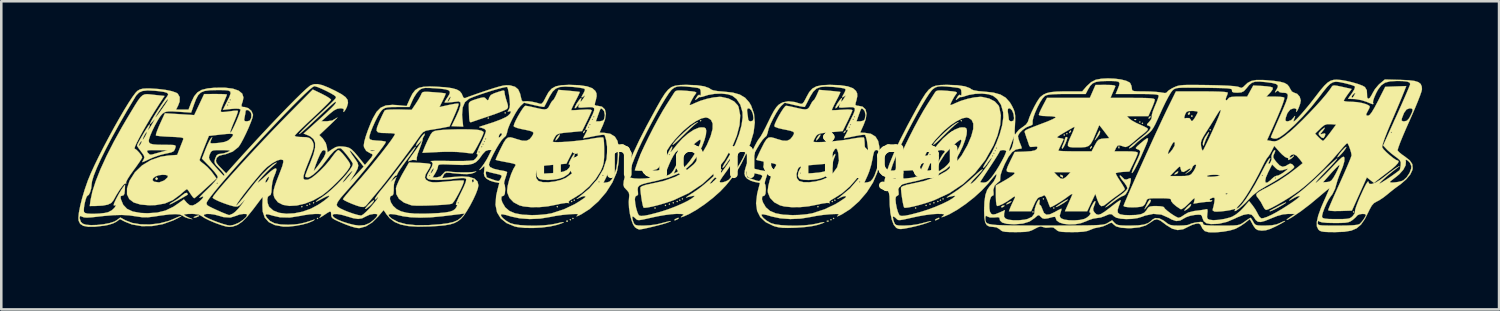
<source format=kicad_pcb>
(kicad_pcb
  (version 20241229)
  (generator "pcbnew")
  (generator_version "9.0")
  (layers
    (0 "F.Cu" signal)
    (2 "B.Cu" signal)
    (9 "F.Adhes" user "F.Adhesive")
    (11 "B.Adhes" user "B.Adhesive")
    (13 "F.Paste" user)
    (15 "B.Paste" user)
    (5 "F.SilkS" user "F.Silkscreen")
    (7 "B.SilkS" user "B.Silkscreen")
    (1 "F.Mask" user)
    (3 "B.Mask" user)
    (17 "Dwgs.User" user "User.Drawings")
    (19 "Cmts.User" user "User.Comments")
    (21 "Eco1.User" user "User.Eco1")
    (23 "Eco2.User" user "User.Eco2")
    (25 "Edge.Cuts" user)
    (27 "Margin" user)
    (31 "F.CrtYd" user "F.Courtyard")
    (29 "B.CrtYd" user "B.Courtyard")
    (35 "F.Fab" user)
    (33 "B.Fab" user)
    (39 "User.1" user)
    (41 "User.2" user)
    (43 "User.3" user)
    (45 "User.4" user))
  (footprint "handomoriogai"
    (layer "F.Cu")
    (at 26.065 3.052)
    (property "Reference" "handomoriogai" (at 0 0 0) (layer "F.SilkS") (effects (font (size 1.524 1.524) (thickness 0.3))))
    (attr through_hole)
    (fp_poly (pts (xy -17.323 1.956) (xy -17.348 1.981) (xy -17.374 1.956) (xy -17.348 1.93) (xy -17.323 1.956)) (stroke (width 0.01) (type solid)) (fill yes) (layer "F.SilkS"))
    (fp_poly (pts (xy -17.12 1.905) (xy -17.145 1.93) (xy -17.17 1.905) (xy -17.145 1.88) (xy -17.12 1.905)) (stroke (width 0.01) (type solid)) (fill yes) (layer "F.SilkS"))
    (fp_poly (pts (xy -17.018 1.854) (xy -17.043 1.88) (xy -17.069 1.854) (xy -17.043 1.829) (xy -17.018 1.854)) (stroke (width 0.01) (type solid)) (fill yes) (layer "F.SilkS"))
    (fp_poly (pts (xy -16.866 1.803) (xy -16.891 1.829) (xy -16.916 1.803) (xy -16.891 1.778) (xy -16.866 1.803)) (stroke (width 0.01) (type solid)) (fill yes) (layer "F.SilkS"))
    (fp_poly (pts (xy -16.713 2.413) (xy -16.739 2.438) (xy -16.764 2.413) (xy -16.739 2.388) (xy -16.713 2.413)) (stroke (width 0.01) (type solid)) (fill yes) (layer "F.SilkS"))
    (fp_poly (pts (xy -10.058 -1.499) (xy -10.084 -1.473) (xy -10.109 -1.499) (xy -10.084 -1.524) (xy -10.058 -1.499)) (stroke (width 0.01) (type solid)) (fill yes) (layer "F.SilkS"))
    (fp_poly (pts (xy -9.398 -1.702) (xy -9.423 -1.676) (xy -9.449 -1.702) (xy -9.423 -1.727) (xy -9.398 -1.702)) (stroke (width 0.01) (type solid)) (fill yes) (layer "F.SilkS"))
    (fp_poly (pts (xy -7.366 1.956) (xy -7.391 1.981) (xy -7.417 1.956) (xy -7.391 1.93) (xy -7.366 1.956)) (stroke (width 0.01) (type solid)) (fill yes) (layer "F.SilkS"))
    (fp_poly (pts (xy -6.858 2.464) (xy -6.883 2.489) (xy -6.909 2.464) (xy -6.883 2.438) (xy -6.858 2.464)) (stroke (width 0.01) (type solid)) (fill yes) (layer "F.SilkS"))
    (fp_poly (pts (xy -6.807 1.753) (xy -6.833 1.778) (xy -6.858 1.753) (xy -6.833 1.727) (xy -6.807 1.753)) (stroke (width 0.01) (type solid)) (fill yes) (layer "F.SilkS"))
    (fp_poly (pts (xy -6.756 2.413) (xy -6.782 2.438) (xy -6.807 2.413) (xy -6.782 2.388) (xy -6.756 2.413)) (stroke (width 0.01) (type solid)) (fill yes) (layer "F.SilkS"))
    (fp_poly (pts (xy -6.706 1.702) (xy -6.731 1.727) (xy -6.756 1.702) (xy -6.731 1.676) (xy -6.706 1.702)) (stroke (width 0.01) (type solid)) (fill yes) (layer "F.SilkS"))
    (fp_poly (pts (xy -3.556 2.007) (xy -3.581 2.032) (xy -3.607 2.007) (xy -3.581 1.981) (xy -3.556 2.007)) (stroke (width 0.01) (type solid)) (fill yes) (layer "F.SilkS"))
    (fp_poly (pts (xy -3.15 1.905) (xy -3.175 1.93) (xy -3.2 1.905) (xy -3.175 1.88) (xy -3.15 1.905)) (stroke (width 0.01) (type solid)) (fill yes) (layer "F.SilkS"))
    (fp_poly (pts (xy -2.997 1.854) (xy -3.023 1.88) (xy -3.048 1.854) (xy -3.023 1.829) (xy -2.997 1.854)) (stroke (width 0.01) (type solid)) (fill yes) (layer "F.SilkS"))
    (fp_poly (pts (xy -2.845 1.803) (xy -2.87 1.829) (xy -2.896 1.803) (xy -2.87 1.778) (xy -2.845 1.803)) (stroke (width 0.01) (type solid)) (fill yes) (layer "F.SilkS"))
    (fp_poly (pts (xy -2.692 1.753) (xy -2.718 1.778) (xy -2.743 1.753) (xy -2.718 1.727) (xy -2.692 1.753)) (stroke (width 0.01) (type solid)) (fill yes) (layer "F.SilkS"))
    (fp_poly (pts (xy -2.591 1.702) (xy -2.616 1.727) (xy -2.642 1.702) (xy -2.616 1.676) (xy -2.591 1.702)) (stroke (width 0.01) (type solid)) (fill yes) (layer "F.SilkS"))
    (fp_poly (pts (xy -2.489 1.651) (xy -2.515 1.676) (xy -2.54 1.651) (xy -2.515 1.626) (xy -2.489 1.651)) (stroke (width 0.01) (type solid)) (fill yes) (layer "F.SilkS"))
    (fp_poly (pts (xy -1.778 -1.397) (xy -1.803 -1.372) (xy -1.829 -1.397) (xy -1.803 -1.422) (xy -1.778 -1.397)) (stroke (width 0.01) (type solid)) (fill yes) (layer "F.SilkS"))
    (fp_poly (pts (xy 2.794 1.956) (xy 2.769 1.981) (xy 2.743 1.956) (xy 2.769 1.93) (xy 2.794 1.956)) (stroke (width 0.01) (type solid)) (fill yes) (layer "F.SilkS"))
    (fp_poly (pts (xy 3.302 2.464) (xy 3.277 2.489) (xy 3.251 2.464) (xy 3.277 2.438) (xy 3.302 2.464)) (stroke (width 0.01) (type solid)) (fill yes) (layer "F.SilkS"))
    (fp_poly (pts (xy 3.353 1.753) (xy 3.327 1.778) (xy 3.302 1.753) (xy 3.327 1.727) (xy 3.353 1.753)) (stroke (width 0.01) (type solid)) (fill yes) (layer "F.SilkS"))
    (fp_poly (pts (xy 3.404 2.413) (xy 3.378 2.438) (xy 3.353 2.413) (xy 3.378 2.388) (xy 3.404 2.413)) (stroke (width 0.01) (type solid)) (fill yes) (layer "F.SilkS"))
    (fp_poly (pts (xy 3.454 1.702) (xy 3.429 1.727) (xy 3.404 1.702) (xy 3.429 1.676) (xy 3.454 1.702)) (stroke (width 0.01) (type solid)) (fill yes) (layer "F.SilkS"))
    (fp_poly (pts (xy 6.604 2.007) (xy 6.579 2.032) (xy 6.553 2.007) (xy 6.579 1.981) (xy 6.604 2.007)) (stroke (width 0.01) (type solid)) (fill yes) (layer "F.SilkS"))
    (fp_poly (pts (xy 7.01 1.905) (xy 6.985 1.93) (xy 6.96 1.905) (xy 6.985 1.88) (xy 7.01 1.905)) (stroke (width 0.01) (type solid)) (fill yes) (layer "F.SilkS"))
    (fp_poly (pts (xy 7.163 1.854) (xy 7.137 1.88) (xy 7.112 1.854) (xy 7.137 1.829) (xy 7.163 1.854)) (stroke (width 0.01) (type solid)) (fill yes) (layer "F.SilkS"))
    (fp_poly (pts (xy 7.315 1.803) (xy 7.29 1.829) (xy 7.264 1.803) (xy 7.29 1.778) (xy 7.315 1.803)) (stroke (width 0.01) (type solid)) (fill yes) (layer "F.SilkS"))
    (fp_poly (pts (xy 7.468 1.753) (xy 7.442 1.778) (xy 7.417 1.753) (xy 7.442 1.727) (xy 7.468 1.753)) (stroke (width 0.01) (type solid)) (fill yes) (layer "F.SilkS"))
    (fp_poly (pts (xy 7.569 1.702) (xy 7.544 1.727) (xy 7.518 1.702) (xy 7.544 1.676) (xy 7.569 1.702)) (stroke (width 0.01) (type solid)) (fill yes) (layer "F.SilkS"))
    (fp_poly (pts (xy 7.671 1.651) (xy 7.645 1.676) (xy 7.62 1.651) (xy 7.645 1.626) (xy 7.671 1.651)) (stroke (width 0.01) (type solid)) (fill yes) (layer "F.SilkS"))
    (fp_poly (pts (xy 8.382 -1.397) (xy 8.357 -1.372) (xy 8.331 -1.397) (xy 8.357 -1.422) (xy 8.382 -1.397)) (stroke (width 0.01) (type solid)) (fill yes) (layer "F.SilkS"))
    (fp_poly (pts (xy 11.176 2.159) (xy 11.151 2.184) (xy 11.125 2.159) (xy 11.151 2.134) (xy 11.176 2.159)) (stroke (width 0.01) (type solid)) (fill yes) (layer "F.SilkS"))
    (fp_poly (pts (xy 11.582 1.651) (xy 11.557 1.676) (xy 11.532 1.651) (xy 11.557 1.626) (xy 11.582 1.651)) (stroke (width 0.01) (type solid)) (fill yes) (layer "F.SilkS"))
    (fp_poly (pts (xy 11.989 2.007) (xy 11.963 2.032) (xy 11.938 2.007) (xy 11.963 1.981) (xy 11.989 2.007)) (stroke (width 0.01) (type solid)) (fill yes) (layer "F.SilkS"))
    (fp_poly (pts (xy 12.395 -0.838) (xy 12.37 -0.813) (xy 12.344 -0.838) (xy 12.37 -0.864) (xy 12.395 -0.838)) (stroke (width 0.01) (type solid)) (fill yes) (layer "F.SilkS"))
    (fp_poly (pts (xy 12.497 -0.889) (xy 12.471 -0.864) (xy 12.446 -0.889) (xy 12.471 -0.914) (xy 12.497 -0.889)) (stroke (width 0.01) (type solid)) (fill yes) (layer "F.SilkS"))
    (fp_poly (pts (xy 15.342 -1.346) (xy 15.316 -1.321) (xy 15.291 -1.346) (xy 15.316 -1.372) (xy 15.342 -1.346)) (stroke (width 0.01) (type solid)) (fill yes) (layer "F.SilkS"))
    (fp_poly (pts (xy 15.443 -1.295) (xy 15.418 -1.27) (xy 15.392 -1.295) (xy 15.418 -1.321) (xy 15.443 -1.295)) (stroke (width 0.01) (type solid)) (fill yes) (layer "F.SilkS"))
    (fp_poly (pts (xy 18.085 -1.041) (xy 18.059 -1.016) (xy 18.034 -1.041) (xy 18.059 -1.067) (xy 18.085 -1.041)) (stroke (width 0.01) (type solid)) (fill yes) (layer "F.SilkS"))
    (fp_poly (pts (xy 23.673 2.159) (xy 23.647 2.184) (xy 23.622 2.159) (xy 23.647 2.134) (xy 23.673 2.159)) (stroke (width 0.01) (type solid)) (fill yes) (layer "F.SilkS"))
    (fp_poly (pts (xy -6.977 2.506) (xy -6.984 2.536) (xy -7.01 2.54) (xy -7.052 2.521) (xy -7.044 2.506) (xy -6.984 2.5) (xy -6.977 2.506)) (stroke (width 0.01) (type solid)) (fill yes) (layer "F.SilkS"))
    (fp_poly (pts (xy 3.183 2.506) (xy 3.176 2.536) (xy 3.15 2.54) (xy 3.108 2.521) (xy 3.116 2.506) (xy 3.176 2.5) (xy 3.183 2.506)) (stroke (width 0.01) (type solid)) (fill yes) (layer "F.SilkS"))
    (fp_poly (pts (xy 14.512 -0.389) (xy 14.518 -0.329) (xy 14.512 -0.322) (xy 14.482 -0.329) (xy 14.478 -0.356) (xy 14.497 -0.397) (xy 14.512 -0.389)) (stroke (width 0.01) (type solid)) (fill yes) (layer "F.SilkS"))
    (fp_poly (pts (xy 15.172 -1.456) (xy 15.165 -1.426) (xy 15.138 -1.422) (xy 15.097 -1.441) (xy 15.105 -1.456) (xy 15.165 -1.462) (xy 15.172 -1.456)) (stroke (width 0.01) (type solid)) (fill yes) (layer "F.SilkS"))
    (fp_poly (pts (xy 17.357 -1.609) (xy 17.363 -1.548) (xy 17.357 -1.541) (xy 17.326 -1.548) (xy 17.323 -1.575) (xy 17.341 -1.617) (xy 17.357 -1.609)) (stroke (width 0.01) (type solid)) (fill yes) (layer "F.SilkS"))
    (fp_poly (pts (xy 10.033 1.931) (xy 9.978 1.973) (xy 9.92 1.98) (xy 9.906 1.961) (xy 9.946 1.929) (xy 9.985 1.911) (xy 10.037 1.907) (xy 10.033 1.931)) (stroke (width 0.01) (type solid)) (fill yes) (layer "F.SilkS"))
    (fp_poly (pts (xy -22.963 0.851) (xy -22.962 0.864) (xy -23 0.913) (xy -23.012 0.914) (xy -23.062 0.876) (xy -23.063 0.864) (xy -23.025 0.814) (xy -23.012 0.813) (xy -22.963 0.851)) (stroke (width 0.01) (type solid)) (fill yes) (layer "F.SilkS"))
    (fp_poly (pts (xy -21.366 2.322) (xy -21.387 2.337) (xy -21.495 2.379) (xy -21.539 2.383) (xy -21.57 2.369) (xy -21.514 2.337) (xy -21.406 2.299) (xy -21.351 2.294) (xy -21.366 2.322)) (stroke (width 0.01) (type solid)) (fill yes) (layer "F.SilkS"))
    (fp_poly (pts (xy -6.315 -0.983) (xy -6.325 -0.965) (xy -6.372 -0.917) (xy -6.381 -0.914) (xy -6.385 -0.947) (xy -6.375 -0.965) (xy -6.328 -1.014) (xy -6.319 -1.016) (xy -6.315 -0.983)) (stroke (width 0.01) (type solid)) (fill yes) (layer "F.SilkS"))
    (fp_poly (pts (xy -2.658 2.41) (xy -2.692 2.438) (xy -2.785 2.481) (xy -2.819 2.488) (xy -2.828 2.467) (xy -2.794 2.438) (xy -2.701 2.395) (xy -2.667 2.389) (xy -2.658 2.41)) (stroke (width 0.01) (type solid)) (fill yes) (layer "F.SilkS"))
    (fp_poly (pts (xy 3.845 -0.983) (xy 3.835 -0.965) (xy 3.788 -0.917) (xy 3.779 -0.914) (xy 3.775 -0.947) (xy 3.785 -0.965) (xy 3.832 -1.014) (xy 3.841 -1.016) (xy 3.845 -0.983)) (stroke (width 0.01) (type solid)) (fill yes) (layer "F.SilkS"))
    (fp_poly (pts (xy 7.502 2.41) (xy 7.468 2.438) (xy 7.375 2.481) (xy 7.341 2.488) (xy 7.332 2.467) (xy 7.366 2.438) (xy 7.459 2.395) (xy 7.493 2.389) (xy 7.502 2.41)) (stroke (width 0.01) (type solid)) (fill yes) (layer "F.SilkS"))
    (fp_poly (pts (xy 10.312 1.749) (xy 10.273 1.79) (xy 10.211 1.829) (xy 10.132 1.862) (xy 10.109 1.858) (xy 10.148 1.817) (xy 10.211 1.778) (xy 10.289 1.745) (xy 10.312 1.749)) (stroke (width 0.01) (type solid)) (fill yes) (layer "F.SilkS"))
    (fp_poly (pts (xy 12.309 0.748) (xy 12.319 0.762) (xy 12.317 0.809) (xy 12.3 0.813) (xy 12.228 0.776) (xy 12.217 0.762) (xy 12.22 0.715) (xy 12.237 0.711) (xy 12.309 0.748)) (stroke (width 0.01) (type solid)) (fill yes) (layer "F.SilkS"))
    (fp_poly (pts (xy 12.633 -0.983) (xy 12.624 -0.965) (xy 12.576 -0.917) (xy 12.567 -0.914) (xy 12.564 -0.947) (xy 12.573 -0.965) (xy 12.621 -1.014) (xy 12.63 -1.016) (xy 12.633 -0.983)) (stroke (width 0.01) (type solid)) (fill yes) (layer "F.SilkS"))
    (fp_poly (pts (xy 13.446 -0.374) (xy 13.437 -0.356) (xy 13.389 -0.307) (xy 13.38 -0.305) (xy 13.376 -0.338) (xy 13.386 -0.356) (xy 13.434 -0.404) (xy 13.443 -0.406) (xy 13.446 -0.374)) (stroke (width 0.01) (type solid)) (fill yes) (layer "F.SilkS"))
    (fp_poly (pts (xy 13.765 -0.993) (xy 13.767 -0.954) (xy 13.735 -0.861) (xy 13.663 -0.755) (xy 13.559 -0.635) (xy 13.644 -0.813) (xy 13.713 -0.952) (xy 13.75 -1.009) (xy 13.765 -0.993)) (stroke (width 0.01) (type solid)) (fill yes) (layer "F.SilkS"))
    (fp_poly (pts (xy 15.732 -1.542) (xy 15.723 -1.524) (xy 15.675 -1.475) (xy 15.666 -1.473) (xy 15.662 -1.506) (xy 15.672 -1.524) (xy 15.72 -1.573) (xy 15.729 -1.575) (xy 15.732 -1.542)) (stroke (width 0.01) (type solid)) (fill yes) (layer "F.SilkS"))
    (fp_poly (pts (xy 15.748 1.707) (xy 15.716 1.792) (xy 15.623 1.915) (xy 15.498 2.057) (xy 15.585 1.869) (xy 15.648 1.75) (xy 15.699 1.683) (xy 15.71 1.678) (xy 15.748 1.707)) (stroke (width 0.01) (type solid)) (fill yes) (layer "F.SilkS"))
    (fp_poly (pts (xy 16.815 0.598) (xy 16.774 0.659) (xy 16.739 0.679) (xy 16.672 0.695) (xy 16.662 0.69) (xy 16.696 0.648) (xy 16.739 0.61) (xy 16.8 0.579) (xy 16.815 0.598)) (stroke (width 0.01) (type solid)) (fill yes) (layer "F.SilkS"))
    (fp_poly (pts (xy 17.271 -1.688) (xy 17.272 -1.676) (xy 17.233 -1.628) (xy 17.218 -1.626) (xy 17.188 -1.657) (xy 17.196 -1.676) (xy 17.241 -1.725) (xy 17.25 -1.727) (xy 17.271 -1.688)) (stroke (width 0.01) (type solid)) (fill yes) (layer "F.SilkS"))
    (fp_poly (pts (xy -7.305 -0.808) (xy -7.364 -0.716) (xy -7.368 -0.71) (xy -7.434 -0.639) (xy -7.465 -0.631) (xy -7.465 -0.635) (xy -7.439 -0.707) (xy -7.383 -0.792) (xy -7.324 -0.852) (xy -7.294 -0.859) (xy -7.305 -0.808)) (stroke (width 0.01) (type solid)) (fill yes) (layer "F.SilkS"))
    (fp_poly (pts (xy 2.855 -0.808) (xy 2.796 -0.716) (xy 2.792 -0.71) (xy 2.726 -0.639) (xy 2.695 -0.631) (xy 2.695 -0.635) (xy 2.721 -0.707) (xy 2.777 -0.792) (xy 2.836 -0.852) (xy 2.866 -0.859) (xy 2.855 -0.808)) (stroke (width 0.01) (type solid)) (fill yes) (layer "F.SilkS"))
    (fp_poly (pts (xy 17.314 1.854) (xy 17.306 1.907) (xy 17.24 1.988) (xy 17.14 2.068) (xy 17.098 2.092) (xy 17.048 2.11) (xy 17.067 2.072) (xy 17.141 1.988) (xy 17.237 1.897) (xy 17.302 1.853) (xy 17.314 1.854)) (stroke (width 0.01) (type solid)) (fill yes) (layer "F.SilkS"))
    (fp_poly (pts (xy -14.549 1.753) (xy -14.617 1.839) (xy -14.715 1.936) (xy -14.818 2.018) (xy -14.859 2.043) (xy -14.882 2.039) (xy -14.842 1.978) (xy -14.761 1.887) (xy -14.649 1.778) (xy -14.566 1.713) (xy -14.536 1.703) (xy -14.549 1.753)) (stroke (width 0.01) (type solid)) (fill yes) (layer "F.SilkS"))
    (fp_poly (pts (xy 12.509 1.687) (xy 12.445 1.742) (xy 12.338 1.815) (xy 12.216 1.888) (xy 12.11 1.946) (xy 12.046 1.97) (xy 12.04 1.967) (xy 12.079 1.931) (xy 12.182 1.859) (xy 12.303 1.782) (xy 12.429 1.708) (xy 12.503 1.675) (xy 12.509 1.687)) (stroke (width 0.01) (type solid)) (fill yes) (layer "F.SilkS"))
    (fp_poly (pts (xy 23.368 -0.373) (xy 23.337 -0.308) (xy 23.257 -0.199) (xy 23.192 -0.123) (xy 23.095 -0.021) (xy 23.031 0.029) (xy 23.017 0.025) (xy 23.048 -0.039) (xy 23.128 -0.148) (xy 23.192 -0.224) (xy 23.289 -0.326) (xy 23.353 -0.376) (xy 23.368 -0.373)) (stroke (width 0.01) (type solid)) (fill yes) (layer "F.SilkS"))
    (fp_poly (pts (xy 18.011 -0.928) (xy 17.958 -0.814) (xy 17.951 -0.8) (xy 17.882 -0.65) (xy 17.832 -0.513) (xy 17.831 -0.508) (xy 17.803 -0.425) (xy 17.785 -0.435) (xy 17.772 -0.483) (xy 17.785 -0.586) (xy 17.843 -0.724) (xy 17.873 -0.775) (xy 17.964 -0.907) (xy 18.011 -0.958) (xy 18.011 -0.928)) (stroke (width 0.01) (type solid)) (fill yes) (layer "F.SilkS"))
    (fp_poly (pts (xy 12.484 -0.755) (xy 12.491 -0.72) (xy 12.464 -0.633) (xy 12.415 -0.509) (xy 12.355 -0.384) (xy 12.302 -0.312) (xy 12.287 -0.305) (xy 12.276 -0.343) (xy 12.309 -0.438) (xy 12.318 -0.455) (xy 12.372 -0.582) (xy 12.395 -0.682) (xy 12.395 -0.683) (xy 12.422 -0.752) (xy 12.446 -0.762) (xy 12.484 -0.755)) (stroke (width 0.01) (type solid)) (fill yes) (layer "F.SilkS"))
    (fp_poly (pts (xy 21.006 1.806) (xy 20.909 1.871) (xy 20.769 1.953) (xy 20.617 2.035) (xy 20.483 2.1) (xy 20.398 2.133) (xy 20.389 2.134) (xy 20.374 2.118) (xy 20.375 2.117) (xy 20.427 2.087) (xy 20.546 2.022) (xy 20.708 1.936) (xy 20.752 1.912) (xy 20.902 1.836) (xy 20.995 1.795) (xy 21.018 1.794) (xy 21.006 1.806)) (stroke (width 0.01) (type solid)) (fill yes) (layer "F.SilkS"))
    (fp_poly (pts (xy 22.493 -1.055) (xy 22.408 -0.946) (xy 22.356 -0.878) (xy 22.382 -0.869) (xy 22.441 -0.886) (xy 22.532 -0.905) (xy 22.549 -0.868) (xy 22.524 -0.792) (xy 22.475 -0.72) (xy 22.405 -0.737) (xy 22.335 -0.804) (xy 22.289 -0.867) (xy 22.296 -0.924) (xy 22.367 -1.004) (xy 22.411 -1.045) (xy 22.5 -1.118) (xy 22.528 -1.119) (xy 22.493 -1.055)) (stroke (width 0.01) (type solid)) (fill yes) (layer "F.SilkS"))
    (fp_poly (pts (xy -21.818 1.424) (xy -21.797 1.481) (xy -21.801 1.489) (xy -21.853 1.519) (xy -21.946 1.572) (xy -22.188 1.71) (xy -22.355 1.801) (xy -22.455 1.851) (xy -22.5 1.865) (xy -22.504 1.86) (xy -22.464 1.82) (xy -22.366 1.76) (xy -22.353 1.753) (xy -22.216 1.668) (xy -22.064 1.553) (xy -22.027 1.521) (xy -21.902 1.429) (xy -21.828 1.414) (xy -21.818 1.424)) (stroke (width 0.01) (type solid)) (fill yes) (layer "F.SilkS"))
    (fp_poly (pts (xy -1.971 -1.296) (xy -1.981 -1.289) (xy -2.069 -1.217) (xy -2.206 -1.092) (xy -2.373 -0.932) (xy -2.502 -0.804) (xy -2.659 -0.649) (xy -2.786 -0.533) (xy -2.87 -0.466) (xy -2.896 -0.459) (xy -2.86 -0.523) (xy -2.764 -0.635) (xy -2.628 -0.776) (xy -2.469 -0.928) (xy -2.306 -1.074) (xy -2.159 -1.196) (xy -2.045 -1.276) (xy -2.03 -1.285) (xy -1.928 -1.336) (xy -1.91 -1.34) (xy -1.971 -1.296)) (stroke (width 0.01) (type solid)) (fill yes) (layer "F.SilkS"))
    (fp_poly (pts (xy 8.189 -1.296) (xy 8.179 -1.289) (xy 8.091 -1.217) (xy 7.954 -1.092) (xy 7.787 -0.932) (xy 7.658 -0.804) (xy 7.501 -0.649) (xy 7.374 -0.533) (xy 7.29 -0.466) (xy 7.264 -0.459) (xy 7.3 -0.523) (xy 7.396 -0.635) (xy 7.532 -0.776) (xy 7.691 -0.928) (xy 7.854 -1.074) (xy 8.001 -1.196) (xy 8.115 -1.276) (xy 8.13 -1.285) (xy 8.232 -1.336) (xy 8.25 -1.34) (xy 8.189 -1.296)) (stroke (width 0.01) (type solid)) (fill yes) (layer "F.SilkS"))
    (fp_poly (pts (xy 15.638 -0.705) (xy 15.624 -0.619) (xy 15.558 -0.449) (xy 15.524 -0.369) (xy 15.363 -0.003) (xy 15.227 0.287) (xy 15.119 0.494) (xy 15.042 0.616) (xy 15.009 0.646) (xy 15.005 0.612) (xy 15.04 0.506) (xy 15.108 0.349) (xy 15.146 0.268) (xy 15.251 0.048) (xy 15.311 -0.099) (xy 15.33 -0.19) (xy 15.31 -0.243) (xy 15.254 -0.275) (xy 15.229 -0.283) (xy 15.168 -0.308) (xy 15.162 -0.342) (xy 15.219 -0.406) (xy 15.318 -0.494) (xy 15.49 -0.639) (xy 15.595 -0.711) (xy 15.638 -0.705)) (stroke (width 0.01) (type solid)) (fill yes) (layer "F.SilkS"))
    (fp_poly (pts (xy -10.746 -1.056) (xy -10.541 -1.044) (xy -10.452 -1.034) (xy -10.33 -1.001) (xy -10.266 -0.957) (xy -10.262 -0.946) (xy -10.285 -0.867) (xy -10.343 -0.732) (xy -10.424 -0.568) (xy -10.513 -0.399) (xy -10.597 -0.252) (xy -10.663 -0.152) (xy -10.693 -0.123) (xy -10.767 -0.125) (xy -10.909 -0.14) (xy -11.074 -0.161) (xy -11.262 -0.177) (xy -11.514 -0.185) (xy -11.797 -0.184) (xy -12.026 -0.176) (xy -12.647 -0.145) (xy -12.594 -0.288) (xy -12.542 -0.414) (xy -12.465 -0.585) (xy -12.404 -0.711) (xy -12.325 -0.866) (xy -12.258 -0.953) (xy -12.173 -0.997) (xy -12.04 -1.021) (xy -12.014 -1.024) (xy -11.824 -1.042) (xy -11.574 -1.053) (xy -11.292 -1.06) (xy -11.006 -1.061) (xy -10.746 -1.056)) (stroke (width 0.01) (type solid)) (fill yes) (layer "F.SilkS"))
    (fp_poly (pts (xy 14.624 0.797) (xy 14.634 0.808) (xy 14.718 0.889) (xy 14.799 0.896) (xy 14.859 0.873) (xy 14.942 0.841) (xy 14.968 0.868) (xy 14.956 0.973) (xy 14.955 0.98) (xy 14.907 1.174) (xy 14.839 1.347) (xy 14.762 1.472) (xy 14.691 1.525) (xy 14.686 1.525) (xy 14.604 1.555) (xy 14.475 1.632) (xy 14.356 1.716) (xy 14.163 1.86) (xy 14.036 1.95) (xy 13.978 1.983) (xy 13.992 1.957) (xy 14.072 1.881) (xy 14.211 1.764) (xy 14.391 1.625) (xy 14.541 1.518) (xy 14.688 1.407) (xy 14.792 1.306) (xy 14.834 1.238) (xy 14.834 1.237) (xy 14.802 1.152) (xy 14.722 1.032) (xy 14.681 0.983) (xy 14.589 0.865) (xy 14.536 0.772) (xy 14.53 0.748) (xy 14.558 0.738) (xy 14.624 0.797)) (stroke (width 0.01) (type solid)) (fill yes) (layer "F.SilkS"))
    (fp_poly (pts (xy -12.565 -0.838) (xy -12.593 -0.794) (xy -12.637 -0.712) (xy -12.639 -0.678) (xy -12.651 -0.613) (xy -12.693 -0.481) (xy -12.757 -0.31) (xy -12.766 -0.289) (xy -12.829 -0.113) (xy -12.867 0.029) (xy -12.872 0.109) (xy -12.871 0.113) (xy -12.872 0.148) (xy -12.924 0.136) (xy -13.039 0.131) (xy -13.11 0.154) (xy -13.187 0.185) (xy -13.208 0.18) (xy -13.18 0.129) (xy -13.106 0.018) (xy -13 -0.13) (xy -12.975 -0.164) (xy -12.848 -0.342) (xy -12.752 -0.484) (xy -12.694 -0.581) (xy -12.679 -0.621) (xy -12.713 -0.596) (xy -12.77 -0.533) (xy -12.851 -0.448) (xy -12.897 -0.417) (xy -12.901 -0.423) (xy -12.877 -0.488) (xy -12.813 -0.595) (xy -12.729 -0.715) (xy -12.646 -0.821) (xy -12.582 -0.887) (xy -12.561 -0.894) (xy -12.565 -0.838)) (stroke (width 0.01) (type solid)) (fill yes) (layer "F.SilkS"))
    (fp_poly (pts (xy -6.724 -0.026) (xy -6.757 0.052) (xy -6.8 0.176) (xy -6.828 0.336) (xy -6.829 0.359) (xy -6.865 0.542) (xy -6.953 0.675) (xy -7.115 0.784) (xy -7.188 0.82) (xy -7.347 0.87) (xy -7.547 0.901) (xy -7.755 0.914) (xy -7.943 0.906) (xy -8.078 0.877) (xy -8.118 0.853) (xy -8.172 0.761) (xy -8.16 0.638) (xy -8.12 0.536) (xy -8.058 0.434) (xy -8.015 0.411) (xy -8.008 0.468) (xy -8.029 0.541) (xy -8.08 0.675) (xy -7.631 0.649) (xy -7.351 0.625) (xy -7.153 0.587) (xy -7.019 0.528) (xy -6.931 0.442) (xy -6.904 0.398) (xy -6.871 0.321) (xy -6.899 0.311) (xy -6.92 0.318) (xy -6.949 0.304) (xy -6.92 0.215) (xy -6.863 0.099) (xy -6.789 -0.028) (xy -6.735 -0.099) (xy -6.715 -0.103) (xy -6.724 -0.026)) (stroke (width 0.01) (type solid)) (fill yes) (layer "F.SilkS"))
    (fp_poly (pts (xy 3.436 -0.026) (xy 3.403 0.052) (xy 3.36 0.176) (xy 3.332 0.336) (xy 3.331 0.359) (xy 3.295 0.542) (xy 3.207 0.675) (xy 3.045 0.784) (xy 2.972 0.82) (xy 2.813 0.87) (xy 2.613 0.901) (xy 2.405 0.914) (xy 2.217 0.906) (xy 2.082 0.877) (xy 2.042 0.853) (xy 1.988 0.761) (xy 2 0.638) (xy 2.04 0.536) (xy 2.102 0.434) (xy 2.145 0.411) (xy 2.152 0.468) (xy 2.131 0.541) (xy 2.08 0.675) (xy 2.529 0.649) (xy 2.809 0.625) (xy 3.007 0.587) (xy 3.141 0.528) (xy 3.229 0.442) (xy 3.256 0.398) (xy 3.289 0.321) (xy 3.261 0.311) (xy 3.24 0.318) (xy 3.211 0.304) (xy 3.24 0.215) (xy 3.297 0.099) (xy 3.371 -0.028) (xy 3.425 -0.099) (xy 3.445 -0.103) (xy 3.436 -0.026)) (stroke (width 0.01) (type solid)) (fill yes) (layer "F.SilkS"))
    (fp_poly (pts (xy -9.452 -2.551) (xy -9.449 -2.503) (xy -9.449 -2.502) (xy -9.433 -2.398) (xy -9.392 -2.245) (xy -9.366 -2.163) (xy -9.32 -2.012) (xy -9.313 -1.923) (xy -9.344 -1.865) (xy -9.354 -1.855) (xy -9.427 -1.814) (xy -9.576 -1.75) (xy -9.779 -1.672) (xy -10.015 -1.589) (xy -10.033 -1.583) (xy -10.273 -1.502) (xy -10.484 -1.431) (xy -10.643 -1.376) (xy -10.729 -1.345) (xy -10.732 -1.344) (xy -10.783 -1.337) (xy -10.811 -1.379) (xy -10.825 -1.491) (xy -10.83 -1.595) (xy -10.836 -1.781) (xy -10.841 -1.945) (xy -10.843 -2.012) (xy -10.834 -2.089) (xy -10.789 -2.143) (xy -10.686 -2.192) (xy -10.541 -2.24) (xy -10.37 -2.29) (xy -10.269 -2.306) (xy -10.211 -2.291) (xy -10.18 -2.26) (xy -10.11 -2.191) (xy -10.067 -2.22) (xy -10.049 -2.294) (xy -9.983 -2.399) (xy -9.855 -2.464) (xy -9.658 -2.531) (xy -9.538 -2.567) (xy -9.476 -2.573) (xy -9.452 -2.551)) (stroke (width 0.01) (type solid)) (fill yes) (layer "F.SilkS"))
    (fp_poly (pts (xy -12.77 0.245) (xy -12.577 0.257) (xy -12.424 0.274) (xy -12.339 0.293) (xy -12.332 0.298) (xy -12.335 0.358) (xy -12.386 0.465) (xy -12.417 0.514) (xy -12.522 0.69) (xy -12.553 0.813) (xy -12.512 0.9) (xy -12.426 0.957) (xy -12.346 0.987) (xy -12.245 1.002) (xy -12.104 1.003) (xy -11.9 0.99) (xy -11.671 0.968) (xy -11.434 0.947) (xy -11.235 0.934) (xy -11.095 0.931) (xy -11.035 0.937) (xy -11.034 0.937) (xy -11.039 0.997) (xy -11.084 1.119) (xy -11.157 1.28) (xy -11.246 1.455) (xy -11.339 1.622) (xy -11.423 1.755) (xy -11.486 1.83) (xy -11.495 1.837) (xy -11.577 1.855) (xy -11.737 1.873) (xy -11.952 1.888) (xy -12.199 1.901) (xy -12.455 1.911) (xy -12.696 1.915) (xy -12.899 1.914) (xy -13.041 1.907) (xy -13.081 1.9) (xy -13.366 1.796) (xy -13.563 1.649) (xy -13.668 1.463) (xy -13.68 1.239) (xy -13.68 1.233) (xy -13.643 1.116) (xy -13.567 0.942) (xy -13.464 0.742) (xy -13.412 0.648) (xy -13.17 0.229) (xy -12.77 0.245)) (stroke (width 0.01) (type solid)) (fill yes) (layer "F.SilkS"))
    (fp_poly (pts (xy -23.271 -2.424) (xy -23.126 -2.407) (xy -23.119 -2.406) (xy -22.701 -2.362) (xy -22.917 -2.032) (xy -23.081 -1.775) (xy -23.248 -1.503) (xy -23.409 -1.229) (xy -23.558 -0.968) (xy -23.686 -0.732) (xy -23.786 -0.536) (xy -23.851 -0.393) (xy -23.872 -0.318) (xy -23.868 -0.311) (xy -23.788 -0.256) (xy -23.692 -0.157) (xy -23.609 -0.05) (xy -23.573 0.029) (xy -23.573 0.03) (xy -23.601 0.092) (xy -23.679 0.214) (xy -23.794 0.378) (xy -23.904 0.527) (xy -24.038 0.714) (xy -24.139 0.872) (xy -24.195 0.983) (xy -24.201 1.025) (xy -24.196 1.059) (xy -24.219 1.049) (xy -24.271 1.072) (xy -24.357 1.168) (xy -24.465 1.318) (xy -24.582 1.505) (xy -24.69 1.701) (xy -24.774 1.805) (xy -24.909 1.874) (xy -25.112 1.913) (xy -25.394 1.927) (xy -25.617 1.93) (xy -25.585 1.698) (xy -25.513 1.361) (xy -25.382 0.956) (xy -25.197 0.492) (xy -24.962 -0.021) (xy -24.681 -0.572) (xy -24.36 -1.15) (xy -24.185 -1.448) (xy -23.993 -1.768) (xy -23.845 -2.013) (xy -23.731 -2.19) (xy -23.638 -2.312) (xy -23.556 -2.386) (xy -23.475 -2.423) (xy -23.383 -2.432) (xy -23.271 -2.424)) (stroke (width 0.01) (type solid)) (fill yes) (layer "F.SilkS"))
    (fp_poly (pts (xy -12.416 -2.522) (xy -12.206 -2.508) (xy -12.005 -2.492) (xy -11.847 -2.476) (xy -11.756 -2.464) (xy -11.743 -2.461) (xy -11.754 -2.411) (xy -11.802 -2.299) (xy -11.855 -2.188) (xy -11.985 -1.929) (xy -11.873 -1.955) (xy -11.591 -2.017) (xy -11.398 -2.053) (xy -11.284 -2.067) (xy -11.237 -2.059) (xy -11.245 -2.004) (xy -11.287 -1.879) (xy -11.357 -1.706) (xy -11.402 -1.603) (xy -11.593 -1.173) (xy -11.855 -1.122) (xy -12.069 -1.083) (xy -12.294 -1.047) (xy -12.363 -1.037) (xy -12.516 -1.007) (xy -12.62 -0.952) (xy -12.716 -0.846) (xy -12.769 -0.771) (xy -12.94 -0.53) (xy -13.151 -0.239) (xy -13.388 0.08) (xy -13.634 0.407) (xy -13.875 0.722) (xy -14.095 1.004) (xy -14.279 1.233) (xy -14.347 1.314) (xy -14.504 1.501) (xy -14.646 1.671) (xy -14.753 1.802) (xy -14.8 1.86) (xy -14.868 1.933) (xy -14.944 1.967) (xy -15.05 1.961) (xy -15.208 1.914) (xy -15.405 1.839) (xy -15.572 1.767) (xy -15.694 1.705) (xy -15.747 1.665) (xy -15.748 1.662) (xy -15.716 1.611) (xy -15.628 1.501) (xy -15.497 1.346) (xy -15.336 1.162) (xy -15.303 1.126) (xy -15.079 0.871) (xy -14.845 0.597) (xy -14.61 0.315) (xy -14.385 0.037) (xy -14.177 -0.225) (xy -13.997 -0.459) (xy -13.854 -0.654) (xy -13.758 -0.797) (xy -13.717 -0.876) (xy -13.716 -0.882) (xy -13.762 -0.899) (xy -13.883 -0.911) (xy -14.034 -0.915) (xy -14.253 -0.92) (xy -14.383 -0.946) (xy -14.436 -1.008) (xy -14.421 -1.125) (xy -14.349 -1.311) (xy -14.32 -1.377) (xy -14.238 -1.559) (xy -14.168 -1.705) (xy -14.121 -1.791) (xy -14.115 -1.8) (xy -14.049 -1.819) (xy -13.906 -1.831) (xy -13.71 -1.836) (xy -13.57 -1.835) (xy -13.067 -1.822) (xy -12.904 -2.064) (xy -12.805 -2.22) (xy -12.726 -2.36) (xy -12.696 -2.423) (xy -12.67 -2.479) (xy -12.629 -2.512) (xy -12.552 -2.525) (xy -12.416 -2.522)) (stroke (width 0.01) (type solid)) (fill yes) (layer "F.SilkS"))
    (fp_poly (pts (xy -2.389 -2.564) (xy -2.348 -2.561) (xy -2.145 -2.542) (xy -2.026 -2.523) (xy -1.977 -2.5) (xy -1.981 -2.467) (xy -1.999 -2.444) (xy -2.064 -2.353) (xy -2.138 -2.226) (xy -2.202 -2.101) (xy -2.234 -2.017) (xy -2.235 -2.008) (xy -2.195 -2.011) (xy -2.095 -2.052) (xy -2.042 -2.078) (xy -1.817 -2.172) (xy -1.555 -2.251) (xy -1.295 -2.305) (xy -1.071 -2.327) (xy -0.991 -2.323) (xy -0.715 -2.261) (xy -0.498 -2.148) (xy -0.355 -1.995) (xy -0.325 -1.93) (xy -0.262 -1.606) (xy -0.286 -1.232) (xy -0.396 -0.811) (xy -0.55 -0.435) (xy -0.871 0.137) (xy -1.266 0.638) (xy -1.731 1.068) (xy -2.265 1.424) (xy -2.865 1.703) (xy -2.966 1.74) (xy -3.208 1.82) (xy -3.45 1.89) (xy -3.674 1.947) (xy -3.86 1.984) (xy -3.986 1.998) (xy -4.033 1.988) (xy -4.059 1.904) (xy -4.09 1.757) (xy -4.118 1.579) (xy -4.141 1.405) (xy -4.153 1.267) (xy -4.15 1.2) (xy -4.086 1.153) (xy -3.945 1.105) (xy -3.782 1.07) (xy -3.238 0.949) (xy -2.778 0.785) (xy -2.391 0.571) (xy -2.067 0.3) (xy -1.794 -0.036) (xy -1.562 -0.444) (xy -1.414 -0.792) (xy -1.338 -1.073) (xy -1.335 -1.286) (xy -1.398 -1.424) (xy -1.507 -1.501) (xy -1.598 -1.524) (xy -1.769 -1.486) (xy -1.983 -1.381) (xy -2.221 -1.222) (xy -2.461 -1.02) (xy -2.559 -0.924) (xy -2.8 -0.668) (xy -2.981 -0.446) (xy -3.121 -0.229) (xy -3.242 0.012) (xy -3.298 0.145) (xy -3.379 0.328) (xy -3.446 0.436) (xy -3.517 0.493) (xy -3.585 0.515) (xy -3.703 0.532) (xy -3.865 0.544) (xy -4.041 0.552) (xy -4.203 0.554) (xy -4.322 0.549) (xy -4.369 0.537) (xy -4.369 0.536) (xy -4.353 0.481) (xy -4.311 0.355) (xy -4.251 0.184) (xy -4.236 0.143) (xy -4.139 -0.102) (xy -4 -0.409) (xy -3.832 -0.755) (xy -3.648 -1.116) (xy -3.459 -1.467) (xy -3.279 -1.785) (xy -3.135 -2.019) (xy -3.014 -2.207) (xy -2.911 -2.369) (xy -2.839 -2.482) (xy -2.819 -2.513) (xy -2.78 -2.553) (xy -2.71 -2.574) (xy -2.587 -2.577) (xy -2.389 -2.564)) (stroke (width 0.01) (type solid)) (fill yes) (layer "F.SilkS"))
    (fp_poly (pts (xy 7.771 -2.564) (xy 7.812 -2.561) (xy 8.015 -2.542) (xy 8.134 -2.523) (xy 8.183 -2.5) (xy 8.179 -2.467) (xy 8.161 -2.444) (xy 8.096 -2.353) (xy 8.022 -2.226) (xy 7.958 -2.101) (xy 7.926 -2.017) (xy 7.925 -2.008) (xy 7.965 -2.011) (xy 8.065 -2.052) (xy 8.118 -2.078) (xy 8.343 -2.172) (xy 8.605 -2.251) (xy 8.865 -2.305) (xy 9.089 -2.327) (xy 9.169 -2.323) (xy 9.445 -2.261) (xy 9.662 -2.148) (xy 9.805 -1.995) (xy 9.835 -1.93) (xy 9.898 -1.606) (xy 9.874 -1.232) (xy 9.764 -0.811) (xy 9.61 -0.435) (xy 9.289 0.137) (xy 8.894 0.638) (xy 8.429 1.068) (xy 7.895 1.424) (xy 7.295 1.703) (xy 7.194 1.74) (xy 6.952 1.82) (xy 6.71 1.89) (xy 6.486 1.947) (xy 6.3 1.984) (xy 6.174 1.998) (xy 6.127 1.988) (xy 6.101 1.904) (xy 6.071 1.757) (xy 6.042 1.579) (xy 6.019 1.405) (xy 6.007 1.267) (xy 6.01 1.2) (xy 6.074 1.153) (xy 6.215 1.105) (xy 6.378 1.07) (xy 6.922 0.949) (xy 7.382 0.785) (xy 7.769 0.571) (xy 8.093 0.3) (xy 8.366 -0.036) (xy 8.598 -0.444) (xy 8.746 -0.792) (xy 8.822 -1.073) (xy 8.825 -1.286) (xy 8.762 -1.424) (xy 8.653 -1.501) (xy 8.562 -1.524) (xy 8.391 -1.486) (xy 8.177 -1.381) (xy 7.939 -1.222) (xy 7.699 -1.02) (xy 7.601 -0.924) (xy 7.36 -0.668) (xy 7.179 -0.446) (xy 7.039 -0.229) (xy 6.918 0.012) (xy 6.862 0.145) (xy 6.781 0.328) (xy 6.714 0.436) (xy 6.643 0.493) (xy 6.575 0.515) (xy 6.457 0.532) (xy 6.295 0.544) (xy 6.119 0.552) (xy 5.957 0.554) (xy 5.838 0.549) (xy 5.791 0.537) (xy 5.791 0.536) (xy 5.807 0.481) (xy 5.849 0.355) (xy 5.909 0.184) (xy 5.924 0.143) (xy 6.021 -0.102) (xy 6.16 -0.409) (xy 6.328 -0.755) (xy 6.512 -1.116) (xy 6.701 -1.467) (xy 6.881 -1.785) (xy 7.025 -2.019) (xy 7.146 -2.207) (xy 7.249 -2.369) (xy 7.321 -2.482) (xy 7.341 -2.513) (xy 7.38 -2.553) (xy 7.45 -2.574) (xy 7.573 -2.577) (xy 7.771 -2.564)) (stroke (width 0.01) (type solid)) (fill yes) (layer "F.SilkS"))
    (fp_poly (pts (xy -6.937 -2.564) (xy -6.746 -2.546) (xy -6.599 -2.53) (xy -6.521 -2.519) (xy -6.515 -2.517) (xy -6.531 -2.47) (xy -6.584 -2.357) (xy -6.665 -2.199) (xy -6.684 -2.163) (xy -6.768 -1.999) (xy -6.827 -1.874) (xy -6.85 -1.811) (xy -6.849 -1.808) (xy -6.794 -1.806) (xy -6.664 -1.811) (xy -6.484 -1.822) (xy -6.439 -1.825) (xy -6.224 -1.835) (xy -6.091 -1.827) (xy -6.048 -1.803) (xy -6.071 -1.737) (xy -6.129 -1.605) (xy -6.21 -1.431) (xy -6.239 -1.372) (xy -6.426 -0.991) (xy -6.915 -0.945) (xy -7.142 -0.923) (xy -7.291 -0.9) (xy -7.383 -0.87) (xy -7.441 -0.826) (xy -7.486 -0.76) (xy -7.486 -0.76) (xy -7.544 -0.652) (xy -7.569 -0.585) (xy -7.569 -0.583) (xy -7.522 -0.566) (xy -7.394 -0.561) (xy -7.205 -0.566) (xy -6.973 -0.58) (xy -6.72 -0.603) (xy -6.465 -0.631) (xy -6.227 -0.665) (xy -6.107 -0.686) (xy -5.899 -0.721) (xy -5.73 -0.742) (xy -5.623 -0.745) (xy -5.599 -0.739) (xy -5.583 -0.675) (xy -5.571 -0.534) (xy -5.564 -0.34) (xy -5.563 -0.212) (xy -5.566 0.031) (xy -5.58 0.205) (xy -5.611 0.346) (xy -5.666 0.487) (xy -5.711 0.584) (xy -5.895 0.877) (xy -6.147 1.165) (xy -6.438 1.42) (xy -6.717 1.6) (xy -6.882 1.696) (xy -6.952 1.762) (xy -6.944 1.794) (xy -6.923 1.821) (xy -6.972 1.81) (xy -7.061 1.809) (xy -7.217 1.831) (xy -7.41 1.872) (xy -7.45 1.881) (xy -7.762 1.941) (xy -8.095 1.973) (xy -8.419 1.974) (xy -8.701 1.946) (xy -8.865 1.905) (xy -9.093 1.784) (xy -9.257 1.613) (xy -9.34 1.41) (xy -9.347 1.328) (xy -9.326 1.148) (xy -9.269 0.92) (xy -9.191 0.686) (xy -9.189 0.682) (xy -8.228 0.682) (xy -8.212 0.842) (xy -8.13 0.949) (xy -8.115 0.957) (xy -7.955 0.999) (xy -7.734 1.002) (xy -7.487 0.971) (xy -7.246 0.911) (xy -7.059 0.832) (xy -6.806 0.648) (xy -6.642 0.422) (xy -6.572 0.161) (xy -6.598 -0.129) (xy -6.603 -0.15) (xy -6.641 -0.269) (xy -6.68 -0.318) (xy -6.729 -0.29) (xy -6.8 -0.18) (xy -6.895 0.002) (xy -7.036 0.279) (xy -7.577 0.325) (xy -7.819 0.346) (xy -7.979 0.367) (xy -8.077 0.393) (xy -8.134 0.428) (xy -8.168 0.479) (xy -8.174 0.492) (xy -8.228 0.682) (xy -9.189 0.682) (xy -9.104 0.487) (xy -9.065 0.421) (xy -9.027 0.361) (xy -9.017 0.32) (xy -9.052 0.291) (xy -9.146 0.264) (xy -9.316 0.23) (xy -9.449 0.205) (xy -9.619 0.172) (xy -9.743 0.144) (xy -9.794 0.128) (xy -9.78 0.08) (xy -9.728 -0.039) (xy -9.649 -0.208) (xy -9.592 -0.324) (xy -9.483 -0.539) (xy -9.396 -0.673) (xy -9.314 -0.74) (xy -9.215 -0.75) (xy -9.081 -0.717) (xy -8.992 -0.686) (xy -8.762 -0.62) (xy -8.595 -0.615) (xy -8.473 -0.674) (xy -8.388 -0.775) (xy -8.336 -0.863) (xy -8.321 -0.924) (xy -8.359 -0.967) (xy -8.462 -1.004) (xy -8.643 -1.044) (xy -8.776 -1.07) (xy -8.939 -1.109) (xy -9.054 -1.152) (xy -9.093 -1.185) (xy -9.069 -1.275) (xy -9.007 -1.414) (xy -8.921 -1.577) (xy -8.825 -1.74) (xy -8.735 -1.877) (xy -8.664 -1.963) (xy -8.636 -1.979) (xy -8.548 -1.967) (xy -8.398 -1.937) (xy -8.255 -1.904) (xy -8.036 -1.855) (xy -7.891 -1.837) (xy -7.799 -1.855) (xy -7.737 -1.913) (xy -7.686 -2.007) (xy -7.624 -2.12) (xy -7.576 -2.181) (xy -7.568 -2.184) (xy -7.528 -2.226) (xy -7.469 -2.332) (xy -7.44 -2.392) (xy -7.347 -2.6) (xy -6.937 -2.564)) (stroke (width 0.01) (type solid)) (fill yes) (layer "F.SilkS"))
    (fp_poly (pts (xy 3.223 -2.564) (xy 3.414 -2.546) (xy 3.561 -2.53) (xy 3.639 -2.519) (xy 3.645 -2.517) (xy 3.629 -2.47) (xy 3.576 -2.357) (xy 3.495 -2.199) (xy 3.476 -2.163) (xy 3.392 -1.999) (xy 3.333 -1.874) (xy 3.31 -1.811) (xy 3.311 -1.808) (xy 3.366 -1.806) (xy 3.496 -1.811) (xy 3.676 -1.822) (xy 3.721 -1.825) (xy 3.936 -1.835) (xy 4.069 -1.827) (xy 4.112 -1.803) (xy 4.089 -1.737) (xy 4.031 -1.605) (xy 3.95 -1.431) (xy 3.921 -1.372) (xy 3.734 -0.991) (xy 3.245 -0.945) (xy 3.018 -0.923) (xy 2.869 -0.9) (xy 2.777 -0.87) (xy 2.719 -0.826) (xy 2.674 -0.76) (xy 2.674 -0.76) (xy 2.616 -0.652) (xy 2.591 -0.585) (xy 2.591 -0.583) (xy 2.638 -0.566) (xy 2.766 -0.561) (xy 2.955 -0.566) (xy 3.187 -0.58) (xy 3.44 -0.603) (xy 3.695 -0.631) (xy 3.933 -0.665) (xy 4.053 -0.686) (xy 4.261 -0.721) (xy 4.43 -0.742) (xy 4.537 -0.745) (xy 4.561 -0.739) (xy 4.577 -0.675) (xy 4.589 -0.534) (xy 4.596 -0.34) (xy 4.597 -0.212) (xy 4.594 0.031) (xy 4.58 0.205) (xy 4.549 0.346) (xy 4.494 0.487) (xy 4.449 0.584) (xy 4.265 0.877) (xy 4.013 1.165) (xy 3.722 1.42) (xy 3.443 1.6) (xy 3.278 1.696) (xy 3.208 1.762) (xy 3.216 1.794) (xy 3.237 1.821) (xy 3.188 1.81) (xy 3.099 1.809) (xy 2.943 1.831) (xy 2.75 1.872) (xy 2.71 1.881) (xy 2.398 1.941) (xy 2.065 1.973) (xy 1.741 1.974) (xy 1.459 1.946) (xy 1.295 1.905) (xy 1.067 1.784) (xy 0.903 1.613) (xy 0.82 1.41) (xy 0.813 1.328) (xy 0.834 1.148) (xy 0.891 0.92) (xy 0.969 0.686) (xy 0.971 0.682) (xy 1.932 0.682) (xy 1.948 0.842) (xy 2.03 0.949) (xy 2.045 0.957) (xy 2.205 0.999) (xy 2.426 1.002) (xy 2.673 0.971) (xy 2.914 0.911) (xy 3.101 0.832) (xy 3.354 0.648) (xy 3.518 0.422) (xy 3.588 0.161) (xy 3.562 -0.129) (xy 3.557 -0.15) (xy 3.519 -0.269) (xy 3.48 -0.318) (xy 3.431 -0.29) (xy 3.36 -0.18) (xy 3.265 0.002) (xy 3.124 0.279) (xy 2.583 0.325) (xy 2.341 0.346) (xy 2.181 0.367) (xy 2.083 0.393) (xy 2.026 0.428) (xy 1.992 0.479) (xy 1.986 0.492) (xy 1.932 0.682) (xy 0.971 0.682) (xy 1.056 0.487) (xy 1.095 0.421) (xy 1.133 0.361) (xy 1.143 0.32) (xy 1.108 0.291) (xy 1.014 0.264) (xy 0.844 0.23) (xy 0.711 0.205) (xy 0.541 0.172) (xy 0.417 0.144) (xy 0.366 0.128) (xy 0.38 0.08) (xy 0.432 -0.039) (xy 0.511 -0.208) (xy 0.568 -0.324) (xy 0.677 -0.539) (xy 0.764 -0.673) (xy 0.846 -0.74) (xy 0.945 -0.75) (xy 1.079 -0.717) (xy 1.168 -0.686) (xy 1.398 -0.62) (xy 1.565 -0.615) (xy 1.687 -0.674) (xy 1.772 -0.775) (xy 1.824 -0.863) (xy 1.839 -0.924) (xy 1.801 -0.967) (xy 1.698 -1.004) (xy 1.517 -1.044) (xy 1.384 -1.07) (xy 1.221 -1.109) (xy 1.106 -1.152) (xy 1.067 -1.185) (xy 1.091 -1.275) (xy 1.153 -1.414) (xy 1.239 -1.577) (xy 1.335 -1.74) (xy 1.425 -1.877) (xy 1.496 -1.963) (xy 1.524 -1.979) (xy 1.612 -1.967) (xy 1.762 -1.937) (xy 1.905 -1.904) (xy 2.124 -1.855) (xy 2.269 -1.837) (xy 2.361 -1.855) (xy 2.423 -1.913) (xy 2.474 -2.007) (xy 2.536 -2.12) (xy 2.584 -2.181) (xy 2.592 -2.184) (xy 2.632 -2.226) (xy 2.691 -2.332) (xy 2.72 -2.392) (xy 2.813 -2.6) (xy 3.223 -2.564)) (stroke (width 0.01) (type solid)) (fill yes) (layer "F.SilkS"))
    (fp_poly (pts (xy 14.197 -2.789) (xy 14.317 -2.775) (xy 14.362 -2.749) (xy 14.361 -2.731) (xy 14.325 -2.645) (xy 14.269 -2.513) (xy 14.253 -2.477) (xy 14.172 -2.286) (xy 15.036 -2.286) (xy 15.361 -2.285) (xy 15.596 -2.28) (xy 15.755 -2.27) (xy 15.85 -2.255) (xy 15.894 -2.233) (xy 15.9 -2.216) (xy 15.881 -2.135) (xy 15.83 -1.995) (xy 15.774 -1.861) (xy 15.648 -1.575) (xy 15.229 -1.575) (xy 14.811 -1.575) (xy 14.914 -1.471) (xy 15.017 -1.397) (xy 15.176 -1.31) (xy 15.318 -1.246) (xy 15.476 -1.176) (xy 15.591 -1.114) (xy 15.634 -1.077) (xy 15.607 -1.022) (xy 15.518 -0.936) (xy 15.458 -0.887) (xy 15.305 -0.767) (xy 15.131 -0.62) (xy 15.045 -0.545) (xy 14.887 -0.42) (xy 14.774 -0.372) (xy 14.728 -0.376) (xy 14.595 -0.418) (xy 14.538 -0.435) (xy 14.451 -0.425) (xy 14.387 -0.334) (xy 14.328 -0.203) (xy 14.784 -0.203) (xy 15.018 -0.199) (xy 15.163 -0.184) (xy 15.23 -0.158) (xy 15.237 -0.14) (xy 15.215 -0.065) (xy 15.158 0.071) (xy 15.078 0.241) (xy 15.072 0.254) (xy 14.91 0.584) (xy 14.643 0.6) (xy 14.494 0.616) (xy 14.397 0.64) (xy 14.376 0.658) (xy 14.403 0.72) (xy 14.472 0.838) (xy 14.554 0.965) (xy 14.647 1.11) (xy 14.712 1.222) (xy 14.732 1.273) (xy 14.693 1.322) (xy 14.593 1.406) (xy 14.491 1.48) (xy 14.309 1.61) (xy 14.123 1.752) (xy 14.049 1.813) (xy 13.915 1.912) (xy 13.819 1.935) (xy 13.745 1.875) (xy 13.675 1.723) (xy 13.65 1.655) (xy 13.581 1.456) (xy 13.423 1.795) (xy 13.264 2.134) (xy 12.396 2.134) (xy 12.528 1.841) (xy 12.602 1.675) (xy 12.661 1.539) (xy 12.689 1.474) (xy 12.673 1.458) (xy 12.596 1.499) (xy 12.52 1.555) (xy 12.38 1.657) (xy 12.219 1.763) (xy 12.059 1.861) (xy 11.925 1.936) (xy 11.838 1.974) (xy 11.818 1.975) (xy 11.793 1.92) (xy 11.747 1.801) (xy 11.713 1.71) (xy 11.649 1.564) (xy 11.599 1.508) (xy 11.566 1.52) (xy 11.47 1.568) (xy 11.419 1.575) (xy 11.339 1.62) (xy 11.249 1.757) (xy 11.204 1.854) (xy 11.08 2.134) (xy 10.213 2.134) (xy 10.262 2.006) (xy 10.322 1.866) (xy 10.387 1.729) (xy 10.449 1.6) (xy 10.451 1.552) (xy 10.389 1.578) (xy 10.3 1.642) (xy 10.138 1.752) (xy 9.971 1.848) (xy 9.83 1.912) (xy 9.756 1.93) (xy 9.728 1.882) (xy 9.71 1.746) (xy 9.703 1.536) (xy 9.703 1.528) (xy 9.703 1.126) (xy 10.025 0.946) (xy 10.194 0.846) (xy 10.332 0.754) (xy 10.411 0.69) (xy 10.412 0.688) (xy 10.442 0.636) (xy 10.404 0.614) (xy 10.293 0.61) (xy 11.97 0.61) (xy 12.114 0.76) (xy 12.227 0.855) (xy 12.326 0.869) (xy 12.436 0.8) (xy 12.518 0.716) (xy 12.614 0.61) (xy 11.97 0.61) (xy 10.293 0.61) (xy 10.187 0.603) (xy 10.132 0.574) (xy 10.125 0.506) (xy 10.168 0.382) (xy 10.26 0.188) (xy 10.277 0.152) (xy 10.439 -0.178) (xy 10.844 -0.193) (xy 11.078 -0.209) (xy 11.226 -0.24) (xy 11.304 -0.293) (xy 11.328 -0.372) (xy 11.328 -0.372) (xy 11.285 -0.392) (xy 11.182 -0.382) (xy 11.176 -0.381) (xy 11.054 -0.372) (xy 11.006 -0.415) (xy 10.978 -0.506) (xy 10.932 -0.64) (xy 10.925 -0.66) (xy 10.896 -0.744) (xy 12.094 -0.744) (xy 12.13 -0.728) (xy 12.187 -0.721) (xy 12.296 -0.703) (xy 12.344 -0.681) (xy 12.344 -0.681) (xy 12.323 -0.625) (xy 12.27 -0.512) (xy 12.243 -0.457) (xy 12.181 -0.33) (xy 12.145 -0.245) (xy 12.141 -0.231) (xy 12.189 -0.22) (xy 12.319 -0.212) (xy 12.513 -0.206) (xy 12.751 -0.203) (xy 12.789 -0.203) (xy 13.437 -0.203) (xy 13.564 -0.445) (xy 13.645 -0.586) (xy 13.718 -0.661) (xy 13.815 -0.692) (xy 13.908 -0.701) (xy 14.125 -0.717) (xy 14.024 -0.854) (xy 13.919 -0.992) (xy 13.828 -1.109) (xy 13.735 -1.227) (xy 13.59 -0.88) (xy 13.492 -0.652) (xy 13.409 -0.502) (xy 13.321 -0.414) (xy 13.205 -0.371) (xy 13.04 -0.357) (xy 12.889 -0.356) (xy 12.692 -0.357) (xy 12.569 -0.373) (xy 12.512 -0.419) (xy 12.516 -0.512) (xy 12.573 -0.666) (xy 12.67 -0.881) (xy 12.733 -1.029) (xy 12.767 -1.13) (xy 12.765 -1.16) (xy 12.705 -1.128) (xy 12.582 -1.058) (xy 12.419 -0.964) (xy 12.378 -0.94) (xy 12.208 -0.839) (xy 12.116 -0.777) (xy 12.094 -0.744) (xy 10.896 -0.744) (xy 10.876 -0.804) (xy 10.838 -0.919) (xy 10.835 -0.927) (xy 10.826 -0.962) (xy 10.832 -0.992) (xy 10.865 -1.024) (xy 10.939 -1.063) (xy 11.067 -1.117) (xy 11.261 -1.193) (xy 11.534 -1.297) (xy 11.595 -1.32) (xy 11.788 -1.397) (xy 11.939 -1.466) (xy 12.026 -1.516) (xy 12.04 -1.531) (xy 11.993 -1.553) (xy 11.872 -1.569) (xy 11.709 -1.575) (xy 11.515 -1.583) (xy 11.403 -1.607) (xy 11.379 -1.631) (xy 11.402 -1.702) (xy 11.461 -1.833) (xy 11.539 -1.987) (xy 11.698 -2.286) (xy 13.367 -2.286) (xy 13.478 -2.539) (xy 13.589 -2.792) (xy 13.988 -2.793) (xy 14.197 -2.789)) (stroke (width 0.01) (type solid)) (fill yes) (layer "F.SilkS"))
    (fp_poly (pts (xy 3.634 -2.78) (xy 3.928 -2.736) (xy 4.132 -2.663) (xy 4.251 -2.558) (xy 4.296 -2.464) (xy 4.303 -2.355) (xy 4.271 -2.199) (xy 4.24 -2.095) (xy 4.229 -2.01) (xy 4.289 -1.982) (xy 4.326 -1.981) (xy 4.509 -1.945) (xy 4.623 -1.839) (xy 4.663 -1.672) (xy 4.63 -1.449) (xy 4.546 -1.227) (xy 4.479 -1.079) (xy 4.433 -0.975) (xy 4.42 -0.94) (xy 4.464 -0.93) (xy 4.574 -0.925) (xy 4.593 -0.925) (xy 4.833 -0.887) (xy 5.012 -0.777) (xy 5.115 -0.609) (xy 5.164 -0.373) (xy 5.178 -0.08) (xy 5.158 0.234) (xy 5.105 0.533) (xy 5.08 0.625) (xy 4.915 1.011) (xy 4.672 1.394) (xy 4.369 1.747) (xy 4.027 2.048) (xy 3.706 2.251) (xy 3.581 2.312) (xy 3.517 2.333) (xy 3.53 2.311) (xy 3.531 2.311) (xy 3.574 2.269) (xy 3.572 2.246) (xy 3.508 2.239) (xy 3.368 2.243) (xy 3.226 2.251) (xy 2.974 2.275) (xy 2.707 2.313) (xy 2.489 2.356) (xy 2.103 2.419) (xy 1.694 2.437) (xy 1.299 2.408) (xy 0.956 2.335) (xy 0.94 2.329) (xy 0.77 2.279) (xy 0.639 2.252) (xy 0.576 2.252) (xy 0.575 2.253) (xy 0.577 2.313) (xy 0.649 2.401) (xy 0.769 2.499) (xy 0.918 2.586) (xy 0.94 2.597) (xy 1.102 2.643) (xy 1.339 2.675) (xy 1.625 2.692) (xy 1.933 2.695) (xy 2.238 2.682) (xy 2.514 2.653) (xy 2.714 2.615) (xy 2.905 2.57) (xy 3.007 2.556) (xy 3.016 2.569) (xy 2.93 2.608) (xy 2.757 2.665) (xy 2.547 2.711) (xy 2.268 2.748) (xy 1.95 2.772) (xy 1.88 2.775) (xy 1.6 2.782) (xy 1.394 2.777) (xy 1.233 2.758) (xy 1.091 2.723) (xy 1.027 2.701) (xy 0.732 2.557) (xy 0.522 2.364) (xy 0.398 2.119) (xy 0.357 1.819) (xy 0.398 1.461) (xy 0.432 1.321) (xy 0.472 1.168) (xy 0.5 1.063) (xy 0.507 1.033) (xy 0.463 1.02) (xy 0.353 0.999) (xy 0.311 0.992) (xy 0.149 0.942) (xy 0.014 0.865) (xy 0.00047 0.853) (xy -0.072 0.765) (xy -0.092 0.66) (xy -0.091 0.646) (xy -0.019 0.646) (xy -0.013 0.683) (xy 0.008 0.78) (xy 0.019 0.814) (xy 0.066 0.829) (xy 0.176 0.869) (xy 0.229 0.888) (xy 0.381 0.94) (xy 0.467 0.956) (xy 0.515 0.934) (xy 0.555 0.871) (xy 0.557 0.867) (xy 0.597 0.784) (xy 0.59 0.735) (xy 0.519 0.703) (xy 0.368 0.668) (xy 0.207 0.631) (xy 0.08 0.596) (xy 0.044 0.584) (xy -0.012 0.58) (xy -0.019 0.646) (xy -0.091 0.646) (xy -0.08 0.539) (xy -0.046 0.412) (xy -0.016 0.33) (xy 0.102 0.33) (xy 0.151 0.41) (xy 0.292 0.478) (xy 0.517 0.531) (xy 0.593 0.543) (xy 0.726 0.568) (xy 0.804 0.599) (xy 0.813 0.61) (xy 0.797 0.677) (xy 0.758 0.802) (xy 0.739 0.857) (xy 0.702 0.983) (xy 0.694 1.058) (xy 0.701 1.067) (xy 0.722 1.112) (xy 0.735 1.227) (xy 0.737 1.295) (xy 0.724 1.449) (xy 0.689 1.521) (xy 0.676 1.524) (xy 0.596 1.56) (xy 0.587 1.666) (xy 0.626 1.788) (xy 0.739 1.98) (xy 0.901 2.12) (xy 1.123 2.214) (xy 1.418 2.267) (xy 1.78 2.284) (xy 2.053 2.276) (xy 2.319 2.251) (xy 2.534 2.216) (xy 2.559 2.209) (xy 3.029 2.056) (xy 3.45 1.856) (xy 3.607 1.76) (xy 3.755 1.662) (xy 3.835 1.606) (xy 3.865 1.576) (xy 3.86 1.558) (xy 3.849 1.546) (xy 3.789 1.546) (xy 3.677 1.585) (xy 3.65 1.598) (xy 3.543 1.648) (xy 3.52 1.652) (xy 3.575 1.61) (xy 3.604 1.589) (xy 4.016 1.246) (xy 4.214 1.019) (xy 4.576 1.019) (xy 4.714 1.002) (xy 4.813 0.968) (xy 4.898 0.876) (xy 4.974 0.741) (xy 5.071 0.468) (xy 5.12 0.129) (xy 5.12 0.122) (xy 5.13 -0.071) (xy 5.127 -0.184) (xy 5.107 -0.237) (xy 5.065 -0.253) (xy 5.047 -0.254) (xy 4.992 -0.238) (xy 4.953 -0.176) (xy 4.92 -0.047) (xy 4.895 0.094) (xy 4.844 0.329) (xy 4.769 0.576) (xy 4.708 0.73) (xy 4.576 1.019) (xy 4.214 1.019) (xy 4.239 0.991) (xy 4.369 0.991) (xy 4.394 1.016) (xy 4.42 0.991) (xy 4.394 0.965) (xy 4.369 0.991) (xy 4.239 0.991) (xy 4.335 0.88) (xy 4.419 0.737) (xy 4.521 0.737) (xy 4.547 0.762) (xy 4.572 0.737) (xy 4.547 0.711) (xy 4.521 0.737) (xy 4.419 0.737) (xy 4.56 0.497) (xy 4.69 0.099) (xy 4.721 -0.308) (xy 4.677 -0.626) (xy 4.642 -0.757) (xy 4.611 -0.838) (xy 4.606 -0.847) (xy 4.547 -0.849) (xy 4.415 -0.833) (xy 4.236 -0.801) (xy 4.19 -0.792) (xy 4.004 -0.754) (xy 3.861 -0.726) (xy 3.786 -0.712) (xy 3.781 -0.711) (xy 3.793 -0.75) (xy 3.844 -0.847) (xy 3.873 -0.899) (xy 3.927 -1.002) (xy 3.936 -1.051) (xy 3.922 -1.048) (xy 3.879 -1.028) (xy 3.868 -1.048) (xy 3.893 -1.122) (xy 3.903 -1.143) (xy 3.962 -1.143) (xy 3.988 -1.118) (xy 4.013 -1.143) (xy 3.988 -1.168) (xy 3.962 -1.143) (xy 3.903 -1.143) (xy 3.951 -1.245) (xy 4.013 -1.245) (xy 4.039 -1.219) (xy 4.064 -1.245) (xy 4.039 -1.27) (xy 4.013 -1.245) (xy 3.951 -1.245) (xy 3.958 -1.262) (xy 4.013 -1.372) (xy 4.272 -1.372) (xy 4.417 -1.372) (xy 4.538 -1.398) (xy 4.592 -1.452) (xy 4.622 -1.617) (xy 4.594 -1.764) (xy 4.545 -1.83) (xy 4.497 -1.868) (xy 4.465 -1.871) (xy 4.433 -1.82) (xy 4.388 -1.7) (xy 4.357 -1.613) (xy 4.272 -1.372) (xy 4.013 -1.372) (xy 4.039 -1.422) (xy 4.051 -1.448) (xy 4.115 -1.448) (xy 4.14 -1.422) (xy 4.166 -1.448) (xy 4.14 -1.473) (xy 4.115 -1.448) (xy 4.051 -1.448) (xy 4.101 -1.549) (xy 4.166 -1.549) (xy 4.191 -1.524) (xy 4.216 -1.549) (xy 4.191 -1.575) (xy 4.166 -1.549) (xy 4.101 -1.549) (xy 4.148 -1.646) (xy 4.205 -1.795) (xy 4.205 -1.882) (xy 4.144 -1.921) (xy 4.018 -1.927) (xy 3.888 -1.918) (xy 3.712 -1.905) (xy 3.618 -1.907) (xy 3.587 -1.93) (xy 3.6 -1.978) (xy 3.61 -2) (xy 3.64 -2.069) (xy 3.625 -2.058) (xy 3.577 -1.994) (xy 3.492 -1.896) (xy 3.451 -1.882) (xy 3.458 -1.938) (xy 3.519 -2.055) (xy 3.537 -2.083) (xy 3.632 -2.218) (xy 3.691 -2.28) (xy 3.707 -2.266) (xy 3.69 -2.21) (xy 3.672 -2.141) (xy 3.702 -2.155) (xy 3.772 -2.249) (xy 3.788 -2.273) (xy 3.842 -2.362) (xy 3.84 -2.378) (xy 3.793 -2.343) (xy 3.724 -2.3) (xy 3.716 -2.333) (xy 3.772 -2.436) (xy 3.789 -2.463) (xy 3.838 -2.566) (xy 3.841 -2.633) (xy 3.781 -2.657) (xy 3.643 -2.683) (xy 3.454 -2.706) (xy 3.358 -2.715) (xy 3.072 -2.728) (xy 2.864 -2.709) (xy 2.709 -2.648) (xy 2.587 -2.532) (xy 2.474 -2.352) (xy 2.432 -2.272) (xy 2.351 -2.112) (xy 2.288 -1.992) (xy 2.257 -1.937) (xy 2.257 -1.937) (xy 2.203 -1.938) (xy 2.075 -1.96) (xy 1.899 -1.998) (xy 1.855 -2.008) (xy 1.471 -2.098) (xy 1.34 -1.976) (xy 1.247 -1.863) (xy 1.138 -1.691) (xy 1.026 -1.487) (xy 0.925 -1.279) (xy 0.85 -1.094) (xy 0.814 -0.961) (xy 0.813 -0.942) (xy 0.765 -0.806) (xy 0.682 -0.73) (xy 0.608 -0.65) (xy 0.507 -0.504) (xy 0.394 -0.317) (xy 0.284 -0.113) (xy 0.188 0.081) (xy 0.123 0.239) (xy 0.102 0.33) (xy -0.016 0.33) (xy 0.021 0.228) (xy 0.111 0.011) (xy 0.212 -0.213) (xy 0.313 -0.423) (xy 0.404 -0.593) (xy 0.474 -0.7) (xy 0.491 -0.718) (xy 0.537 -0.783) (xy 0.615 -0.92) (xy 0.714 -1.109) (xy 0.813 -1.311) (xy 0.948 -1.586) (xy 1.054 -1.783) (xy 1.145 -1.92) (xy 1.231 -2.013) (xy 1.327 -2.077) (xy 1.409 -2.116) (xy 1.611 -2.153) (xy 1.866 -2.125) (xy 2.098 -2.054) (xy 2.157 -2.059) (xy 2.222 -2.13) (xy 2.304 -2.281) (xy 2.315 -2.306) (xy 2.428 -2.51) (xy 2.552 -2.649) (xy 2.71 -2.736) (xy 2.923 -2.78) (xy 3.212 -2.794) (xy 3.247 -2.794) (xy 3.634 -2.78)) (stroke (width 0.01) (type solid)) (fill yes) (layer "F.SilkS"))
    (fp_poly (pts (xy -1.954 -2.779) (xy -1.663 -2.737) (xy -1.469 -2.666) (xy -1.409 -2.621) (xy -1.321 -2.583) (xy -1.149 -2.552) (xy -0.911 -2.531) (xy -0.904 -2.531) (xy -0.551 -2.493) (xy -0.278 -2.416) (xy -0.07 -2.292) (xy 0.09 -2.112) (xy 0.165 -1.984) (xy 0.276 -1.673) (xy 0.308 -1.326) (xy 0.26 -0.938) (xy 0.132 -0.501) (xy -0.076 -0.011) (xy -0.208 0.255) (xy -0.33 0.473) (xy -0.462 0.673) (xy -0.626 0.889) (xy -0.808 1.113) (xy -1.038 1.357) (xy -1.323 1.61) (xy -1.637 1.854) (xy -1.956 2.071) (xy -2.255 2.242) (xy -2.464 2.334) (xy -2.562 2.366) (xy -2.575 2.359) (xy -2.518 2.312) (xy -2.473 2.271) (xy -2.483 2.248) (xy -2.562 2.238) (xy -2.727 2.235) (xy -2.747 2.235) (xy -2.938 2.247) (xy -3.189 2.279) (xy -3.462 2.326) (xy -3.633 2.362) (xy -3.89 2.42) (xy -4.066 2.458) (xy -4.18 2.476) (xy -4.25 2.476) (xy -4.297 2.457) (xy -4.337 2.42) (xy -4.369 2.388) (xy -4.444 2.333) (xy -4.472 2.364) (xy -4.45 2.477) (xy -4.421 2.562) (xy -4.387 2.631) (xy -4.335 2.67) (xy -4.239 2.688) (xy -4.072 2.692) (xy -4.025 2.692) (xy -3.792 2.68) (xy -3.551 2.649) (xy -3.402 2.617) (xy -3.161 2.554) (xy -3.016 2.52) (xy -2.963 2.514) (xy -3.001 2.538) (xy -3.073 2.568) (xy -3.201 2.611) (xy -3.389 2.664) (xy -3.608 2.72) (xy -3.828 2.773) (xy -4.022 2.816) (xy -4.161 2.84) (xy -4.198 2.844) (xy -4.277 2.814) (xy -4.363 2.756) (xy -4.437 2.647) (xy -4.505 2.465) (xy -4.56 2.239) (xy -4.596 1.998) (xy -4.606 1.771) (xy -4.598 1.659) (xy -4.586 1.502) (xy -4.605 1.403) (xy -4.669 1.32) (xy -4.701 1.289) (xy -4.785 1.197) (xy -4.814 1.103) (xy -4.8 0.961) (xy -4.799 0.951) (xy -4.742 0.71) (xy -4.591 0.71) (xy -4.59 0.789) (xy -4.525 0.829) (xy -4.384 0.854) (xy -4.191 0.863) (xy -3.969 0.855) (xy -3.744 0.83) (xy -3.665 0.816) (xy -3.531 0.777) (xy -3.281 0.777) (xy -3.267 0.79) (xy -3.18 0.765) (xy -3.119 0.744) (xy -3.015 0.7) (xy -2.972 0.666) (xy -2.848 0.666) (xy -2.732 0.606) (xy -2.612 0.534) (xy -2.473 0.439) (xy -2.458 0.428) (xy -2.348 0.325) (xy -2.226 0.177) (xy -2.103 0.001) (xy -1.988 -0.183) (xy -1.893 -0.359) (xy -1.826 -0.509) (xy -1.799 -0.616) (xy -1.822 -0.66) (xy -1.827 -0.66) (xy -1.883 -0.628) (xy -1.992 -0.544) (xy -2.131 -0.423) (xy -2.157 -0.4) (xy -2.439 -0.1) (xy -2.654 0.231) (xy -2.768 0.473) (xy -2.848 0.666) (xy -2.972 0.666) (xy -2.934 0.635) (xy -2.858 0.529) (xy -2.766 0.358) (xy -2.734 0.292) (xy -2.642 0.112) (xy -2.561 -0.032) (xy -2.504 -0.115) (xy -2.493 -0.125) (xy -2.439 -0.187) (xy -2.475 -0.235) (xy -2.589 -0.254) (xy -2.693 -0.237) (xy -2.777 -0.17) (xy -2.866 -0.036) (xy -2.965 0.151) (xy -3.053 0.352) (xy -3.073 0.406) (xy -3.139 0.563) (xy -3.211 0.691) (xy -3.235 0.721) (xy -3.281 0.777) (xy -3.531 0.777) (xy -3.517 0.773) (xy -3.396 0.711) (xy -3.321 0.646) (xy -3.312 0.592) (xy -3.338 0.574) (xy -3.373 0.519) (xy -3.355 0.466) (xy -3.314 0.382) (xy -3.244 0.233) (xy -3.158 0.047) (xy -3.127 -0.02) (xy -3.1 -0.076) (xy -3.048 -0.076) (xy -3.023 -0.051) (xy -2.997 -0.076) (xy -3.023 -0.102) (xy -3.048 -0.076) (xy -3.1 -0.076) (xy -3.043 -0.196) (xy -2.972 -0.326) (xy -2.925 -0.39) (xy -2.916 -0.393) (xy -2.915 -0.332) (xy -2.949 -0.246) (xy -2.979 -0.182) (xy -2.972 -0.173) (xy -2.922 -0.226) (xy -2.821 -0.348) (xy -2.723 -0.472) (xy -2.515 -0.702) (xy -2.291 -0.897) (xy -2.069 -1.043) (xy -1.872 -1.125) (xy -1.789 -1.137) (xy -1.663 -1.132) (xy -1.605 -1.094) (xy -1.585 -1.01) (xy -1.597 -0.857) (xy -1.654 -0.645) (xy -1.746 -0.401) (xy -1.863 -0.153) (xy -1.943 -0.011) (xy -2.14 0.261) (xy -2.384 0.485) (xy -2.685 0.668) (xy -3.058 0.819) (xy -3.515 0.943) (xy -3.657 0.974) (xy -3.918 1.032) (xy -4.095 1.083) (xy -4.2 1.138) (xy -4.25 1.206) (xy -4.258 1.296) (xy -4.25 1.357) (xy -4.243 1.477) (xy -4.278 1.522) (xy -4.296 1.524) (xy -4.353 1.569) (xy -4.368 1.664) (xy -4.353 1.83) (xy -4.318 2.01) (xy -4.271 2.17) (xy -4.221 2.276) (xy -4.201 2.297) (xy -4.126 2.316) (xy -3.997 2.307) (xy -3.8 2.268) (xy -3.526 2.197) (xy -3.358 2.15) (xy -3.088 2.063) (xy -2.806 1.957) (xy -2.537 1.841) (xy -2.308 1.729) (xy -2.142 1.629) (xy -2.108 1.603) (xy -2.04 1.541) (xy -2.057 1.528) (xy -2.134 1.54) (xy -2.277 1.573) (xy -2.362 1.599) (xy -2.37 1.592) (xy -2.304 1.543) (xy -2.178 1.46) (xy -2.112 1.419) (xy -1.916 1.285) (xy -1.687 1.107) (xy -1.461 0.915) (xy -1.362 0.823) (xy -1.178 0.652) (xy -1.049 0.543) (xy -0.98 0.497) (xy -0.975 0.514) (xy -1.038 0.594) (xy -1.173 0.74) (xy -1.23 0.799) (xy -1.349 0.926) (xy -1.425 1.021) (xy -1.444 1.065) (xy -1.44 1.067) (xy -1.367 1.027) (xy -1.319 0.983) (xy -1.067 0.983) (xy -1.027 1.011) (xy -0.932 1.002) (xy -0.817 0.965) (xy -0.715 0.911) (xy -0.677 0.876) (xy -0.531 0.678) (xy -0.385 0.459) (xy -0.251 0.239) (xy -0.143 0.04) (xy -0.072 -0.116) (xy -0.051 -0.202) (xy -0.094 -0.242) (xy -0.165 -0.253) (xy -0.245 -0.227) (xy -0.331 -0.141) (xy -0.439 0.022) (xy -0.465 0.066) (xy -0.598 0.28) (xy -0.75 0.509) (xy -0.859 0.66) (xy -0.964 0.806) (xy -1.038 0.922) (xy -1.067 0.983) (xy -1.319 0.983) (xy -1.253 0.921) (xy -1.112 0.765) (xy -0.96 0.577) (xy -0.81 0.375) (xy -0.677 0.175) (xy -0.641 0.114) (xy -0.608 0.048) (xy -0.624 0.051) (xy -0.676 0.109) (xy -0.751 0.21) (xy -0.784 0.259) (xy -0.868 0.373) (xy -0.93 0.436) (xy -0.949 0.44) (xy -0.937 0.387) (xy -0.879 0.28) (xy -0.817 0.184) (xy -0.69 -0.025) (xy -0.61 -0.025) (xy -0.584 0) (xy -0.559 -0.025) (xy -0.584 -0.051) (xy -0.61 -0.025) (xy -0.69 -0.025) (xy -0.628 -0.127) (xy -0.559 -0.127) (xy -0.533 -0.102) (xy -0.508 -0.127) (xy -0.533 -0.152) (xy -0.559 -0.127) (xy -0.628 -0.127) (xy -0.616 -0.146) (xy -0.576 -0.229) (xy -0.508 -0.229) (xy -0.483 -0.203) (xy -0.457 -0.229) (xy -0.483 -0.254) (xy -0.508 -0.229) (xy -0.576 -0.229) (xy -0.527 -0.33) (xy -0.457 -0.33) (xy -0.432 -0.305) (xy -0.406 -0.33) (xy -0.432 -0.356) (xy -0.457 -0.33) (xy -0.527 -0.33) (xy -0.443 -0.504) (xy -0.305 -0.866) (xy -0.21 -1.213) (xy -0.166 -1.521) (xy -0.172 -1.732) (xy -0.189 -1.79) (xy 0.006 -1.79) (xy 0.018 -1.689) (xy 0.039 -1.548) (xy 0.05 -1.445) (xy 0.05 -1.435) (xy 0.093 -1.384) (xy 0.152 -1.372) (xy 0.233 -1.402) (xy 0.254 -1.495) (xy 0.232 -1.663) (xy 0.176 -1.799) (xy 0.1 -1.873) (xy 0.071 -1.88) (xy 0.018 -1.862) (xy 0.006 -1.79) (xy -0.189 -1.79) (xy -0.255 -2.018) (xy -0.403 -2.242) (xy -0.569 -2.371) (xy -0.751 -2.429) (xy -0.993 -2.453) (xy -1.258 -2.444) (xy -1.51 -2.401) (xy -1.613 -2.369) (xy -1.741 -2.329) (xy -1.818 -2.316) (xy -1.829 -2.322) (xy -1.861 -2.315) (xy -1.939 -2.256) (xy -1.939 -2.256) (xy -2.008 -2.205) (xy -2.012 -2.227) (xy -2.007 -2.235) (xy -1.924 -2.367) (xy -1.864 -2.411) (xy -1.826 -2.383) (xy -1.804 -2.386) (xy -1.797 -2.468) (xy -1.798 -2.495) (xy -1.808 -2.594) (xy -1.842 -2.649) (xy -1.926 -2.678) (xy -2.084 -2.7) (xy -2.368 -2.73) (xy -2.573 -2.74) (xy -2.718 -2.727) (xy -2.826 -2.688) (xy -2.917 -2.62) (xy -2.958 -2.578) (xy -3.051 -2.457) (xy -3.18 -2.259) (xy -3.338 -1.997) (xy -3.515 -1.685) (xy -3.704 -1.337) (xy -3.898 -0.967) (xy -4.089 -0.588) (xy -4.092 -0.582) (xy -4.244 -0.259) (xy -4.375 0.046) (xy -4.481 0.319) (xy -4.554 0.546) (xy -4.591 0.71) (xy -4.742 0.71) (xy -4.728 0.649) (xy -4.605 0.288) (xy -4.429 -0.137) (xy -4.197 -0.631) (xy -3.908 -1.196) (xy -3.56 -1.838) (xy -3.509 -1.93) (xy -3.338 -2.23) (xy -3.198 -2.451) (xy -3.072 -2.605) (xy -2.945 -2.705) (xy -2.8 -2.761) (xy -2.621 -2.787) (xy -2.393 -2.794) (xy -2.342 -2.794) (xy -1.954 -2.779)) (stroke (width 0.01) (type solid)) (fill yes) (layer "F.SilkS"))
    (fp_poly (pts (xy 23.01 -2.758) (xy 23.198 -2.718) (xy 23.208 -2.716) (xy 23.574 -2.633) (xy 23.42 -2.424) (xy 23.332 -2.297) (xy 23.276 -2.203) (xy 23.266 -2.174) (xy 23.313 -2.153) (xy 23.434 -2.139) (xy 23.59 -2.134) (xy 23.786 -2.121) (xy 23.979 -2.087) (xy 24.142 -2.04) (xy 24.25 -1.987) (xy 24.281 -1.942) (xy 24.256 -1.875) (xy 24.206 -1.778) (xy 24.146 -1.664) (xy 24.143 -1.61) (xy 24.197 -1.594) (xy 24.219 -1.593) (xy 24.277 -1.625) (xy 24.358 -1.728) (xy 24.467 -1.911) (xy 24.595 -2.154) (xy 24.882 -2.718) (xy 25.291 -2.733) (xy 25.701 -2.747) (xy 25.596 -2.479) (xy 25.541 -2.344) (xy 25.456 -2.138) (xy 25.347 -1.88) (xy 25.224 -1.591) (xy 25.112 -1.331) (xy 24.967 -0.985) (xy 24.859 -0.707) (xy 24.79 -0.503) (xy 24.763 -0.381) (xy 24.765 -0.356) (xy 24.817 -0.281) (xy 24.922 -0.173) (xy 25.055 -0.053) (xy 25.19 0.056) (xy 25.302 0.131) (xy 25.356 0.152) (xy 25.407 0.179) (xy 25.379 0.253) (xy 25.279 0.365) (xy 25.114 0.507) (xy 25.057 0.551) (xy 24.879 0.687) (xy 24.715 0.812) (xy 24.596 0.906) (xy 24.579 0.92) (xy 24.443 1.03) (xy 24.304 0.921) (xy 24.166 0.812) (xy 23.875 1.46) (xy 23.583 2.108) (xy 23.12 2.123) (xy 22.891 2.125) (xy 22.733 2.115) (xy 22.66 2.094) (xy 22.657 2.087) (xy 22.677 2.028) (xy 22.734 1.89) (xy 22.82 1.689) (xy 22.931 1.437) (xy 23.06 1.15) (xy 23.114 1.031) (xy 23.248 0.732) (xy 23.367 0.461) (xy 23.464 0.233) (xy 23.533 0.063) (xy 23.567 -0.035) (xy 23.57 -0.051) (xy 23.554 -0.148) (xy 23.515 -0.28) (xy 23.467 -0.411) (xy 23.423 -0.503) (xy 23.404 -0.523) (xy 23.36 -0.491) (xy 23.269 -0.397) (xy 23.147 -0.257) (xy 23.081 -0.178) (xy 22.801 0.144) (xy 22.475 0.485) (xy 22.13 0.819) (xy 21.793 1.12) (xy 21.521 1.339) (xy 21.336 1.47) (xy 21.119 1.612) (xy 20.889 1.753) (xy 20.666 1.882) (xy 20.469 1.987) (xy 20.319 2.058) (xy 20.237 2.082) (xy 20.181 2.04) (xy 20.12 1.938) (xy 20.114 1.924) (xy 20.032 1.768) (xy 19.93 1.625) (xy 19.873 1.551) (xy 19.853 1.492) (xy 19.879 1.436) (xy 19.965 1.37) (xy 20.119 1.282) (xy 20.344 1.166) (xy 20.717 0.953) (xy 21.112 0.69) (xy 21.486 0.404) (xy 21.512 0.383) (xy 21.663 0.258) (xy 21.561 0.12) (xy 21.429 -0.03) (xy 21.32 -0.089) (xy 21.224 -0.062) (xy 21.212 -0.053) (xy 21.157 0.011) (xy 21.156 0.04) (xy 21.209 0.033) (xy 21.268 -0.005) (xy 21.325 -0.042) (xy 21.318 -0.013) (xy 21.244 0.061) (xy 21.175 0.106) (xy 21.102 0.137) (xy 21.103 0.108) (xy 21.104 0.107) (xy 21.096 0.06) (xy 21.053 0.051) (xy 20.976 0.015) (xy 20.863 -0.079) (xy 20.762 -0.183) (xy 20.556 -0.417) (xy 20.458 -0.221) (xy 20.384 -0.087) (xy 20.318 0.009) (xy 20.302 0.025) (xy 20.251 0.095) (xy 20.176 0.228) (xy 20.099 0.381) (xy 19.948 0.686) (xy 19.783 0.993) (xy 19.616 1.283) (xy 19.458 1.537) (xy 19.321 1.737) (xy 19.222 1.857) (xy 19.13 1.957) (xy 19.086 2.02) (xy 19.089 2.032) (xy 19.176 1.987) (xy 19.297 1.861) (xy 19.448 1.662) (xy 19.619 1.401) (xy 19.806 1.089) (xy 19.881 0.952) (xy 20.202 0.952) (xy 20.225 1.019) (xy 20.298 1.01) (xy 20.416 0.916) (xy 20.455 0.876) (xy 20.499 0.838) (xy 20.574 0.838) (xy 20.599 0.864) (xy 20.625 0.838) (xy 20.599 0.813) (xy 20.574 0.838) (xy 20.499 0.838) (xy 20.557 0.789) (xy 20.642 0.75) (xy 20.654 0.751) (xy 20.731 0.731) (xy 20.853 0.663) (xy 20.94 0.604) (xy 21.043 0.522) (xy 21.083 0.477) (xy 21.065 0.475) (xy 20.885 0.531) (xy 20.765 0.54) (xy 20.672 0.501) (xy 20.602 0.439) (xy 20.472 0.309) (xy 20.318 0.614) (xy 20.231 0.814) (xy 20.202 0.952) (xy 19.881 0.952) (xy 19.999 0.737) (xy 20.066 0.737) (xy 20.091 0.762) (xy 20.117 0.737) (xy 20.091 0.711) (xy 20.066 0.737) (xy 19.999 0.737) (xy 20 0.735) (xy 20.117 0.508) (xy 20.213 0.325) (xy 20.299 0.177) (xy 20.36 0.088) (xy 20.375 0.074) (xy 20.404 0.073) (xy 20.374 0.146) (xy 20.372 0.151) (xy 20.335 0.244) (xy 20.337 0.288) (xy 20.376 0.275) (xy 20.42 0.204) (xy 20.451 0.116) (xy 20.449 0.054) (xy 20.447 -0.021) (xy 20.483 -0.128) (xy 20.537 -0.22) (xy 20.584 -0.254) (xy 20.594 -0.216) (xy 20.56 -0.123) (xy 20.556 -0.117) (xy 20.518 -0.027) (xy 20.524 0.047) (xy 20.583 0.142) (xy 20.639 0.213) (xy 20.77 0.35) (xy 20.884 0.4) (xy 21.006 0.368) (xy 21.073 0.326) (xy 21.173 0.275) (xy 21.249 0.297) (xy 21.262 0.307) (xy 21.325 0.378) (xy 21.336 0.41) (xy 21.295 0.465) (xy 21.182 0.559) (xy 21.015 0.679) (xy 20.811 0.815) (xy 20.587 0.955) (xy 20.36 1.087) (xy 20.262 1.14) (xy 19.961 1.32) (xy 19.719 1.512) (xy 19.556 1.68) (xy 19.43 1.811) (xy 19.298 1.933) (xy 19.176 2.035) (xy 19.078 2.104) (xy 19.019 2.129) (xy 19.015 2.1) (xy 19.027 2.078) (xy 19.036 2.038) (xy 18.969 2.054) (xy 18.848 2.087) (xy 18.67 2.117) (xy 18.478 2.139) (xy 18.311 2.148) (xy 18.221 2.143) (xy 18.155 2.099) (xy 18.162 2.04) (xy 18.192 1.934) (xy 18.22 1.787) (xy 18.223 1.768) (xy 18.235 1.647) (xy 18.215 1.602) (xy 18.15 1.607) (xy 18.142 1.609) (xy 18.056 1.651) (xy 18.034 1.685) (xy 18.065 1.71) (xy 18.085 1.702) (xy 18.132 1.703) (xy 18.136 1.719) (xy 18.093 1.755) (xy 18.021 1.763) (xy 17.903 1.768) (xy 17.736 1.786) (xy 17.659 1.797) (xy 17.411 1.837) (xy 17.446 1.7) (xy 17.456 1.638) (xy 17.434 1.629) (xy 17.37 1.68) (xy 17.251 1.799) (xy 17.224 1.826) (xy 17.068 1.972) (xy 16.956 2.047) (xy 16.904 2.051) (xy 16.738 1.94) (xy 16.609 1.829) (xy 16.538 1.736) (xy 16.531 1.694) (xy 16.524 1.661) (xy 16.461 1.64) (xy 16.329 1.629) (xy 16.112 1.626) (xy 16.078 1.626) (xy 15.854 1.627) (xy 15.712 1.633) (xy 15.631 1.651) (xy 15.59 1.684) (xy 15.569 1.739) (xy 15.565 1.754) (xy 15.506 1.871) (xy 15.441 1.932) (xy 15.342 1.96) (xy 15.192 1.976) (xy 15.022 1.981) (xy 14.86 1.975) (xy 14.737 1.957) (xy 14.682 1.929) (xy 14.681 1.925) (xy 14.702 1.864) (xy 14.76 1.723) (xy 14.85 1.513) (xy 14.882 1.439) (xy 18.661 1.439) (xy 18.668 1.47) (xy 18.694 1.473) (xy 18.736 1.455) (xy 18.728 1.439) (xy 18.668 1.433) (xy 18.661 1.439) (xy 14.882 1.439) (xy 14.966 1.246) (xy 15.104 0.934) (xy 15.18 0.765) (xy 17.932 0.765) (xy 17.976 0.785) (xy 18.084 0.789) (xy 18.22 0.781) (xy 18.347 0.762) (xy 18.429 0.735) (xy 18.436 0.73) (xy 18.403 0.72) (xy 18.295 0.713) (xy 18.195 0.711) (xy 18.041 0.721) (xy 17.948 0.746) (xy 17.932 0.765) (xy 15.18 0.765) (xy 15.181 0.762) (xy 16.489 0.762) (xy 16.873 0.762) (xy 17.087 0.757) (xy 17.223 0.737) (xy 17.306 0.699) (xy 17.334 0.673) (xy 17.425 0.549) (xy 17.489 0.427) (xy 17.511 0.337) (xy 17.504 0.317) (xy 17.451 0.32) (xy 17.387 0.377) (xy 17.349 0.453) (xy 17.348 0.466) (xy 17.309 0.529) (xy 17.221 0.597) (xy 17.094 0.673) (xy 17.221 0.566) (xy 17.295 0.49) (xy 17.29 0.461) (xy 17.221 0.486) (xy 17.148 0.535) (xy 17.022 0.603) (xy 16.942 0.58) (xy 16.907 0.479) (xy 16.895 0.409) (xy 16.87 0.391) (xy 16.813 0.433) (xy 16.706 0.54) (xy 16.69 0.556) (xy 16.489 0.762) (xy 15.181 0.762) (xy 15.259 0.589) (xy 15.424 0.223) (xy 15.579 -0.12) (xy 16.409 -0.12) (xy 16.427 -0.1) (xy 16.497 -0.165) (xy 16.585 -0.273) (xy 16.673 -0.425) (xy 16.675 -0.455) (xy 17.697 -0.455) (xy 17.706 -0.395) (xy 17.735 -0.28) (xy 17.767 -0.232) (xy 17.778 -0.236) (xy 17.811 -0.295) (xy 17.878 -0.43) (xy 17.972 -0.624) (xy 18.083 -0.861) (xy 18.161 -1.03) (xy 18.291 -1.32) (xy 18.387 -1.55) (xy 18.447 -1.713) (xy 18.47 -1.804) (xy 18.454 -1.819) (xy 18.399 -1.752) (xy 18.303 -1.599) (xy 18.207 -1.439) (xy 18.079 -1.233) (xy 17.944 -1.021) (xy 17.916 -0.977) (xy 17.798 -0.787) (xy 17.729 -0.655) (xy 17.698 -0.553) (xy 17.697 -0.455) (xy 16.675 -0.455) (xy 16.681 -0.534) (xy 16.651 -0.571) (xy 16.609 -0.537) (xy 16.541 -0.422) (xy 16.53 -0.401) (xy 16.442 -0.221) (xy 16.409 -0.12) (xy 15.579 -0.12) (xy 15.595 -0.154) (xy 15.766 -0.528) (xy 15.931 -0.888) (xy 16.087 -1.223) (xy 16.226 -1.52) (xy 16.227 -1.522) (xy 17.046 -1.522) (xy 17.065 -1.489) (xy 17.141 -1.502) (xy 17.249 -1.499) (xy 17.289 -1.452) (xy 17.327 -1.385) (xy 17.373 -1.392) (xy 17.442 -1.482) (xy 17.476 -1.537) (xy 17.541 -1.653) (xy 17.575 -1.731) (xy 17.577 -1.74) (xy 17.531 -1.763) (xy 17.417 -1.776) (xy 17.353 -1.778) (xy 17.21 -1.771) (xy 17.133 -1.736) (xy 17.087 -1.654) (xy 17.076 -1.625) (xy 17.046 -1.522) (xy 16.227 -1.522) (xy 16.344 -1.768) (xy 16.392 -1.867) (xy 16.723 -2.54) (xy 17.734 -2.54) (xy 18.132 -2.537) (xy 18.429 -2.53) (xy 18.628 -2.517) (xy 18.73 -2.499) (xy 18.745 -2.486) (xy 18.723 -2.401) (xy 18.69 -2.329) (xy 18.661 -2.235) (xy 18.678 -2.188) (xy 18.725 -2.21) (xy 18.752 -2.248) (xy 18.8 -2.297) (xy 18.893 -2.325) (xy 19.053 -2.336) (xy 19.15 -2.337) (xy 19.5 -2.337) (xy 19.738 -2.769) (xy 20.093 -2.751) (xy 20.276 -2.736) (xy 20.421 -2.714) (xy 20.494 -2.688) (xy 20.495 -2.688) (xy 20.495 -2.623) (xy 20.421 -2.516) (xy 20.397 -2.49) (xy 20.25 -2.337) (xy 20.587 -2.337) (xy 20.762 -2.331) (xy 20.892 -2.317) (xy 20.948 -2.297) (xy 20.942 -2.228) (xy 20.894 -2.076) (xy 20.808 -1.849) (xy 20.686 -1.557) (xy 20.533 -1.208) (xy 20.481 -1.092) (xy 20.274 -0.635) (xy 20.462 -0.602) (xy 20.564 -0.592) (xy 20.656 -0.609) (xy 20.764 -0.663) (xy 20.915 -0.766) (xy 20.99 -0.821) (xy 21.08 -0.894) (xy 22.149 -0.894) (xy 22.285 -0.752) (xy 22.382 -0.661) (xy 22.449 -0.612) (xy 22.458 -0.61) (xy 22.504 -0.648) (xy 22.591 -0.748) (xy 22.704 -0.891) (xy 22.731 -0.927) (xy 22.967 -1.245) (xy 22.754 -1.261) (xy 22.617 -1.261) (xy 22.512 -1.226) (xy 22.399 -1.137) (xy 22.345 -1.085) (xy 22.149 -0.894) (xy 21.08 -0.894) (xy 21.175 -0.971) (xy 21.399 -1.174) (xy 21.647 -1.414) (xy 21.905 -1.676) (xy 22.158 -1.943) (xy 22.391 -2.201) (xy 22.588 -2.434) (xy 22.735 -2.625) (xy 22.8 -2.725) (xy 22.834 -2.761) (xy 22.896 -2.772) (xy 23.01 -2.758)) (stroke (width 0.01) (type solid)) (fill yes) (layer "F.SilkS"))
    (fp_poly (pts (xy 14.333 -3.036) (xy 14.577 -3.005) (xy 14.78 -2.954) (xy 14.916 -2.888) (xy 14.939 -2.866) (xy 14.987 -2.762) (xy 15.004 -2.668) (xy 15.011 -2.609) (xy 15.036 -2.571) (xy 15.099 -2.551) (xy 15.219 -2.542) (xy 15.416 -2.539) (xy 15.494 -2.539) (xy 15.73 -2.534) (xy 15.949 -2.521) (xy 16.117 -2.503) (xy 16.164 -2.494) (xy 16.302 -2.474) (xy 16.368 -2.499) (xy 16.376 -2.514) (xy 16.433 -2.572) (xy 16.551 -2.648) (xy 16.632 -2.69) (xy 16.714 -2.727) (xy 16.794 -2.755) (xy 16.888 -2.774) (xy 17.012 -2.786) (xy 17.181 -2.792) (xy 17.411 -2.792) (xy 17.717 -2.789) (xy 17.97 -2.786) (xy 18.41 -2.776) (xy 18.75 -2.762) (xy 18.993 -2.744) (xy 19.141 -2.722) (xy 19.183 -2.707) (xy 19.274 -2.674) (xy 19.35 -2.713) (xy 19.386 -2.75) (xy 19.518 -2.872) (xy 19.664 -2.947) (xy 19.849 -2.983) (xy 20.096 -2.985) (xy 20.241 -2.976) (xy 20.559 -2.948) (xy 20.791 -2.914) (xy 20.953 -2.869) (xy 21.062 -2.808) (xy 21.133 -2.725) (xy 21.163 -2.664) (xy 21.242 -2.535) (xy 21.329 -2.489) (xy 21.45 -2.444) (xy 21.547 -2.333) (xy 21.589 -2.191) (xy 21.589 -2.18) (xy 21.566 -2.058) (xy 21.509 -1.902) (xy 21.488 -1.854) (xy 21.436 -1.759) (xy 21.413 -1.738) (xy 21.416 -1.765) (xy 21.421 -1.85) (xy 21.359 -1.878) (xy 21.315 -1.88) (xy 21.179 -1.831) (xy 21.069 -1.693) (xy 21.004 -1.511) (xy 20.99 -1.411) (xy 21.032 -1.375) (xy 21.09 -1.372) (xy 21.218 -1.419) (xy 21.303 -1.511) (xy 21.356 -1.58) (xy 21.369 -1.575) (xy 21.366 -1.562) (xy 21.322 -1.432) (xy 21.307 -1.384) (xy 21.318 -1.365) (xy 21.381 -1.414) (xy 21.487 -1.52) (xy 21.624 -1.671) (xy 21.782 -1.855) (xy 21.951 -2.06) (xy 22.119 -2.276) (xy 22.153 -2.32) (xy 22.351 -2.577) (xy 22.508 -2.761) (xy 22.638 -2.884) (xy 22.755 -2.956) (xy 22.874 -2.99) (xy 22.986 -2.997) (xy 23.164 -2.983) (xy 23.384 -2.944) (xy 23.617 -2.888) (xy 23.833 -2.824) (xy 24.003 -2.759) (xy 24.091 -2.707) (xy 24.164 -2.584) (xy 24.172 -2.445) (xy 24.177 -2.303) (xy 24.218 -2.251) (xy 24.284 -2.289) (xy 24.362 -2.415) (xy 24.379 -2.452) (xy 24.481 -2.627) (xy 24.621 -2.794) (xy 24.671 -2.84) (xy 24.867 -3.004) (xy 25.484 -2.988) (xy 25.797 -2.974) (xy 26.023 -2.947) (xy 26.174 -2.9) (xy 26.264 -2.829) (xy 26.306 -2.727) (xy 26.314 -2.624) (xy 26.294 -2.534) (xy 26.236 -2.366) (xy 26.146 -2.136) (xy 26.031 -1.858) (xy 25.896 -1.547) (xy 25.826 -1.39) (xy 25.688 -1.08) (xy 25.568 -0.799) (xy 25.47 -0.56) (xy 25.402 -0.377) (xy 25.367 -0.265) (xy 25.364 -0.237) (xy 25.42 -0.172) (xy 25.535 -0.078) (xy 25.651 0.003) (xy 25.838 0.149) (xy 25.936 0.293) (xy 25.953 0.453) (xy 25.939 0.529) (xy 25.857 0.7) (xy 25.7 0.888) (xy 25.489 1.072) (xy 25.421 1.121) (xy 25.251 1.245) (xy 25.062 1.395) (xy 24.965 1.476) (xy 24.805 1.601) (xy 24.643 1.707) (xy 24.555 1.752) (xy 24.445 1.815) (xy 24.355 1.915) (xy 24.266 2.077) (xy 24.234 2.145) (xy 24.086 2.439) (xy 23.937 2.653) (xy 23.767 2.798) (xy 23.556 2.888) (xy 23.285 2.933) (xy 22.935 2.946) (xy 22.921 2.946) (xy 22.671 2.944) (xy 22.502 2.936) (xy 22.394 2.918) (xy 22.324 2.888) (xy 22.277 2.846) (xy 22.217 2.723) (xy 22.215 2.581) (xy 22.25 2.581) (xy 22.254 2.623) (xy 22.273 2.653) (xy 22.324 2.673) (xy 22.421 2.685) (xy 22.58 2.69) (xy 22.815 2.692) (xy 23.028 2.692) (xy 23.373 2.689) (xy 23.625 2.679) (xy 23.79 2.66) (xy 23.877 2.634) (xy 23.884 2.629) (xy 23.969 2.541) (xy 24.055 2.425) (xy 24.116 2.32) (xy 24.13 2.275) (xy 24.088 2.242) (xy 23.992 2.236) (xy 23.882 2.252) (xy 23.801 2.288) (xy 23.79 2.301) (xy 23.723 2.374) (xy 23.616 2.468) (xy 23.602 2.478) (xy 23.525 2.529) (xy 23.438 2.562) (xy 23.317 2.581) (xy 23.139 2.589) (xy 22.914 2.591) (xy 22.624 2.585) (xy 22.424 2.566) (xy 22.319 2.536) (xy 22.311 2.53) (xy 22.265 2.504) (xy 22.251 2.566) (xy 22.25 2.581) (xy 22.215 2.581) (xy 22.215 2.544) (xy 22.27 2.301) (xy 22.384 1.987) (xy 22.479 1.767) (xy 22.571 1.561) (xy 22.646 1.39) (xy 22.694 1.276) (xy 22.708 1.239) (xy 22.672 1.26) (xy 22.577 1.335) (xy 22.439 1.451) (xy 22.339 1.537) (xy 21.96 1.853) (xy 21.593 2.133) (xy 21.264 2.356) (xy 21.222 2.382) (xy 21.088 2.456) (xy 21.036 2.471) (xy 21.068 2.433) (xy 21.19 2.347) (xy 21.196 2.343) (xy 21.361 2.237) (xy 21.097 2.236) (xy 20.897 2.254) (xy 20.674 2.315) (xy 20.424 2.415) (xy 20.194 2.509) (xy 20.032 2.551) (xy 19.919 2.541) (xy 19.834 2.476) (xy 19.763 2.366) (xy 19.675 2.269) (xy 19.541 2.238) (xy 19.353 2.274) (xy 19.101 2.376) (xy 19.025 2.414) (xy 18.713 2.546) (xy 18.418 2.615) (xy 18.335 2.624) (xy 18.084 2.633) (xy 17.914 2.6) (xy 17.809 2.521) (xy 17.756 2.396) (xy 17.732 2.312) (xy 17.689 2.272) (xy 17.597 2.265) (xy 17.46 2.276) (xy 17.28 2.309) (xy 17.123 2.363) (xy 17.069 2.393) (xy 16.893 2.493) (xy 16.733 2.514) (xy 16.558 2.455) (xy 16.445 2.39) (xy 16.156 2.263) (xy 15.844 2.234) (xy 15.518 2.302) (xy 15.418 2.342) (xy 15.235 2.398) (xy 15.014 2.43) (xy 14.783 2.438) (xy 14.569 2.423) (xy 14.4 2.384) (xy 14.303 2.324) (xy 14.228 2.253) (xy 14.135 2.244) (xy 13.996 2.299) (xy 13.96 2.316) (xy 13.797 2.375) (xy 13.636 2.398) (xy 13.492 2.421) (xy 13.315 2.481) (xy 13.228 2.52) (xy 13.02 2.598) (xy 12.79 2.64) (xy 12.558 2.647) (xy 12.347 2.623) (xy 12.177 2.569) (xy 12.068 2.487) (xy 12.04 2.404) (xy 12.012 2.35) (xy 11.925 2.357) (xy 11.729 2.409) (xy 11.603 2.425) (xy 11.521 2.407) (xy 11.458 2.354) (xy 11.456 2.351) (xy 11.398 2.292) (xy 11.347 2.289) (xy 11.27 2.348) (xy 11.219 2.395) (xy 11.017 2.533) (xy 10.76 2.613) (xy 10.43 2.641) (xy 10.405 2.641) (xy 10.133 2.624) (xy 9.952 2.574) (xy 9.864 2.49) (xy 9.855 2.444) (xy 9.842 2.383) (xy 9.783 2.363) (xy 9.653 2.374) (xy 9.652 2.374) (xy 9.479 2.376) (xy 9.373 2.337) (xy 9.317 2.306) (xy 9.298 2.354) (xy 9.296 2.403) (xy 9.297 2.469) (xy 9.304 2.525) (xy 9.327 2.57) (xy 9.374 2.606) (xy 9.453 2.633) (xy 9.573 2.654) (xy 9.742 2.669) (xy 9.97 2.679) (xy 10.265 2.685) (xy 10.635 2.688) (xy 11.089 2.688) (xy 11.635 2.689) (xy 11.675 2.689) (xy 12.21 2.688) (xy 12.652 2.688) (xy 13.011 2.686) (xy 13.298 2.683) (xy 13.522 2.678) (xy 13.691 2.67) (xy 13.816 2.661) (xy 13.907 2.648) (xy 13.973 2.631) (xy 14.023 2.611) (xy 14.067 2.586) (xy 14.067 2.586) (xy 14.236 2.483) (xy 14.334 2.588) (xy 14.39 2.636) (xy 14.465 2.667) (xy 14.582 2.684) (xy 14.761 2.691) (xy 14.94 2.692) (xy 15.247 2.683) (xy 15.474 2.653) (xy 15.638 2.596) (xy 15.759 2.508) (xy 15.796 2.467) (xy 15.913 2.398) (xy 16.07 2.408) (xy 16.244 2.495) (xy 16.305 2.542) (xy 16.409 2.622) (xy 16.509 2.668) (xy 16.639 2.688) (xy 16.835 2.692) (xy 16.841 2.692) (xy 17.026 2.686) (xy 17.172 2.67) (xy 17.248 2.647) (xy 17.249 2.646) (xy 17.325 2.611) (xy 17.462 2.577) (xy 17.539 2.564) (xy 17.686 2.548) (xy 17.758 2.558) (xy 17.78 2.601) (xy 17.78 2.61) (xy 17.791 2.643) (xy 17.835 2.666) (xy 17.927 2.681) (xy 18.081 2.689) (xy 18.313 2.692) (xy 18.484 2.692) (xy 18.764 2.692) (xy 18.963 2.688) (xy 19.102 2.677) (xy 19.2 2.655) (xy 19.279 2.62) (xy 19.359 2.568) (xy 19.398 2.54) (xy 19.522 2.453) (xy 19.609 2.398) (xy 19.632 2.388) (xy 19.67 2.428) (xy 19.728 2.526) (xy 19.736 2.54) (xy 19.781 2.618) (xy 19.833 2.663) (xy 19.919 2.685) (xy 20.064 2.692) (xy 20.196 2.692) (xy 20.454 2.681) (xy 20.646 2.644) (xy 20.779 2.59) (xy 20.899 2.534) (xy 20.971 2.51) (xy 20.98 2.513) (xy 20.938 2.546) (xy 20.827 2.611) (xy 20.667 2.696) (xy 20.621 2.72) (xy 20.398 2.822) (xy 20.227 2.875) (xy 20.077 2.887) (xy 20.05 2.886) (xy 19.914 2.866) (xy 19.826 2.814) (xy 19.748 2.704) (xy 19.72 2.655) (xy 19.602 2.439) (xy 19.415 2.589) (xy 19.249 2.704) (xy 19.071 2.802) (xy 19.03 2.821) (xy 18.83 2.881) (xy 18.572 2.927) (xy 18.302 2.953) (xy 18.063 2.955) (xy 17.983 2.947) (xy 17.844 2.904) (xy 17.757 2.806) (xy 17.732 2.754) (xy 17.672 2.644) (xy 17.604 2.608) (xy 17.503 2.619) (xy 17.356 2.664) (xy 17.247 2.715) (xy 17.009 2.833) (xy 16.792 2.866) (xy 16.577 2.811) (xy 16.344 2.668) (xy 16.274 2.613) (xy 16.11 2.493) (xy 15.983 2.448) (xy 15.867 2.475) (xy 15.741 2.563) (xy 15.546 2.686) (xy 15.3 2.76) (xy 14.984 2.792) (xy 14.868 2.794) (xy 14.585 2.776) (xy 14.389 2.722) (xy 14.271 2.627) (xy 14.261 2.611) (xy 14.216 2.578) (xy 14.133 2.601) (xy 14.049 2.647) (xy 13.887 2.719) (xy 13.722 2.76) (xy 13.707 2.761) (xy 13.54 2.795) (xy 13.376 2.86) (xy 13.264 2.903) (xy 13.11 2.93) (xy 12.894 2.944) (xy 12.679 2.946) (xy 12.435 2.944) (xy 12.271 2.936) (xy 12.165 2.917) (xy 12.096 2.885) (xy 12.046 2.84) (xy 11.941 2.764) (xy 11.81 2.763) (xy 11.793 2.767) (xy 11.649 2.775) (xy 11.539 2.747) (xy 11.454 2.725) (xy 11.347 2.753) (xy 11.218 2.819) (xy 11.104 2.878) (xy 10.992 2.915) (xy 10.854 2.936) (xy 10.661 2.944) (xy 10.477 2.946) (xy 10.236 2.944) (xy 10.075 2.935) (xy 9.973 2.916) (xy 9.907 2.883) (xy 9.869 2.845) (xy 9.73 2.76) (xy 9.598 2.743) (xy 9.449 2.728) (xy 9.348 2.672) (xy 9.286 2.561) (xy 9.255 2.379) (xy 9.246 2.112) (xy 9.246 2.104) (xy 9.249 2.002) (xy 9.45 2.002) (xy 9.472 2.144) (xy 9.522 2.233) (xy 9.522 2.233) (xy 9.59 2.261) (xy 9.691 2.245) (xy 9.827 2.191) (xy 10.059 2.088) (xy 10.026 2.22) (xy 10.024 2.345) (xy 10.086 2.421) (xy 10.202 2.463) (xy 10.384 2.484) (xy 10.598 2.484) (xy 10.812 2.462) (xy 10.934 2.436) (xy 11.109 2.353) (xy 11.201 2.231) (xy 11.211 2.131) (xy 11.222 2.035) (xy 11.262 1.906) (xy 11.315 1.78) (xy 11.367 1.694) (xy 11.393 1.676) (xy 11.415 1.716) (xy 11.405 1.778) (xy 11.397 1.858) (xy 11.419 1.88) (xy 11.464 1.923) (xy 11.509 2.029) (xy 11.512 2.039) (xy 11.578 2.196) (xy 11.672 2.266) (xy 11.807 2.254) (xy 11.984 2.172) (xy 12.124 2.095) (xy 12.226 2.044) (xy 12.259 2.032) (xy 12.261 2.073) (xy 12.231 2.174) (xy 12.226 2.189) (xy 12.193 2.304) (xy 12.215 2.374) (xy 12.265 2.417) (xy 12.381 2.46) (xy 12.562 2.484) (xy 12.773 2.487) (xy 12.981 2.471) (xy 13.151 2.433) (xy 13.151 2.433) (xy 13.254 2.379) (xy 13.341 2.306) (xy 13.392 2.235) (xy 13.389 2.19) (xy 13.363 2.184) (xy 13.353 2.144) (xy 13.384 2.041) (xy 13.422 1.956) (xy 13.5 1.815) (xy 13.558 1.741) (xy 13.587 1.739) (xy 13.575 1.814) (xy 13.542 1.903) (xy 13.498 2.028) (xy 13.504 2.109) (xy 13.557 2.189) (xy 13.625 2.252) (xy 13.703 2.27) (xy 13.807 2.236) (xy 13.951 2.146) (xy 14.152 1.994) (xy 14.2 1.956) (xy 14.358 1.834) (xy 14.482 1.744) (xy 14.555 1.699) (xy 14.566 1.697) (xy 14.56 1.75) (xy 14.523 1.864) (xy 14.5 1.925) (xy 14.451 2.081) (xy 14.459 2.186) (xy 14.536 2.249) (xy 14.693 2.279) (xy 14.913 2.286) (xy 15.179 2.277) (xy 15.365 2.247) (xy 15.49 2.187) (xy 15.575 2.093) (xy 15.593 2.063) (xy 15.643 1.988) (xy 15.713 1.948) (xy 15.831 1.932) (xy 15.96 1.93) (xy 16.118 1.938) (xy 16.225 1.956) (xy 16.256 1.977) (xy 16.295 2.034) (xy 16.395 2.122) (xy 16.527 2.221) (xy 16.664 2.311) (xy 16.778 2.372) (xy 16.83 2.388) (xy 16.919 2.357) (xy 17.035 2.282) (xy 17.052 2.268) (xy 17.209 2.179) (xy 17.432 2.124) (xy 17.517 2.113) (xy 17.696 2.09) (xy 17.839 2.067) (xy 17.906 2.051) (xy 17.948 2.056) (xy 17.957 2.131) (xy 17.947 2.226) (xy 17.937 2.36) (xy 17.963 2.428) (xy 18.034 2.464) (xy 18.181 2.481) (xy 18.387 2.468) (xy 18.616 2.432) (xy 18.83 2.376) (xy 18.927 2.339) (xy 19.073 2.25) (xy 19.238 2.113) (xy 19.355 1.992) (xy 19.576 1.736) (xy 19.713 1.908) (xy 19.817 2.056) (xy 19.9 2.204) (xy 19.911 2.23) (xy 19.977 2.344) (xy 20.048 2.409) (xy 20.048 2.409) (xy 20.128 2.402) (xy 20.267 2.356) (xy 20.436 2.28) (xy 20.437 2.28) (xy 20.625 2.18) (xy 20.83 2.06) (xy 21.037 1.931) (xy 21.229 1.805) (xy 21.389 1.691) (xy 21.503 1.602) (xy 21.553 1.547) (xy 21.549 1.536) (xy 21.471 1.548) (xy 21.35 1.602) (xy 21.311 1.626) (xy 21.185 1.698) (xy 21.137 1.716) (xy 21.16 1.685) (xy 21.25 1.609) (xy 21.402 1.495) (xy 21.476 1.442) (xy 21.635 1.319) (xy 21.843 1.143) (xy 22.077 0.934) (xy 22.315 0.713) (xy 22.416 0.616) (xy 22.614 0.426) (xy 22.784 0.266) (xy 22.915 0.15) (xy 22.994 0.086) (xy 23.012 0.08) (xy 22.979 0.131) (xy 22.886 0.239) (xy 22.748 0.389) (xy 22.578 0.565) (xy 22.543 0.602) (xy 22.379 0.771) (xy 22.257 0.905) (xy 22.184 0.994) (xy 22.172 1.026) (xy 22.181 1.023) (xy 22.206 1.004) (xy 22.457 1.004) (xy 22.62 0.993) (xy 22.713 0.976) (xy 22.786 0.929) (xy 22.861 0.829) (xy 22.954 0.665) (xy 23.034 0.506) (xy 23.087 0.385) (xy 23.102 0.327) (xy 23.101 0.326) (xy 23.06 0.351) (xy 22.969 0.438) (xy 22.843 0.57) (xy 22.768 0.654) (xy 22.457 1.004) (xy 22.206 1.004) (xy 22.255 0.967) (xy 22.381 0.851) (xy 22.544 0.692) (xy 22.727 0.504) (xy 22.776 0.453) (xy 22.968 0.25) (xy 23.104 0.114) (xy 23.193 0.035) (xy 23.246 0.006) (xy 23.276 0.018) (xy 23.292 0.059) (xy 23.287 0.189) (xy 23.229 0.39) (xy 23.17 0.538) (xy 23.093 0.729) (xy 23.03 0.899) (xy 22.996 1.013) (xy 22.994 1.02) (xy 22.926 1.256) (xy 22.826 1.463) (xy 22.761 1.549) (xy 22.683 1.662) (xy 22.597 1.823) (xy 22.517 2.003) (xy 22.453 2.174) (xy 22.42 2.306) (xy 22.42 2.36) (xy 22.453 2.397) (xy 22.529 2.42) (xy 22.665 2.433) (xy 22.879 2.438) (xy 22.977 2.438) (xy 23.216 2.437) (xy 23.376 2.429) (xy 23.48 2.411) (xy 23.55 2.377) (xy 23.609 2.325) (xy 23.618 2.315) (xy 23.689 2.218) (xy 23.705 2.145) (xy 23.703 2.141) (xy 23.709 2.076) (xy 23.752 1.94) (xy 23.823 1.754) (xy 23.903 1.565) (xy 24.033 1.28) (xy 24.129 1.088) (xy 24.193 0.986) (xy 24.226 0.971) (xy 24.232 1.006) (xy 24.267 1.068) (xy 24.366 1.068) (xy 24.513 1.011) (xy 24.695 0.9) (xy 24.836 0.795) (xy 25.012 0.656) (xy 25.178 0.533) (xy 25.303 0.447) (xy 25.324 0.435) (xy 25.422 0.38) (xy 25.437 0.376) (xy 25.373 0.425) (xy 25.352 0.441) (xy 25.184 0.571) (xy 25.014 0.71) (xy 24.86 0.843) (xy 24.739 0.955) (xy 24.669 1.031) (xy 24.659 1.054) (xy 24.705 1.035) (xy 24.802 0.977) (xy 25.07 0.977) (xy 25.071 1.005) (xy 25.144 1.014) (xy 25.261 1.007) (xy 25.394 0.988) (xy 25.516 0.957) (xy 25.59 0.925) (xy 25.721 0.804) (xy 25.83 0.638) (xy 25.893 0.469) (xy 25.899 0.375) (xy 25.846 0.245) (xy 25.772 0.167) (xy 25.694 0.122) (xy 25.677 0.143) (xy 25.688 0.194) (xy 25.677 0.341) (xy 25.588 0.513) (xy 25.43 0.689) (xy 25.338 0.766) (xy 25.206 0.868) (xy 25.104 0.949) (xy 25.07 0.977) (xy 24.802 0.977) (xy 24.811 0.971) (xy 24.956 0.877) (xy 25.118 0.768) (xy 25.274 0.658) (xy 25.404 0.561) (xy 25.445 0.528) (xy 25.463 0.471) (xy 25.482 0.355) (xy 25.484 0.335) (xy 25.487 0.224) (xy 25.451 0.142) (xy 25.357 0.058) (xy 25.287 0.008) (xy 25.128 -0.113) (xy 24.981 -0.241) (xy 24.935 -0.287) (xy 24.8 -0.432) (xy 25.029 -0.94) (xy 25.095 -0.94) (xy 25.121 -0.914) (xy 25.146 -0.94) (xy 25.121 -0.965) (xy 25.095 -0.94) (xy 25.029 -0.94) (xy 25.238 -1.402) (xy 25.519 -1.402) (xy 25.576 -1.373) (xy 25.624 -1.372) (xy 25.724 -1.396) (xy 25.807 -1.485) (xy 25.856 -1.573) (xy 25.932 -1.735) (xy 25.951 -1.828) (xy 25.914 -1.871) (xy 25.833 -1.88) (xy 25.716 -1.837) (xy 25.616 -1.704) (xy 25.53 -1.486) (xy 25.519 -1.402) (xy 25.238 -1.402) (xy 25.328 -1.6) (xy 25.472 -1.922) (xy 25.601 -2.214) (xy 25.71 -2.464) (xy 25.792 -2.658) (xy 25.843 -2.784) (xy 25.856 -2.827) (xy 25.829 -2.884) (xy 25.738 -2.922) (xy 25.57 -2.941) (xy 25.343 -2.946) (xy 25.072 -2.932) (xy 24.875 -2.88) (xy 24.726 -2.776) (xy 24.599 -2.605) (xy 24.533 -2.483) (xy 24.458 -2.316) (xy 24.412 -2.18) (xy 24.404 -2.103) (xy 24.42 -2.054) (xy 24.404 -2.039) (xy 24.337 -2.058) (xy 24.2 -2.114) (xy 24.157 -2.133) (xy 23.957 -2.197) (xy 23.74 -2.237) (xy 23.677 -2.242) (xy 23.432 -2.251) (xy 23.488 -2.331) (xy 23.571 -2.331) (xy 23.589 -2.287) (xy 23.638 -2.332) (xy 23.679 -2.4) (xy 23.717 -2.478) (xy 23.697 -2.478) (xy 23.656 -2.445) (xy 23.587 -2.37) (xy 23.571 -2.331) (xy 23.488 -2.331) (xy 23.588 -2.472) (xy 23.676 -2.618) (xy 23.705 -2.715) (xy 23.695 -2.738) (xy 23.625 -2.77) (xy 23.484 -2.814) (xy 23.301 -2.861) (xy 23.273 -2.867) (xy 23.095 -2.904) (xy 22.958 -2.917) (xy 22.844 -2.896) (xy 22.736 -2.832) (xy 22.617 -2.715) (xy 22.471 -2.535) (xy 22.301 -2.311) (xy 21.994 -1.926) (xy 21.662 -1.553) (xy 21.329 -1.214) (xy 21.016 -0.935) (xy 20.946 -0.878) (xy 20.775 -0.758) (xy 20.65 -0.701) (xy 20.552 -0.698) (xy 20.455 -0.725) (xy 20.422 -0.748) (xy 20.441 -0.8) (xy 20.496 -0.93) (xy 20.579 -1.121) (xy 20.683 -1.359) (xy 20.784 -1.586) (xy 20.92 -1.895) (xy 21.015 -2.124) (xy 21.07 -2.285) (xy 21.086 -2.39) (xy 21.063 -2.45) (xy 21.004 -2.479) (xy 20.909 -2.488) (xy 20.866 -2.488) (xy 20.765 -2.507) (xy 20.726 -2.546) (xy 20.697 -2.569) (xy 20.638 -2.534) (xy 20.585 -2.496) (xy 20.588 -2.518) (xy 20.643 -2.609) (xy 20.695 -2.709) (xy 20.692 -2.78) (xy 20.623 -2.83) (xy 20.477 -2.867) (xy 20.242 -2.899) (xy 20.221 -2.901) (xy 19.979 -2.923) (xy 19.809 -2.917) (xy 19.684 -2.875) (xy 19.579 -2.788) (xy 19.478 -2.666) (xy 19.376 -2.552) (xy 19.274 -2.501) (xy 19.121 -2.489) (xy 19.118 -2.489) (xy 18.978 -2.496) (xy 18.915 -2.523) (xy 18.908 -2.578) (xy 18.906 -2.607) (xy 18.882 -2.63) (xy 18.822 -2.646) (xy 18.715 -2.659) (xy 18.548 -2.667) (xy 18.309 -2.673) (xy 17.986 -2.679) (xy 17.822 -2.681) (xy 17.46 -2.685) (xy 17.186 -2.686) (xy 16.985 -2.684) (xy 16.844 -2.677) (xy 16.747 -2.664) (xy 16.682 -2.643) (xy 16.633 -2.614) (xy 16.592 -2.579) (xy 16.525 -2.492) (xy 16.429 -2.329) (xy 16.315 -2.111) (xy 16.192 -1.855) (xy 16.139 -1.738) (xy 16.014 -1.462) (xy 15.919 -1.261) (xy 15.841 -1.117) (xy 15.768 -1.013) (xy 15.688 -0.929) (xy 15.59 -0.849) (xy 15.515 -0.794) (xy 15.356 -0.674) (xy 15.223 -0.565) (xy 15.144 -0.49) (xy 15.143 -0.488) (xy 15.073 -0.42) (xy 14.99 -0.36) (xy 14.922 -0.323) (xy 14.895 -0.327) (xy 14.902 -0.343) (xy 14.953 -0.394) (xy 15.065 -0.49) (xy 15.221 -0.618) (xy 15.34 -0.713) (xy 15.554 -0.89) (xy 15.685 -1.021) (xy 15.739 -1.113) (xy 15.719 -1.173) (xy 15.653 -1.203) (xy 15.596 -1.226) (xy 15.603 -1.266) (xy 15.68 -1.35) (xy 15.683 -1.353) (xy 15.76 -1.456) (xy 15.782 -1.543) (xy 15.78 -1.551) (xy 15.786 -1.631) (xy 15.827 -1.773) (xy 15.896 -1.946) (xy 15.902 -1.96) (xy 15.977 -2.135) (xy 16.03 -2.28) (xy 16.053 -2.364) (xy 16.053 -2.367) (xy 16.036 -2.394) (xy 15.978 -2.414) (xy 15.865 -2.427) (xy 15.684 -2.434) (xy 15.423 -2.438) (xy 15.214 -2.438) (xy 14.375 -2.438) (xy 14.452 -2.622) (xy 14.509 -2.767) (xy 14.524 -2.86) (xy 14.486 -2.914) (xy 14.379 -2.938) (xy 14.191 -2.945) (xy 14.059 -2.945) (xy 13.795 -2.937) (xy 13.609 -2.909) (xy 13.478 -2.851) (xy 13.38 -2.752) (xy 13.29 -2.603) (xy 13.289 -2.6) (xy 13.205 -2.438) (xy 12.468 -2.438) (xy 12.155 -2.436) (xy 11.928 -2.427) (xy 11.77 -2.412) (xy 11.666 -2.387) (xy 11.614 -2.361) (xy 11.529 -2.272) (xy 11.429 -2.116) (xy 11.327 -1.922) (xy 11.235 -1.717) (xy 11.167 -1.53) (xy 11.136 -1.388) (xy 11.137 -1.347) (xy 11.137 -1.254) (xy 11.07 -1.206) (xy 11.017 -1.192) (xy 10.884 -1.136) (xy 10.745 -1.036) (xy 10.63 -0.92) (xy 10.57 -0.814) (xy 10.566 -0.791) (xy 10.585 -0.691) (xy 10.632 -0.552) (xy 10.643 -0.526) (xy 10.697 -0.392) (xy 10.712 -0.327) (xy 10.689 -0.307) (xy 10.64 -0.305) (xy 10.48 -0.272) (xy 10.334 -0.169) (xy 10.194 0.016) (xy 10.05 0.292) (xy 9.947 0.534) (xy 9.887 0.72) (xy 9.875 0.834) (xy 9.876 0.838) (xy 9.87 0.939) (xy 9.78 1.016) (xy 9.777 1.017) (xy 9.654 1.136) (xy 9.604 1.304) (xy 9.616 1.423) (xy 9.613 1.507) (xy 9.577 1.524) (xy 9.517 1.569) (xy 9.474 1.684) (xy 9.451 1.839) (xy 9.45 2.002) (xy 9.249 2.002) (xy 9.258 1.761) (xy 9.296 1.499) (xy 9.365 1.301) (xy 9.469 1.149) (xy 9.508 1.11) (xy 9.62 0.974) (xy 9.698 0.826) (xy 9.705 0.806) (xy 9.726 0.728) (xy 9.729 0.69) (xy 9.703 0.701) (xy 9.64 0.768) (xy 9.529 0.899) (xy 9.4 1.057) (xy 9.153 1.323) (xy 8.856 1.593) (xy 8.53 1.849) (xy 8.201 2.074) (xy 7.892 2.249) (xy 7.696 2.334) (xy 7.598 2.366) (xy 7.585 2.359) (xy 7.642 2.312) (xy 7.687 2.271) (xy 7.677 2.248) (xy 7.598 2.238) (xy 7.433 2.235) (xy 7.413 2.235) (xy 7.222 2.247) (xy 6.971 2.279) (xy 6.698 2.326) (xy 6.527 2.362) (xy 6.27 2.42) (xy 6.094 2.458) (xy 5.98 2.476) (xy 5.91 2.476) (xy 5.863 2.457) (xy 5.823 2.42) (xy 5.791 2.388) (xy 5.716 2.333) (xy 5.688 2.364) (xy 5.71 2.477) (xy 5.739 2.562) (xy 5.773 2.631) (xy 5.825 2.67) (xy 5.921 2.688) (xy 6.088 2.692) (xy 6.135 2.692) (xy 6.368 2.68) (xy 6.609 2.649) (xy 6.758 2.617) (xy 6.996 2.555) (xy 7.138 2.521) (xy 7.185 2.517) (xy 7.139 2.542) (xy 7.025 2.586) (xy 6.841 2.646) (xy 6.606 2.71) (xy 6.367 2.765) (xy 6.349 2.769) (xy 6.141 2.809) (xy 6.006 2.826) (xy 5.917 2.82) (xy 5.847 2.792) (xy 5.818 2.774) (xy 5.723 2.659) (xy 5.647 2.46) (xy 5.593 2.194) (xy 5.566 1.877) (xy 5.564 1.753) (xy 5.558 1.554) (xy 5.538 1.425) (xy 5.494 1.336) (xy 5.444 1.279) (xy 5.369 1.185) (xy 5.347 1.083) (xy 5.362 0.949) (xy 5.418 0.71) (xy 5.569 0.71) (xy 5.57 0.789) (xy 5.635 0.829) (xy 5.776 0.854) (xy 5.969 0.863) (xy 6.191 0.855) (xy 6.416 0.83) (xy 6.495 0.816) (xy 6.629 0.777) (xy 6.879 0.777) (xy 6.893 0.79) (xy 6.98 0.765) (xy 7.041 0.744) (xy 7.145 0.7) (xy 7.188 0.666) (xy 7.312 0.666) (xy 7.428 0.606) (xy 7.548 0.534) (xy 7.687 0.439) (xy 7.702 0.428) (xy 7.812 0.325) (xy 7.934 0.177) (xy 8.057 0.001) (xy 8.172 -0.183) (xy 8.267 -0.359) (xy 8.334 -0.509) (xy 8.361 -0.616) (xy 8.338 -0.66) (xy 8.333 -0.66) (xy 8.277 -0.628) (xy 8.168 -0.544) (xy 8.029 -0.423) (xy 8.003 -0.4) (xy 7.721 -0.1) (xy 7.506 0.231) (xy 7.392 0.473) (xy 7.312 0.666) (xy 7.188 0.666) (xy 7.226 0.635) (xy 7.302 0.529) (xy 7.394 0.358) (xy 7.426 0.292) (xy 7.518 0.112) (xy 7.599 -0.032) (xy 7.656 -0.115) (xy 7.667 -0.125) (xy 7.721 -0.187) (xy 7.685 -0.235) (xy 7.571 -0.254) (xy 7.467 -0.237) (xy 7.383 -0.17) (xy 7.294 -0.036) (xy 7.195 0.151) (xy 7.107 0.352) (xy 7.087 0.406) (xy 7.021 0.563) (xy 6.949 0.691) (xy 6.925 0.721) (xy 6.879 0.777) (xy 6.629 0.777) (xy 6.643 0.773) (xy 6.764 0.711) (xy 6.839 0.646) (xy 6.848 0.592) (xy 6.822 0.574) (xy 6.787 0.519) (xy 6.805 0.466) (xy 6.846 0.382) (xy 6.916 0.233) (xy 7.002 0.047) (xy 7.033 -0.02) (xy 7.06 -0.076) (xy 7.112 -0.076) (xy 7.137 -0.051) (xy 7.163 -0.076) (xy 7.137 -0.102) (xy 7.112 -0.076) (xy 7.06 -0.076) (xy 7.117 -0.196) (xy 7.188 -0.326) (xy 7.235 -0.39) (xy 7.244 -0.393) (xy 7.245 -0.332) (xy 7.211 -0.246) (xy 7.181 -0.182) (xy 7.188 -0.173) (xy 7.238 -0.226) (xy 7.339 -0.348) (xy 7.437 -0.472) (xy 7.645 -0.702) (xy 7.869 -0.897) (xy 8.091 -1.043) (xy 8.288 -1.125) (xy 8.371 -1.137) (xy 8.497 -1.132) (xy 8.555 -1.094) (xy 8.575 -1.01) (xy 8.563 -0.857) (xy 8.506 -0.645) (xy 8.414 -0.401) (xy 8.297 -0.153) (xy 8.217 -0.011) (xy 8.02 0.261) (xy 7.776 0.485) (xy 7.475 0.668) (xy 7.102 0.819) (xy 6.645 0.943) (xy 6.503 0.974) (xy 6.242 1.032) (xy 6.065 1.083) (xy 5.96 1.138) (xy 5.91 1.206) (xy 5.902 1.296) (xy 5.91 1.357) (xy 5.917 1.477) (xy 5.882 1.522) (xy 5.864 1.524) (xy 5.807 1.569) (xy 5.792 1.664) (xy 5.807 1.83) (xy 5.842 2.01) (xy 5.889 2.17) (xy 5.939 2.276) (xy 5.959 2.297) (xy 6.034 2.316) (xy 6.163 2.307) (xy 6.36 2.268) (xy 6.634 2.197) (xy 6.802 2.15) (xy 7.072 2.063) (xy 7.354 1.957) (xy 7.623 1.841) (xy 7.852 1.729) (xy 8.018 1.629) (xy 8.052 1.603) (xy 8.12 1.541) (xy 8.103 1.528) (xy 8.026 1.54) (xy 7.883 1.573) (xy 7.798 1.599) (xy 7.79 1.592) (xy 7.856 1.543) (xy 7.982 1.46) (xy 8.048 1.419) (xy 8.244 1.285) (xy 8.473 1.107) (xy 8.699 0.915) (xy 8.798 0.823) (xy 8.982 0.652) (xy 9.111 0.543) (xy 9.18 0.497) (xy 9.185 0.514) (xy 9.122 0.594) (xy 8.987 0.74) (xy 8.93 0.799) (xy 8.811 0.926) (xy 8.735 1.021) (xy 8.716 1.065) (xy 8.72 1.067) (xy 8.793 1.027) (xy 8.826 0.996) (xy 9.093 0.996) (xy 9.137 1.01) (xy 9.237 1.016) (xy 9.329 0.999) (xy 9.419 0.938) (xy 9.529 0.815) (xy 9.598 0.724) (xy 9.71 0.561) (xy 9.829 0.368) (xy 9.941 0.169) (xy 10.034 -0.011) (xy 10.094 -0.15) (xy 10.109 -0.212) (xy 10.098 -0.22) (xy 10.217 -0.22) (xy 10.239 -0.219) (xy 10.277 -0.254) (xy 10.33 -0.35) (xy 10.373 -0.499) (xy 10.383 -0.559) (xy 10.414 -0.787) (xy 10.345 -0.61) (xy 10.287 -0.452) (xy 10.24 -0.312) (xy 10.238 -0.305) (xy 10.217 -0.22) (xy 10.098 -0.22) (xy 10.066 -0.244) (xy 9.982 -0.254) (xy 9.887 -0.239) (xy 9.855 -0.209) (xy 9.828 -0.152) (xy 9.755 -0.028) (xy 9.645 0.146) (xy 9.51 0.353) (xy 9.474 0.406) (xy 9.335 0.617) (xy 9.218 0.795) (xy 9.135 0.925) (xy 9.095 0.992) (xy 9.093 0.996) (xy 8.826 0.996) (xy 8.907 0.921) (xy 9.048 0.765) (xy 9.2 0.577) (xy 9.35 0.375) (xy 9.483 0.175) (xy 9.519 0.114) (xy 9.552 0.048) (xy 9.536 0.051) (xy 9.484 0.109) (xy 9.409 0.21) (xy 9.376 0.259) (xy 9.292 0.373) (xy 9.23 0.436) (xy 9.211 0.44) (xy 9.223 0.387) (xy 9.281 0.28) (xy 9.343 0.184) (xy 9.47 -0.025) (xy 9.55 -0.025) (xy 9.576 0) (xy 9.601 -0.025) (xy 9.576 -0.051) (xy 9.55 -0.025) (xy 9.47 -0.025) (xy 9.532 -0.127) (xy 9.601 -0.127) (xy 9.627 -0.102) (xy 9.652 -0.127) (xy 9.627 -0.152) (xy 9.601 -0.127) (xy 9.532 -0.127) (xy 9.544 -0.146) (xy 9.584 -0.229) (xy 9.652 -0.229) (xy 9.677 -0.203) (xy 9.703 -0.229) (xy 9.677 -0.254) (xy 9.652 -0.229) (xy 9.584 -0.229) (xy 9.633 -0.33) (xy 9.703 -0.33) (xy 9.728 -0.305) (xy 9.754 -0.33) (xy 9.728 -0.356) (xy 9.703 -0.33) (xy 9.633 -0.33) (xy 9.717 -0.504) (xy 9.855 -0.866) (xy 9.95 -1.213) (xy 9.994 -1.521) (xy 9.988 -1.732) (xy 9.971 -1.79) (xy 10.166 -1.79) (xy 10.178 -1.689) (xy 10.199 -1.548) (xy 10.21 -1.445) (xy 10.21 -1.435) (xy 10.253 -1.384) (xy 10.312 -1.372) (xy 10.393 -1.402) (xy 10.414 -1.495) (xy 10.392 -1.663) (xy 10.336 -1.799) (xy 10.26 -1.873) (xy 10.231 -1.88) (xy 10.178 -1.862) (xy 10.166 -1.79) (xy 9.971 -1.79) (xy 9.905 -2.018) (xy 9.757 -2.242) (xy 9.591 -2.371) (xy 9.409 -2.429) (xy 9.167 -2.453) (xy 8.902 -2.444) (xy 8.65 -2.401) (xy 8.547 -2.369) (xy 8.419 -2.329) (xy 8.342 -2.316) (xy 8.331 -2.322) (xy 8.299 -2.315) (xy 8.221 -2.256) (xy 8.221 -2.256) (xy 8.152 -2.205) (xy 8.148 -2.227) (xy 8.153 -2.235) (xy 8.236 -2.367) (xy 8.296 -2.411) (xy 8.334 -2.383) (xy 8.356 -2.386) (xy 8.363 -2.468) (xy 8.362 -2.495) (xy 8.352 -2.594) (xy 8.318 -2.649) (xy 8.234 -2.678) (xy 8.076 -2.7) (xy 7.792 -2.73) (xy 7.587 -2.74) (xy 7.442 -2.727) (xy 7.334 -2.688) (xy 7.243 -2.62) (xy 7.202 -2.578) (xy 7.109 -2.457) (xy 6.98 -2.259) (xy 6.822 -1.997) (xy 6.645 -1.685) (xy 6.456 -1.337) (xy 6.262 -0.967) (xy 6.071 -0.588) (xy 6.068 -0.582) (xy 5.916 -0.259) (xy 5.785 0.046) (xy 5.679 0.319) (xy 5.606 0.546) (xy 5.569 0.71) (xy 5.418 0.71) (xy 5.433 0.647) (xy 5.557 0.284) (xy 5.734 -0.144) (xy 5.967 -0.64) (xy 6.258 -1.208) (xy 6.608 -1.854) (xy 6.651 -1.93) (xy 6.822 -2.23) (xy 6.962 -2.451) (xy 7.088 -2.605) (xy 7.215 -2.705) (xy 7.36 -2.761) (xy 7.539 -2.787) (xy 7.767 -2.794) (xy 7.818 -2.794) (xy 8.206 -2.779) (xy 8.497 -2.737) (xy 8.691 -2.666) (xy 8.751 -2.621) (xy 8.839 -2.583) (xy 9.011 -2.552) (xy 9.249 -2.531) (xy 9.256 -2.531) (xy 9.608 -2.493) (xy 9.881 -2.417) (xy 10.089 -2.293) (xy 10.251 -2.112) (xy 10.329 -1.98) (xy 10.399 -1.837) (xy 10.44 -1.718) (xy 10.457 -1.588) (xy 10.457 -1.414) (xy 10.45 -1.249) (xy 10.439 -1.037) (xy 10.438 -0.913) (xy 10.447 -0.863) (xy 10.47 -0.874) (xy 10.506 -0.929) (xy 10.607 -1.045) (xy 10.745 -1.147) (xy 10.757 -1.153) (xy 10.881 -1.249) (xy 10.955 -1.359) (xy 10.958 -1.369) (xy 11.012 -1.53) (xy 11.097 -1.73) (xy 11.2 -1.94) (xy 11.305 -2.131) (xy 11.398 -2.273) (xy 11.438 -2.321) (xy 11.55 -2.409) (xy 11.679 -2.471) (xy 11.843 -2.51) (xy 12.064 -2.532) (xy 12.361 -2.54) (xy 12.457 -2.54) (xy 13.071 -2.54) (xy 13.244 -2.742) (xy 13.417 -2.9) (xy 13.597 -2.993) (xy 13.604 -2.995) (xy 13.82 -3.034) (xy 14.072 -3.047) (xy 14.333 -3.036)) (stroke (width 0.01) (type solid)) (fill yes) (layer "F.SilkS"))
    (fp_poly (pts (xy -16.546 -2.782) (xy -16.313 -2.689) (xy -16.045 -2.561) (xy -15.802 -2.43) (xy -15.646 -2.317) (xy -15.565 -2.208) (xy -15.55 -2.089) (xy -15.59 -1.944) (xy -15.596 -1.928) (xy -15.646 -1.829) (xy -15.695 -1.759) (xy -15.727 -1.735) (xy -15.726 -1.774) (xy -15.717 -1.801) (xy -15.718 -1.855) (xy -15.79 -1.877) (xy -15.857 -1.879) (xy -15.974 -1.861) (xy -16.098 -1.797) (xy -16.255 -1.673) (xy -16.307 -1.627) (xy -16.586 -1.376) (xy -16.374 -1.374) (xy -16.165 -1.405) (xy -15.993 -1.504) (xy -15.961 -1.524) (xy -15.995 -1.483) (xy -16.088 -1.39) (xy -16.232 -1.251) (xy -16.246 -1.237) (xy -16.668 -0.838) (xy -16.534 -0.706) (xy -16.416 -0.526) (xy -16.373 -0.369) (xy -16.346 -0.164) (xy -16.161 -0.29) (xy -16.026 -0.368) (xy -15.898 -0.397) (xy -15.725 -0.388) (xy -15.723 -0.387) (xy -15.599 -0.369) (xy -15.5 -0.336) (xy -15.407 -0.275) (xy -15.3 -0.17) (xy -15.162 -0.008) (xy -15.053 0.128) (xy -14.891 0.33) (xy -14.737 0.152) (xy -14.631 0.023) (xy -14.59 -0.054) (xy -14.612 -0.098) (xy -14.681 -0.127) (xy -14.839 -0.22) (xy -14.841 -0.222) (xy -14.688 -0.222) (xy -14.621 -0.213) (xy -14.605 -0.213) (xy -14.518 -0.219) (xy -14.511 -0.234) (xy -14.515 -0.237) (xy -14.616 -0.247) (xy -14.668 -0.238) (xy -14.688 -0.222) (xy -14.841 -0.222) (xy -14.925 -0.362) (xy -14.935 -0.437) (xy -14.914 -0.582) (xy -14.855 -0.793) (xy -14.767 -1.045) (xy -14.659 -1.315) (xy -14.579 -1.492) (xy -14.437 -1.741) (xy -14.277 -1.903) (xy -14.078 -1.991) (xy -13.82 -2.015) (xy -13.64 -2.005) (xy -13.263 -1.97) (xy -13.137 -2.254) (xy -13.038 -2.45) (xy -12.93 -2.588) (xy -12.795 -2.674) (xy -12.613 -2.719) (xy -12.366 -2.732) (xy -12.115 -2.724) (xy -11.764 -2.701) (xy -11.501 -2.666) (xy -11.315 -2.615) (xy -11.191 -2.545) (xy -11.117 -2.451) (xy -11.099 -2.404) (xy -11.049 -2.296) (xy -10.991 -2.276) (xy -10.972 -2.284) (xy -10.899 -2.313) (xy -10.748 -2.368) (xy -10.54 -2.441) (xy -10.292 -2.526) (xy -10.176 -2.565) (xy -9.883 -2.661) (xy -9.665 -2.726) (xy -9.504 -2.765) (xy -9.379 -2.78) (xy -9.271 -2.778) (xy -9.223 -2.772) (xy -9.038 -2.72) (xy -8.917 -2.619) (xy -8.84 -2.449) (xy -8.811 -2.32) (xy -8.78 -2.194) (xy -8.735 -2.147) (xy -8.67 -2.153) (xy -8.55 -2.158) (xy -8.374 -2.136) (xy -8.185 -2.094) (xy -8.062 -2.054) (xy -8.003 -2.059) (xy -7.938 -2.13) (xy -7.856 -2.281) (xy -7.845 -2.306) (xy -7.732 -2.51) (xy -7.608 -2.649) (xy -7.45 -2.736) (xy -7.237 -2.78) (xy -6.948 -2.794) (xy -6.913 -2.794) (xy -6.526 -2.78) (xy -6.232 -2.736) (xy -6.028 -2.663) (xy -5.909 -2.558) (xy -5.864 -2.464) (xy -5.857 -2.355) (xy -5.889 -2.199) (xy -5.92 -2.096) (xy -5.931 -2.01) (xy -5.871 -1.982) (xy -5.834 -1.981) (xy -5.651 -1.945) (xy -5.537 -1.839) (xy -5.497 -1.672) (xy -5.53 -1.449) (xy -5.614 -1.227) (xy -5.681 -1.079) (xy -5.727 -0.975) (xy -5.74 -0.94) (xy -5.696 -0.93) (xy -5.586 -0.925) (xy -5.567 -0.925) (xy -5.327 -0.887) (xy -5.148 -0.777) (xy -5.045 -0.609) (xy -4.996 -0.373) (xy -4.982 -0.08) (xy -5.002 0.234) (xy -5.055 0.533) (xy -5.08 0.625) (xy -5.245 1.011) (xy -5.488 1.394) (xy -5.791 1.747) (xy -6.133 2.048) (xy -6.454 2.251) (xy -6.579 2.312) (xy -6.643 2.333) (xy -6.63 2.311) (xy -6.629 2.311) (xy -6.586 2.269) (xy -6.588 2.246) (xy -6.652 2.239) (xy -6.792 2.243) (xy -6.934 2.251) (xy -7.186 2.275) (xy -7.453 2.313) (xy -7.671 2.356) (xy -8.057 2.419) (xy -8.466 2.437) (xy -8.861 2.408) (xy -9.204 2.335) (xy -9.22 2.329) (xy -9.39 2.279) (xy -9.521 2.252) (xy -9.584 2.252) (xy -9.585 2.253) (xy -9.583 2.313) (xy -9.511 2.401) (xy -9.391 2.499) (xy -9.242 2.586) (xy -9.22 2.597) (xy -9.058 2.643) (xy -8.821 2.675) (xy -8.535 2.692) (xy -8.227 2.695) (xy -7.922 2.682) (xy -7.646 2.653) (xy -7.446 2.615) (xy -7.255 2.57) (xy -7.153 2.556) (xy -7.144 2.569) (xy -7.229 2.607) (xy -7.403 2.664) (xy -7.674 2.725) (xy -7.995 2.766) (xy -8.334 2.784) (xy -8.658 2.78) (xy -8.934 2.751) (xy -9.056 2.724) (xy -9.369 2.594) (xy -9.597 2.411) (xy -9.741 2.174) (xy -9.8 1.881) (xy -9.775 1.531) (xy -9.728 1.321) (xy -9.688 1.168) (xy -9.66 1.063) (xy -9.653 1.033) (xy -9.697 1.02) (xy -9.807 0.999) (xy -9.849 0.992) (xy -10.011 0.942) (xy -10.146 0.865) (xy -10.16 0.853) (xy -10.232 0.764) (xy -10.253 0.659) (xy -10.251 0.646) (xy -10.179 0.646) (xy -10.173 0.683) (xy -10.152 0.78) (xy -10.141 0.814) (xy -10.094 0.829) (xy -9.984 0.869) (xy -9.931 0.888) (xy -9.779 0.94) (xy -9.693 0.956) (xy -9.645 0.934) (xy -9.605 0.871) (xy -9.603 0.867) (xy -9.563 0.784) (xy -9.57 0.735) (xy -9.641 0.703) (xy -9.792 0.668) (xy -9.953 0.631) (xy -10.08 0.596) (xy -10.116 0.584) (xy -10.172 0.58) (xy -10.179 0.646) (xy -10.251 0.646) (xy -10.241 0.539) (xy -10.23 0.424) (xy -10.238 0.375) (xy -10.248 0.381) (xy -10.318 0.45) (xy -10.389 0.506) (xy -10.43 0.528) (xy -10.4 0.48) (xy -10.356 0.43) (xy -10.281 0.33) (xy -10.058 0.33) (xy -10.009 0.41) (xy -9.868 0.478) (xy -9.643 0.531) (xy -9.567 0.543) (xy -9.434 0.568) (xy -9.356 0.599) (xy -9.347 0.61) (xy -9.363 0.677) (xy -9.402 0.802) (xy -9.421 0.857) (xy -9.458 0.983) (xy -9.466 1.058) (xy -9.459 1.067) (xy -9.438 1.112) (xy -9.425 1.227) (xy -9.423 1.295) (xy -9.436 1.449) (xy -9.471 1.521) (xy -9.484 1.524) (xy -9.564 1.56) (xy -9.573 1.666) (xy -9.534 1.788) (xy -9.421 1.98) (xy -9.259 2.12) (xy -9.037 2.214) (xy -8.742 2.267) (xy -8.38 2.284) (xy -8.107 2.276) (xy -7.841 2.251) (xy -7.626 2.216) (xy -7.601 2.209) (xy -7.131 2.056) (xy -6.71 1.856) (xy -6.553 1.76) (xy -6.405 1.662) (xy -6.325 1.606) (xy -6.295 1.576) (xy -6.3 1.558) (xy -6.311 1.546) (xy -6.371 1.546) (xy -6.483 1.585) (xy -6.51 1.598) (xy -6.617 1.648) (xy -6.64 1.652) (xy -6.585 1.61) (xy -6.556 1.589) (xy -6.144 1.246) (xy -5.95 1.023) (xy -5.594 1.023) (xy -5.451 1.007) (xy -5.353 0.976) (xy -5.271 0.893) (xy -5.186 0.744) (xy -5.087 0.461) (xy -5.04 0.122) (xy -5.029 -0.07) (xy -5.032 -0.183) (xy -5.052 -0.236) (xy -5.094 -0.253) (xy -5.124 -0.254) (xy -5.2 -0.235) (xy -5.229 -0.16) (xy -5.232 -0.085) (xy -5.254 0.106) (xy -5.313 0.348) (xy -5.396 0.601) (xy -5.493 0.826) (xy -5.495 0.829) (xy -5.594 1.023) (xy -5.95 1.023) (xy -5.921 0.991) (xy -5.791 0.991) (xy -5.766 1.016) (xy -5.74 0.991) (xy -5.766 0.965) (xy -5.791 0.991) (xy -5.921 0.991) (xy -5.825 0.88) (xy -5.741 0.737) (xy -5.639 0.737) (xy -5.613 0.762) (xy -5.588 0.737) (xy -5.613 0.711) (xy -5.639 0.737) (xy -5.741 0.737) (xy -5.6 0.497) (xy -5.47 0.099) (xy -5.439 -0.308) (xy -5.483 -0.626) (xy -5.518 -0.757) (xy -5.549 -0.838) (xy -5.554 -0.847) (xy -5.613 -0.849) (xy -5.745 -0.833) (xy -5.924 -0.801) (xy -5.97 -0.792) (xy -6.156 -0.754) (xy -6.299 -0.726) (xy -6.374 -0.712) (xy -6.379 -0.711) (xy -6.367 -0.75) (xy -6.316 -0.847) (xy -6.287 -0.899) (xy -6.233 -1.002) (xy -6.224 -1.051) (xy -6.238 -1.048) (xy -6.281 -1.028) (xy -6.292 -1.048) (xy -6.267 -1.122) (xy -6.257 -1.143) (xy -6.198 -1.143) (xy -6.172 -1.118) (xy -6.147 -1.143) (xy -6.172 -1.168) (xy -6.198 -1.143) (xy -6.257 -1.143) (xy -6.209 -1.245) (xy -6.147 -1.245) (xy -6.121 -1.219) (xy -6.096 -1.245) (xy -6.121 -1.27) (xy -6.147 -1.245) (xy -6.209 -1.245) (xy -6.202 -1.262) (xy -6.147 -1.372) (xy -5.888 -1.372) (xy -5.743 -1.372) (xy -5.622 -1.398) (xy -5.568 -1.452) (xy -5.538 -1.617) (xy -5.566 -1.764) (xy -5.615 -1.83) (xy -5.663 -1.868) (xy -5.695 -1.871) (xy -5.727 -1.82) (xy -5.772 -1.7) (xy -5.803 -1.613) (xy -5.888 -1.372) (xy -6.147 -1.372) (xy -6.121 -1.422) (xy -6.109 -1.448) (xy -6.045 -1.448) (xy -6.02 -1.422) (xy -5.994 -1.448) (xy -6.02 -1.473) (xy -6.045 -1.448) (xy -6.109 -1.448) (xy -6.059 -1.549) (xy -5.994 -1.549) (xy -5.969 -1.524) (xy -5.944 -1.549) (xy -5.969 -1.575) (xy -5.994 -1.549) (xy -6.059 -1.549) (xy -6.012 -1.646) (xy -5.955 -1.795) (xy -5.955 -1.882) (xy -6.016 -1.921) (xy -6.142 -1.927) (xy -6.272 -1.918) (xy -6.448 -1.905) (xy -6.542 -1.907) (xy -6.573 -1.93) (xy -6.56 -1.978) (xy -6.55 -2) (xy -6.52 -2.069) (xy -6.535 -2.058) (xy -6.583 -1.994) (xy -6.668 -1.896) (xy -6.709 -1.882) (xy -6.702 -1.938) (xy -6.641 -2.055) (xy -6.623 -2.083) (xy -6.528 -2.218) (xy -6.469 -2.28) (xy -6.453 -2.266) (xy -6.47 -2.21) (xy -6.488 -2.141) (xy -6.458 -2.155) (xy -6.388 -2.249) (xy -6.372 -2.273) (xy -6.318 -2.362) (xy -6.32 -2.378) (xy -6.367 -2.343) (xy -6.436 -2.3) (xy -6.444 -2.333) (xy -6.388 -2.436) (xy -6.371 -2.463) (xy -6.322 -2.566) (xy -6.319 -2.633) (xy -6.379 -2.657) (xy -6.517 -2.683) (xy -6.706 -2.706) (xy -6.802 -2.715) (xy -7.088 -2.728) (xy -7.296 -2.709) (xy -7.451 -2.648) (xy -7.573 -2.532) (xy -7.686 -2.352) (xy -7.728 -2.272) (xy -7.809 -2.112) (xy -7.872 -1.992) (xy -7.903 -1.937) (xy -7.903 -1.937) (xy -7.957 -1.938) (xy -8.085 -1.96) (xy -8.261 -1.998) (xy -8.305 -2.008) (xy -8.689 -2.098) (xy -8.82 -1.976) (xy -8.913 -1.863) (xy -9.022 -1.691) (xy -9.134 -1.487) (xy -9.235 -1.279) (xy -9.31 -1.094) (xy -9.346 -0.961) (xy -9.347 -0.942) (xy -9.395 -0.806) (xy -9.478 -0.73) (xy -9.552 -0.65) (xy -9.653 -0.504) (xy -9.766 -0.317) (xy -9.876 -0.113) (xy -9.972 0.081) (xy -10.037 0.239) (xy -10.058 0.33) (xy -10.281 0.33) (xy -10.256 0.296) (xy -10.146 0.12) (xy -10.088 0.013) (xy -9.955 -0.254) (xy -10.076 -0.254) (xy -10.187 -0.216) (xy -10.302 -0.094) (xy -10.333 -0.049) (xy -10.446 0.106) (xy -10.559 0.215) (xy -10.692 0.284) (xy -10.865 0.319) (xy -11.099 0.329) (xy -11.412 0.319) (xy -11.674 0.308) (xy -11.851 0.304) (xy -11.96 0.31) (xy -12.016 0.326) (xy -12.037 0.356) (xy -12.04 0.38) (xy -12.065 0.481) (xy -12.129 0.614) (xy -12.145 0.642) (xy -12.251 0.813) (xy -12.096 0.813) (xy -11.945 0.776) (xy -11.856 0.683) (xy -11.768 0.591) (xy -11.661 0.577) (xy -11.638 0.581) (xy -11.491 0.6) (xy -11.287 0.612) (xy -11.062 0.617) (xy -10.849 0.615) (xy -10.683 0.604) (xy -10.617 0.593) (xy -10.548 0.578) (xy -10.566 0.595) (xy -10.643 0.634) (xy -10.758 0.671) (xy -10.916 0.686) (xy -11.135 0.68) (xy -11.429 0.653) (xy -11.587 0.634) (xy -11.718 0.629) (xy -11.789 0.669) (xy -11.823 0.727) (xy -11.876 0.843) (xy -11.488 0.799) (xy -11.11 0.774) (xy -10.821 0.795) (xy -10.619 0.862) (xy -10.501 0.975) (xy -10.465 1.126) (xy -10.492 1.258) (xy -10.563 1.448) (xy -10.667 1.673) (xy -10.79 1.909) (xy -10.92 2.129) (xy -11.043 2.311) (xy -11.145 2.427) (xy -11.268 2.522) (xy -11.402 2.592) (xy -11.567 2.644) (xy -11.78 2.681) (xy -12.06 2.707) (xy -12.37 2.725) (xy -12.827 2.734) (xy -13.198 2.71) (xy -13.496 2.65) (xy -13.733 2.551) (xy -13.92 2.408) (xy -14.041 2.262) (xy -13.967 2.262) (xy -13.955 2.32) (xy -13.851 2.414) (xy -13.83 2.429) (xy -13.589 2.555) (xy -13.277 2.638) (xy -12.889 2.677) (xy -12.419 2.674) (xy -11.976 2.642) (xy -11.671 2.604) (xy -11.445 2.553) (xy -11.278 2.483) (xy -11.147 2.385) (xy -11.1 2.335) (xy -10.998 2.221) (xy -11.252 2.252) (xy -11.431 2.274) (xy -11.663 2.302) (xy -11.899 2.331) (xy -11.913 2.332) (xy -12.334 2.371) (xy -12.74 2.382) (xy -13.106 2.368) (xy -13.406 2.328) (xy -13.479 2.311) (xy -13.726 2.256) (xy -13.889 2.24) (xy -13.967 2.262) (xy -14.041 2.262) (xy -14.051 2.249) (xy -14.161 2.087) (xy -14.374 2.34) (xy -14.608 2.57) (xy -14.852 2.722) (xy -15.09 2.788) (xy -15.149 2.789) (xy -15.276 2.768) (xy -15.459 2.714) (xy -15.662 2.639) (xy -15.697 2.624) (xy -15.921 2.529) (xy -16.067 2.46) (xy -16.152 2.406) (xy -16.192 2.355) (xy -16.204 2.294) (xy -16.205 2.275) (xy -16.152 2.275) (xy -16.13 2.338) (xy -16.087 2.38) (xy -15.957 2.457) (xy -15.761 2.537) (xy -15.535 2.61) (xy -15.313 2.665) (xy -15.13 2.689) (xy -15.112 2.69) (xy -14.897 2.671) (xy -14.719 2.597) (xy -14.669 2.564) (xy -14.54 2.463) (xy -14.444 2.363) (xy -14.427 2.336) (xy -14.401 2.267) (xy -14.439 2.24) (xy -14.54 2.236) (xy -14.701 2.265) (xy -14.857 2.335) (xy -14.859 2.337) (xy -15.003 2.41) (xy -15.157 2.432) (xy -15.348 2.404) (xy -15.57 2.337) (xy -15.792 2.272) (xy -15.971 2.241) (xy -16.095 2.242) (xy -16.152 2.275) (xy -16.205 2.275) (xy -16.205 2.258) (xy -16.214 2.164) (xy -16.253 2.142) (xy -16.342 2.188) (xy -16.401 2.227) (xy -16.521 2.307) (xy -16.612 2.364) (xy -16.661 2.386) (xy -16.64 2.348) (xy -16.618 2.321) (xy -16.587 2.272) (xy -16.609 2.246) (xy -16.702 2.237) (xy -16.821 2.237) (xy -17.031 2.251) (xy -17.27 2.286) (xy -17.399 2.312) (xy -17.816 2.378) (xy -18.199 2.369) (xy -18.467 2.308) (xy -18.648 2.256) (xy -18.744 2.251) (xy -18.761 2.296) (xy -18.718 2.375) (xy -18.587 2.513) (xy -18.412 2.602) (xy -18.176 2.648) (xy -17.882 2.658) (xy -17.642 2.648) (xy -17.435 2.622) (xy -17.221 2.572) (xy -16.962 2.491) (xy -16.891 2.466) (xy -16.846 2.458) (xy -16.892 2.494) (xy -16.916 2.509) (xy -17.089 2.584) (xy -17.327 2.651) (xy -17.596 2.702) (xy -17.86 2.73) (xy -18.083 2.73) (xy -18.403 2.671) (xy -18.638 2.556) (xy -18.795 2.382) (xy -18.875 2.145) (xy -18.887 1.892) (xy -18.88 1.728) (xy -18.877 1.613) (xy -18.879 1.575) (xy -18.91 1.613) (xy -18.99 1.716) (xy -19.106 1.87) (xy -19.247 2.057) (xy -19.475 2.339) (xy -19.674 2.539) (xy -19.86 2.666) (xy -20.044 2.73) (xy -20.187 2.743) (xy -20.32 2.722) (xy -20.511 2.665) (xy -20.73 2.586) (xy -20.945 2.495) (xy -21.128 2.405) (xy -21.249 2.328) (xy -21.262 2.317) (xy -21.297 2.299) (xy -21.171 2.299) (xy -21.115 2.347) (xy -20.987 2.413) (xy -20.811 2.489) (xy -20.613 2.564) (xy -20.419 2.629) (xy -20.253 2.675) (xy -20.147 2.69) (xy -20.014 2.666) (xy -19.85 2.601) (xy -19.779 2.564) (xy -19.639 2.468) (xy -19.534 2.373) (xy -19.506 2.335) (xy -19.481 2.267) (xy -19.519 2.241) (xy -19.62 2.237) (xy -19.781 2.261) (xy -19.914 2.311) (xy -20.133 2.379) (xy -20.4 2.361) (xy -20.574 2.311) (xy -20.748 2.264) (xy -20.919 2.239) (xy -21.063 2.238) (xy -21.154 2.26) (xy -21.171 2.299) (xy -21.297 2.299) (xy -21.368 2.262) (xy -21.553 2.237) (xy -21.644 2.235) (xy -21.804 2.239) (xy -21.913 2.251) (xy -21.946 2.263) (xy -21.904 2.3) (xy -21.803 2.357) (xy -21.78 2.367) (xy -21.615 2.443) (xy -21.768 2.412) (xy -21.909 2.362) (xy -22.007 2.301) (xy -22.103 2.259) (xy -22.271 2.244) (xy -22.517 2.257) (xy -22.85 2.299) (xy -23.094 2.337) (xy -23.351 2.369) (xy -23.575 2.366) (xy -23.805 2.333) (xy -24.08 2.293) (xy -24.364 2.277) (xy -24.682 2.285) (xy -25.06 2.316) (xy -25.291 2.342) (xy -25.549 2.37) (xy -25.726 2.38) (xy -25.841 2.372) (xy -25.913 2.346) (xy -25.913 2.346) (xy -25.984 2.314) (xy -26.008 2.358) (xy -26.01 2.411) (xy -25.963 2.546) (xy -25.887 2.618) (xy -25.76 2.659) (xy -25.563 2.674) (xy -25.326 2.667) (xy -25.078 2.639) (xy -24.847 2.595) (xy -24.661 2.536) (xy -24.578 2.49) (xy -24.423 2.376) (xy -24.228 2.485) (xy -23.962 2.588) (xy -23.634 2.642) (xy -23.273 2.648) (xy -22.904 2.606) (xy -22.556 2.517) (xy -22.376 2.445) (xy -22.216 2.373) (xy -22.099 2.327) (xy -22.048 2.315) (xy -22.047 2.317) (xy -22.09 2.349) (xy -22.201 2.41) (xy -22.358 2.487) (xy -22.365 2.49) (xy -22.765 2.634) (xy -23.181 2.709) (xy -23.591 2.713) (xy -23.971 2.647) (xy -24.241 2.541) (xy -24.439 2.438) (xy -24.58 2.542) (xy -24.713 2.609) (xy -24.905 2.667) (xy -25.048 2.694) (xy -25.405 2.735) (xy -25.676 2.738) (xy -25.868 2.702) (xy -25.99 2.624) (xy -26.05 2.502) (xy -26.06 2.397) (xy -26.041 2.195) (xy -26.024 2.109) (xy -25.848 2.109) (xy -25.841 2.155) (xy -25.802 2.198) (xy -25.714 2.223) (xy -25.556 2.232) (xy -25.44 2.232) (xy -25.228 2.222) (xy -25.031 2.199) (xy -24.897 2.169) (xy -24.757 2.095) (xy -24.653 1.998) (xy -24.649 1.993) (xy -24.601 1.913) (xy -24.614 1.895) (xy -24.653 1.908) (xy -24.685 1.9) (xy -24.669 1.828) (xy -24.602 1.681) (xy -24.582 1.642) (xy -24.487 1.465) (xy -24.394 1.308) (xy -24.336 1.221) (xy -24.24 1.096) (xy -24.249 1.31) (xy -24.264 1.45) (xy -24.302 1.513) (xy -24.347 1.524) (xy -24.408 1.543) (xy -24.412 1.618) (xy -24.402 1.664) (xy -24.313 1.88) (xy -24.162 2.039) (xy -23.94 2.143) (xy -23.64 2.198) (xy -23.369 2.21) (xy -22.987 2.185) (xy -22.661 2.104) (xy -22.357 1.957) (xy -22.188 1.843) (xy -21.947 1.669) (xy -21.829 1.806) (xy -21.721 1.896) (xy -21.605 1.909) (xy -21.469 1.845) (xy -21.067 1.845) (xy -21.029 1.902) (xy -21.028 1.903) (xy -20.96 1.945) (xy -20.826 2.012) (xy -20.654 2.092) (xy -20.473 2.172) (xy -20.311 2.238) (xy -20.196 2.28) (xy -20.183 2.283) (xy -20.135 2.267) (xy -20.043 2.227) (xy -19.947 2.156) (xy -19.823 2.029) (xy -19.707 1.884) (xy -19.61 1.749) (xy -19.572 1.691) (xy -19.592 1.705) (xy -19.668 1.788) (xy -19.669 1.789) (xy -19.777 1.901) (xy -19.859 1.949) (xy -19.953 1.949) (xy -20.02 1.936) (xy -20.196 1.887) (xy -20.387 1.821) (xy -20.57 1.749) (xy -20.718 1.68) (xy -20.81 1.624) (xy -20.826 1.6) (xy -20.791 1.536) (xy -20.693 1.407) (xy -20.539 1.221) (xy -20.336 0.986) (xy -20.091 0.71) (xy -19.813 0.402) (xy -19.508 0.069) (xy -19.183 -0.281) (xy -18.847 -0.639) (xy -18.506 -0.998) (xy -18.167 -1.349) (xy -17.848 -1.675) (xy -16.922 -2.613) (xy -16.563 -2.44) (xy -16.395 -2.352) (xy -16.271 -2.274) (xy -16.212 -2.22) (xy -16.21 -2.213) (xy -16.247 -2.163) (xy -16.348 -2.056) (xy -16.501 -1.905) (xy -16.693 -1.72) (xy -16.914 -1.513) (xy -16.921 -1.506) (xy -17.142 -1.299) (xy -17.335 -1.115) (xy -17.488 -0.964) (xy -17.589 -0.858) (xy -17.628 -0.808) (xy -17.628 -0.808) (xy -17.582 -0.782) (xy -17.464 -0.765) (xy -17.361 -0.761) (xy -17.171 -0.754) (xy -17.053 -0.723) (xy -16.975 -0.658) (xy -16.923 -0.573) (xy -16.894 -0.496) (xy -16.888 -0.404) (xy -16.91 -0.282) (xy -16.964 -0.112) (xy -17.054 0.123) (xy -17.133 0.32) (xy -17.232 0.575) (xy -17.283 0.751) (xy -17.286 0.857) (xy -17.239 0.905) (xy -17.142 0.904) (xy -17.091 0.893) (xy -16.971 0.832) (xy -16.809 0.708) (xy -16.624 0.54) (xy -16.436 0.346) (xy -16.265 0.144) (xy -16.174 0.02) (xy -16.068 -0.12) (xy -15.977 -0.219) (xy -15.924 -0.254) (xy -15.864 -0.216) (xy -15.765 -0.117) (xy -15.649 0.022) (xy -15.645 0.027) (xy -15.532 0.179) (xy -15.475 0.277) (xy -15.463 0.349) (xy -15.487 0.419) (xy -15.495 0.433) (xy -15.593 0.577) (xy -15.75 0.763) (xy -15.945 0.969) (xy -16.156 1.175) (xy -16.362 1.359) (xy -16.544 1.501) (xy -16.575 1.522) (xy -16.903 1.707) (xy -17.232 1.836) (xy -17.547 1.909) (xy -17.836 1.925) (xy -18.085 1.883) (xy -18.28 1.784) (xy -18.407 1.625) (xy -18.416 1.606) (xy -18.447 1.513) (xy -18.458 1.416) (xy -18.443 1.298) (xy -18.4 1.142) (xy -18.325 0.931) (xy -18.214 0.646) (xy -18.191 0.589) (xy -18.108 0.365) (xy -18.07 0.212) (xy -18.078 0.139) (xy -18.169 0.115) (xy -18.314 0.156) (xy -18.494 0.254) (xy -18.691 0.399) (xy -18.728 0.431) (xy -18.831 0.532) (xy -18.968 0.683) (xy -19.127 0.87) (xy -19.298 1.076) (xy -19.467 1.288) (xy -19.624 1.49) (xy -19.756 1.668) (xy -19.852 1.807) (xy -19.9 1.891) (xy -19.901 1.909) (xy -19.864 1.879) (xy -19.778 1.781) (xy -19.654 1.63) (xy -19.504 1.438) (xy -19.443 1.358) (xy -19.155 0.994) (xy -18.891 0.692) (xy -18.657 0.458) (xy -18.462 0.301) (xy -18.386 0.257) (xy -18.33 0.235) (xy -18.352 0.265) (xy -18.43 0.332) (xy -18.571 0.456) (xy -18.729 0.611) (xy -18.88 0.772) (xy -19.003 0.913) (xy -19.07 1.008) (xy -19.058 1.013) (xy -19.039 0.999) (xy -18.77 0.999) (xy -18.755 1.016) (xy -18.704 0.975) (xy -18.651 0.886) (xy -18.624 0.802) (xy -18.642 0.787) (xy -18.643 0.787) (xy -18.704 0.848) (xy -18.752 0.931) (xy -18.77 0.999) (xy -19.039 0.999) (xy -18.985 0.958) (xy -18.867 0.853) (xy -18.783 0.775) (xy -18.579 0.59) (xy -18.437 0.485) (xy -18.357 0.458) (xy -18.337 0.51) (xy -18.376 0.641) (xy -18.397 0.691) (xy -18.459 0.847) (xy -18.498 0.999) (xy -18.522 1.184) (xy -18.535 1.384) (xy -18.565 1.494) (xy -18.618 1.524) (xy -18.672 1.566) (xy -18.694 1.671) (xy -18.683 1.804) (xy -18.639 1.932) (xy -18.62 1.963) (xy -18.462 2.105) (xy -18.236 2.193) (xy -17.959 2.229) (xy -17.648 2.214) (xy -17.322 2.149) (xy -16.999 2.034) (xy -16.712 1.88) (xy -15.993 1.88) (xy -15.992 1.888) (xy -15.956 1.952) (xy -15.859 2.019) (xy -15.686 2.1) (xy -15.546 2.156) (xy -15.345 2.227) (xy -15.171 2.277) (xy -15.052 2.299) (xy -15.024 2.297) (xy -14.95 2.25) (xy -14.832 2.144) (xy -14.694 2.001) (xy -14.655 1.957) (xy -14.527 1.806) (xy -14.43 1.682) (xy -14.38 1.605) (xy -14.377 1.595) (xy -14.399 1.59) (xy -14.425 1.624) (xy -14.48 1.672) (xy -14.505 1.667) (xy -14.488 1.617) (xy -14.417 1.509) (xy -14.305 1.361) (xy -14.223 1.262) (xy -14.077 1.083) (xy -13.891 0.849) (xy -13.686 0.586) (xy -13.484 0.321) (xy -13.424 0.241) (xy -13.258 0.023) (xy -13.114 -0.16) (xy -13.001 -0.296) (xy -12.931 -0.372) (xy -12.913 -0.383) (xy -12.933 -0.335) (xy -13.003 -0.224) (xy -13.113 -0.065) (xy -13.253 0.126) (xy -13.26 0.136) (xy -13.404 0.332) (xy -13.522 0.502) (xy -13.601 0.629) (xy -13.631 0.693) (xy -13.631 0.694) (xy -13.653 0.738) (xy -13.668 0.735) (xy -13.717 0.757) (xy -13.788 0.841) (xy -13.795 0.851) (xy -13.884 0.991) (xy -13.772 0.891) (xy -13.66 0.792) (xy -13.707 0.917) (xy -13.743 1.015) (xy -13.76 1.093) (xy -13.766 1.195) (xy -13.767 1.321) (xy -13.779 1.462) (xy -13.821 1.52) (xy -13.843 1.524) (xy -13.906 1.562) (xy -13.916 1.658) (xy -13.877 1.787) (xy -13.792 1.922) (xy -13.788 1.926) (xy -13.655 2.048) (xy -13.482 2.136) (xy -13.255 2.194) (xy -12.962 2.223) (xy -12.59 2.228) (xy -12.371 2.222) (xy -12.027 2.205) (xy -11.77 2.182) (xy -11.585 2.15) (xy -11.459 2.106) (xy -11.375 2.046) (xy -11.326 1.976) (xy -11.291 1.897) (xy -11.316 1.884) (xy -11.336 1.891) (xy -11.343 1.861) (xy -11.324 1.803) (xy -11.278 1.803) (xy -11.252 1.829) (xy -11.227 1.803) (xy -11.252 1.778) (xy -11.278 1.803) (xy -11.324 1.803) (xy -11.309 1.757) (xy -11.239 1.597) (xy -11.152 1.419) (xy -11.031 1.171) (xy -10.961 1) (xy -10.948 0.937) (xy -10.719 0.937) (xy -10.702 1.01) (xy -10.658 0.988) (xy -10.645 0.969) (xy -10.651 0.903) (xy -10.667 0.89) (xy -10.711 0.901) (xy -10.719 0.937) (xy -10.948 0.937) (xy -10.94 0.898) (xy -10.951 0.865) (xy -11.028 0.838) (xy -11.183 0.841) (xy -11.357 0.862) (xy -11.605 0.889) (xy -11.884 0.908) (xy -12.079 0.913) (xy -12.302 0.906) (xy -12.432 0.875) (xy -12.48 0.811) (xy -12.461 0.737) (xy -12.395 0.737) (xy -12.37 0.762) (xy -12.344 0.737) (xy -12.37 0.711) (xy -12.395 0.737) (xy -12.461 0.737) (xy -12.452 0.703) (xy -12.415 0.637) (xy -12.326 0.637) (xy -12.323 0.66) (xy -12.282 0.621) (xy -12.243 0.559) (xy -12.21 0.48) (xy -12.214 0.457) (xy -12.255 0.496) (xy -12.294 0.559) (xy -12.326 0.637) (xy -12.415 0.637) (xy -12.373 0.565) (xy -12.276 0.387) (xy -12.249 0.27) (xy -12.291 0.201) (xy -12.332 0.184) (xy -12.314 0.176) (xy -12.209 0.17) (xy -12.031 0.168) (xy -11.795 0.169) (xy -11.576 0.173) (xy -11.288 0.175) (xy -11.032 0.173) (xy -10.827 0.165) (xy -10.692 0.153) (xy -10.649 0.143) (xy -10.575 0.082) (xy -10.516 0.003) (xy -10.486 -0.065) (xy -10.502 -0.095) (xy -10.522 -0.09) (xy -10.532 -0.12) (xy -10.513 -0.178) (xy -10.465 -0.178) (xy -10.439 -0.152) (xy -10.414 -0.178) (xy -10.439 -0.203) (xy -10.465 -0.178) (xy -10.513 -0.178) (xy -10.499 -0.222) (xy -10.431 -0.381) (xy -10.431 -0.381) (xy -10.363 -0.381) (xy -10.338 -0.356) (xy -10.312 -0.381) (xy -10.338 -0.406) (xy -10.363 -0.381) (xy -10.431 -0.381) (xy -10.381 -0.483) (xy -10.312 -0.483) (xy -10.287 -0.457) (xy -10.262 -0.483) (xy -10.287 -0.508) (xy -10.312 -0.483) (xy -10.381 -0.483) (xy -10.374 -0.498) (xy -10.333 -0.584) (xy -10.262 -0.584) (xy -10.236 -0.559) (xy -10.211 -0.584) (xy -10.236 -0.61) (xy -10.262 -0.584) (xy -10.333 -0.584) (xy -10.285 -0.686) (xy -10.211 -0.686) (xy -10.185 -0.66) (xy -10.16 -0.686) (xy -10.185 -0.711) (xy -10.211 -0.686) (xy -10.285 -0.686) (xy -10.281 -0.694) (xy -10.262 -0.739) (xy -9.677 -0.739) (xy -9.639 -0.752) (xy -9.623 -0.765) (xy -9.561 -0.838) (xy -9.55 -0.87) (xy -9.574 -0.916) (xy -9.622 -0.894) (xy -9.665 -0.819) (xy -9.667 -0.81) (xy -9.677 -0.739) (xy -10.262 -0.739) (xy -10.211 -0.863) (xy -10.174 -0.979) (xy -10.171 -1.012) (xy -10.227 -1.076) (xy -10.338 -1.118) (xy -10.424 -1.135) (xy -10.436 -1.153) (xy -10.365 -1.182) (xy -10.261 -1.214) (xy -9.877 -1.338) (xy -9.589 -1.446) (xy -9.394 -1.537) (xy -9.318 -1.587) (xy -9.229 -1.674) (xy -9.197 -1.742) (xy -9.226 -1.77) (xy -9.273 -1.759) (xy -9.324 -1.747) (xy -9.308 -1.79) (xy -9.282 -1.828) (xy -9.247 -1.909) (xy -9.236 -2.031) (xy -9.248 -2.218) (xy -9.257 -2.297) (xy -9.284 -2.483) (xy -9.315 -2.63) (xy -9.342 -2.707) (xy -9.345 -2.71) (xy -9.404 -2.709) (xy -9.539 -2.68) (xy -9.729 -2.63) (xy -9.954 -2.564) (xy -10.193 -2.488) (xy -10.426 -2.41) (xy -10.632 -2.336) (xy -10.792 -2.271) (xy -10.837 -2.25) (xy -10.992 -2.118) (xy -11.081 -1.911) (xy -11.103 -1.627) (xy -11.094 -1.497) (xy -11.06 -1.167) (xy -11.516 -1.184) (xy -11.341 -1.543) (xy -11.223 -1.809) (xy -11.165 -1.997) (xy -11.168 -2.109) (xy -11.23 -2.149) (xy -11.252 -2.148) (xy -11.495 -2.121) (xy -11.654 -2.107) (xy -11.744 -2.103) (xy -11.781 -2.108) (xy -11.786 -2.114) (xy -11.765 -2.157) (xy -11.666 -2.157) (xy -11.662 -2.134) (xy -11.621 -2.173) (xy -11.582 -2.235) (xy -11.55 -2.314) (xy -11.553 -2.337) (xy -11.594 -2.298) (xy -11.633 -2.235) (xy -11.666 -2.157) (xy -11.765 -2.157) (xy -11.76 -2.168) (xy -11.694 -2.273) (xy -11.659 -2.325) (xy -11.591 -2.442) (xy -11.577 -2.525) (xy -11.628 -2.583) (xy -11.754 -2.621) (xy -11.965 -2.648) (xy -12.146 -2.661) (xy -12.377 -2.674) (xy -12.531 -2.676) (xy -12.634 -2.661) (xy -12.71 -2.629) (xy -12.772 -2.585) (xy -12.87 -2.477) (xy -12.974 -2.316) (xy -13.031 -2.203) (xy -13.152 -1.93) (xy -13.625 -1.93) (xy -13.853 -1.928) (xy -14.004 -1.917) (xy -14.105 -1.893) (xy -14.18 -1.851) (xy -14.229 -1.809) (xy -14.305 -1.71) (xy -14.399 -1.549) (xy -14.499 -1.352) (xy -14.592 -1.144) (xy -14.668 -0.951) (xy -14.714 -0.799) (xy -14.722 -0.721) (xy -14.69 -0.67) (xy -14.604 -0.64) (xy -14.442 -0.623) (xy -14.389 -0.62) (xy -14.224 -0.608) (xy -14.11 -0.59) (xy -14.072 -0.574) (xy -14.103 -0.511) (xy -14.19 -0.384) (xy -14.324 -0.205) (xy -14.493 0.013) (xy -14.687 0.258) (xy -14.898 0.518) (xy -15.114 0.778) (xy -15.325 1.028) (xy -15.521 1.253) (xy -15.643 1.389) (xy -15.838 1.614) (xy -15.955 1.777) (xy -15.993 1.88) (xy -16.712 1.88) (xy -16.695 1.871) (xy -16.688 1.866) (xy -16.485 1.726) (xy -16.349 1.619) (xy -16.283 1.55) (xy -16.289 1.525) (xy -16.37 1.549) (xy -16.528 1.627) (xy -16.58 1.655) (xy -16.733 1.736) (xy -16.802 1.763) (xy -16.788 1.739) (xy -16.691 1.666) (xy -16.57 1.586) (xy -16.386 1.451) (xy -16.184 1.28) (xy -15.979 1.086) (xy -15.887 0.991) (xy -15.751 0.991) (xy -15.751 1.013) (xy -15.724 0.991) (xy -15.494 0.991) (xy -15.216 0.692) (xy -14.939 0.394) (xy -15.175 0.092) (xy -15.328 -0.095) (xy -15.431 -0.206) (xy -15.48 -0.241) (xy -15.472 -0.201) (xy -15.402 -0.087) (xy -15.269 0.099) (xy -15.181 0.234) (xy -15.148 0.348) (xy -15.175 0.472) (xy -15.261 0.633) (xy -15.316 0.719) (xy -15.494 0.991) (xy -15.724 0.991) (xy -15.697 0.969) (xy -15.622 0.889) (xy -15.507 0.753) (xy -15.416 0.632) (xy -15.386 0.584) (xy -15.387 0.562) (xy -15.441 0.606) (xy -15.516 0.686) (xy -15.631 0.822) (xy -15.722 0.943) (xy -15.751 0.991) (xy -15.887 0.991) (xy -15.783 0.884) (xy -15.61 0.688) (xy -15.473 0.512) (xy -15.385 0.372) (xy -15.36 0.281) (xy -15.362 0.274) (xy -15.413 0.184) (xy -15.506 0.053) (xy -15.617 -0.09) (xy -15.726 -0.219) (xy -15.812 -0.306) (xy -15.84 -0.326) (xy -15.947 -0.318) (xy -16.089 -0.219) (xy -16.259 -0.034) (xy -16.378 0.122) (xy -16.559 0.356) (xy -16.742 0.556) (xy -16.912 0.707) (xy -17.052 0.796) (xy -17.12 0.813) (xy -17.202 0.795) (xy -17.221 0.77) (xy -17.203 0.708) (xy -17.153 0.574) (xy -17.144 0.551) (xy -16.884 0.551) (xy -16.883 0.559) (xy -16.847 0.521) (xy -16.767 0.421) (xy -16.659 0.279) (xy -16.637 0.248) (xy -16.491 0.03) (xy -16.42 -0.128) (xy -16.422 -0.223) (xy -16.497 -0.253) (xy -16.559 -0.218) (xy -16.63 -0.107) (xy -16.718 0.089) (xy -16.744 0.154) (xy -16.813 0.336) (xy -16.862 0.476) (xy -16.884 0.551) (xy -17.144 0.551) (xy -17.08 0.39) (xy -17.018 0.241) (xy -16.895 -0.086) (xy -16.833 -0.342) (xy -16.832 -0.536) (xy -16.894 -0.681) (xy -17.019 -0.786) (xy -17.105 -0.826) (xy -17.28 -0.896) (xy -16.667 -1.451) (xy -16.403 -1.693) (xy -16.212 -1.876) (xy -16.088 -2.005) (xy -16.026 -2.087) (xy -16.02 -2.127) (xy -16.043 -2.134) (xy -16.09 -2.1) (xy -16.198 -2.007) (xy -16.354 -1.866) (xy -16.547 -1.688) (xy -16.755 -1.492) (xy -16.97 -1.29) (xy -17.159 -1.117) (xy -17.311 -0.984) (xy -17.413 -0.9) (xy -17.454 -0.876) (xy -17.427 -0.917) (xy -17.337 -1.015) (xy -17.196 -1.156) (xy -17.015 -1.33) (xy -16.882 -1.454) (xy -16.602 -1.713) (xy -16.388 -1.912) (xy -16.232 -2.06) (xy -16.126 -2.165) (xy -16.06 -2.236) (xy -16.027 -2.282) (xy -16.019 -2.311) (xy -16.025 -2.333) (xy -16.028 -2.338) (xy -16.094 -2.392) (xy -16.226 -2.47) (xy -16.396 -2.558) (xy -16.575 -2.642) (xy -16.734 -2.708) (xy -16.845 -2.741) (xy -16.863 -2.743) (xy -16.931 -2.706) (xy -17.058 -2.601) (xy -17.237 -2.436) (xy -17.461 -2.218) (xy -17.722 -1.957) (xy -18.013 -1.659) (xy -18.325 -1.332) (xy -18.652 -0.986) (xy -18.986 -0.628) (xy -19.32 -0.265) (xy -19.646 0.093) (xy -19.956 0.439) (xy -20.243 0.766) (xy -20.5 1.064) (xy -20.719 1.327) (xy -20.893 1.545) (xy -20.977 1.658) (xy -21.051 1.774) (xy -21.067 1.845) (xy -21.469 1.845) (xy -21.463 1.842) (xy -21.336 1.745) (xy -21.228 1.641) (xy -21.188 1.574) (xy -21.217 1.557) (xy -21.315 1.6) (xy -21.323 1.604) (xy -21.345 1.605) (xy -21.3 1.547) (xy -21.199 1.44) (xy -21.05 1.295) (xy -21.043 1.288) (xy -20.875 1.121) (xy -20.803 1.041) (xy -20.676 1.041) (xy -20.65 1.067) (xy -20.625 1.041) (xy -20.65 1.016) (xy -20.676 1.041) (xy -20.803 1.041) (xy -20.74 0.972) (xy -20.651 0.858) (xy -20.624 0.801) (xy -20.658 0.727) (xy -20.749 0.604) (xy -20.879 0.456) (xy -20.934 0.398) (xy -21.243 0.082) (xy -21.23 0.05) (xy -20.969 0.05) (xy -20.938 0.132) (xy -20.859 0.241) (xy -20.721 0.398) (xy -20.688 0.434) (xy -20.54 0.598) (xy -20.447 0.698) (xy -20.397 0.744) (xy -20.375 0.748) (xy -20.371 0.722) (xy -20.371 0.711) (xy -20.404 0.65) (xy -20.491 0.545) (xy -20.577 0.454) (xy -20.692 0.334) (xy -20.747 0.251) (xy -20.753 0.173) (xy -20.725 0.073) (xy -20.669 -0.049) (xy -20.589 -0.098) (xy -20.532 -0.104) (xy -20.386 -0.127) (xy -20.244 -0.176) (xy -20.173 -0.211) (xy -20.159 -0.232) (xy -20.214 -0.243) (xy -20.351 -0.248) (xy -20.477 -0.25) (xy -20.674 -0.25) (xy -20.794 -0.24) (xy -20.863 -0.212) (xy -20.904 -0.161) (xy -20.921 -0.125) (xy -20.96 -0.029) (xy -20.969 0.05) (xy -21.23 0.05) (xy -21.105 -0.276) (xy -21.028 -0.461) (xy -20.953 -0.615) (xy -20.896 -0.706) (xy -20.892 -0.711) (xy -20.843 -0.755) (xy -20.849 -0.726) (xy -20.877 -0.669) (xy -20.913 -0.572) (xy -20.911 -0.524) (xy -20.851 -0.515) (xy -20.72 -0.52) (xy -20.569 -0.534) (xy -20.365 -0.568) (xy -20.228 -0.622) (xy -20.134 -0.699) (xy -20.059 -0.785) (xy -20.026 -0.843) (xy -20.046 -0.876) (xy -20.129 -0.888) (xy -20.287 -0.88) (xy -20.529 -0.855) (xy -20.685 -0.837) (xy -20.973 -0.804) (xy -21.155 -0.351) (xy -21.233 -0.152) (xy -21.294 0.011) (xy -21.33 0.115) (xy -21.336 0.14) (xy -21.297 0.19) (xy -21.202 0.268) (xy -21.166 0.293) (xy -21.034 0.406) (xy -20.893 0.558) (xy -20.836 0.632) (xy -20.675 0.855) (xy -21.094 1.24) (xy -21.265 1.395) (xy -21.408 1.519) (xy -21.508 1.601) (xy -21.547 1.626) (xy -21.593 1.586) (xy -21.665 1.489) (xy -21.692 1.448) (xy -21.766 1.337) (xy -21.819 1.275) (xy -21.828 1.27) (xy -21.876 1.301) (xy -21.977 1.384) (xy -22.105 1.495) (xy -22.383 1.7) (xy -22.688 1.83) (xy -23.041 1.892) (xy -23.292 1.901) (xy -23.64 1.871) (xy -23.903 1.79) (xy -24.077 1.657) (xy -24.164 1.475) (xy -24.163 1.244) (xy -24.072 0.964) (xy -24.059 0.935) (xy -24.05 0.921) (xy -23.169 0.921) (xy -23.11 0.979) (xy -23.101 0.982) (xy -22.911 1.008) (xy -22.723 0.936) (xy -22.689 0.911) (xy -22.583 0.812) (xy -22.57 0.749) (xy -22.652 0.718) (xy -22.78 0.711) (xy -22.937 0.731) (xy -23.066 0.783) (xy -23.149 0.85) (xy -23.169 0.921) (xy -24.05 0.921) (xy -23.856 0.614) (xy -23.576 0.345) (xy -23.235 0.139) (xy -22.851 0.006) (xy -22.555 -0.039) (xy -22.209 -0.064) (xy -22.107 -0.324) (xy -22.044 -0.486) (xy -21.992 -0.618) (xy -21.973 -0.667) (xy -21.969 -0.705) (xy -22.003 -0.731) (xy -22.092 -0.748) (xy -22.252 -0.76) (xy -22.473 -0.77) (xy -22.696 -0.781) (xy -22.88 -0.795) (xy -23.001 -0.811) (xy -23.038 -0.821) (xy -23.032 -0.879) (xy -22.99 -1.005) (xy -22.92 -1.178) (xy -22.879 -1.27) (xy -22.688 -1.687) (xy -22.116 -1.652) (xy -21.544 -1.616) (xy -21.158 -2.436) (xy -20.714 -2.437) (xy -20.515 -2.436) (xy -20.363 -2.43) (xy -20.279 -2.421) (xy -20.269 -2.416) (xy -20.288 -2.362) (xy -20.337 -2.241) (xy -20.403 -2.085) (xy -20.467 -1.924) (xy -20.504 -1.801) (xy -20.506 -1.744) (xy -20.443 -1.735) (xy -20.311 -1.743) (xy -20.167 -1.762) (xy -20.002 -1.784) (xy -19.883 -1.789) (xy -19.839 -1.78) (xy -19.849 -1.723) (xy -19.893 -1.596) (xy -19.962 -1.423) (xy -19.994 -1.349) (xy -20.069 -1.165) (xy -20.122 -1.02) (xy -20.145 -0.936) (xy -20.143 -0.924) (xy -20.111 -0.952) (xy -20.054 -1.051) (xy -19.981 -1.199) (xy -19.903 -1.372) (xy -19.881 -1.425) (xy -19.598 -1.425) (xy -19.57 -1.38) (xy -19.487 -1.372) (xy -19.379 -1.399) (xy -19.325 -1.5) (xy -19.323 -1.506) (xy -19.315 -1.637) (xy -19.34 -1.722) (xy -19.414 -1.795) (xy -19.492 -1.819) (xy -19.539 -1.786) (xy -19.542 -1.767) (xy -19.553 -1.674) (xy -19.579 -1.541) (xy -19.58 -1.537) (xy -19.598 -1.425) (xy -19.881 -1.425) (xy -19.831 -1.546) (xy -19.774 -1.698) (xy -19.743 -1.804) (xy -19.742 -1.839) (xy -19.811 -1.864) (xy -19.964 -1.866) (xy -20.101 -1.855) (xy -20.427 -1.82) (xy -20.333 -2.007) (xy -20.269 -2.007) (xy -20.244 -1.981) (xy -20.218 -2.007) (xy -20.244 -2.032) (xy -20.269 -2.007) (xy -20.333 -2.007) (xy -20.282 -2.108) (xy -20.218 -2.108) (xy -20.193 -2.083) (xy -20.168 -2.108) (xy -20.193 -2.134) (xy -20.218 -2.108) (xy -20.282 -2.108) (xy -20.272 -2.128) (xy -20.232 -2.21) (xy -20.168 -2.21) (xy -20.142 -2.184) (xy -20.117 -2.21) (xy -20.142 -2.235) (xy -20.168 -2.21) (xy -20.232 -2.21) (xy -20.175 -2.324) (xy -20.127 -2.455) (xy -20.138 -2.534) (xy -20.219 -2.574) (xy -20.38 -2.589) (xy -20.632 -2.591) (xy -20.643 -2.591) (xy -20.931 -2.584) (xy -21.138 -2.557) (xy -21.285 -2.497) (xy -21.391 -2.392) (xy -21.477 -2.229) (xy -21.545 -2.052) (xy -21.664 -1.713) (xy -22.154 -1.746) (xy -22.385 -1.759) (xy -22.539 -1.76) (xy -22.642 -1.746) (xy -22.718 -1.714) (xy -22.783 -1.668) (xy -22.864 -1.574) (xy -22.965 -1.415) (xy -23.075 -1.217) (xy -23.178 -1.007) (xy -23.261 -0.813) (xy -23.31 -0.663) (xy -23.317 -0.61) (xy -23.303 -0.545) (xy -23.249 -0.501) (xy -23.141 -0.474) (xy -22.962 -0.461) (xy -22.7 -0.457) (xy -22.484 -0.456) (xy -22.352 -0.45) (xy -22.285 -0.433) (xy -22.266 -0.402) (xy -22.276 -0.351) (xy -22.278 -0.343) (xy -22.31 -0.255) (xy -22.357 -0.199) (xy -22.443 -0.161) (xy -22.594 -0.126) (xy -22.682 -0.109) (xy -22.906 -0.051) (xy -23.148 0.035) (xy -23.279 0.093) (xy -23.428 0.164) (xy -23.534 0.209) (xy -23.571 0.219) (xy -23.548 0.168) (xy -23.512 0.107) (xy -23.486 0.036) (xy -23.509 -0.045) (xy -23.592 -0.165) (xy -23.613 -0.192) (xy -23.616 -0.196) (xy -23.381 -0.196) (xy -23.356 -0.15) (xy -23.27 -0.074) (xy -23.19 -0.078) (xy -23.082 -0.11) (xy -22.923 -0.154) (xy -22.835 -0.178) (xy -22.581 -0.245) (xy -23 -0.25) (xy -23.205 -0.251) (xy -23.325 -0.245) (xy -23.378 -0.228) (xy -23.381 -0.196) (xy -23.616 -0.196) (xy -23.705 -0.314) (xy -23.764 -0.403) (xy -23.774 -0.429) (xy -23.774 -0.429) (xy -23.706 -0.429) (xy -23.702 -0.406) (xy -23.661 -0.445) (xy -23.622 -0.508) (xy -23.589 -0.587) (xy -23.593 -0.61) (xy -23.634 -0.571) (xy -23.673 -0.508) (xy -23.706 -0.429) (xy -23.774 -0.429) (xy -23.751 -0.49) (xy -23.689 -0.608) (xy -23.659 -0.661) (xy -23.551 -0.661) (xy -23.548 -0.66) (xy -23.51 -0.701) (xy -23.452 -0.799) (xy -23.444 -0.813) (xy -23.398 -0.914) (xy -23.388 -0.964) (xy -23.391 -0.965) (xy -23.429 -0.925) (xy -23.488 -0.827) (xy -23.495 -0.813) (xy -23.541 -0.711) (xy -23.551 -0.661) (xy -23.659 -0.661) (xy -23.603 -0.76) (xy -23.507 -0.923) (xy -23.413 -1.074) (xy -23.336 -1.19) (xy -23.289 -1.249) (xy -23.282 -1.252) (xy -23.285 -1.194) (xy -23.319 -1.109) (xy -23.353 -1.034) (xy -23.343 -1.03) (xy -23.299 -1.085) (xy -23.234 -1.184) (xy -23.168 -1.295) (xy -23.103 -1.412) (xy -23.089 -1.449) (xy -23.124 -1.413) (xy -23.159 -1.372) (xy -23.237 -1.285) (xy -23.265 -1.272) (xy -23.248 -1.326) (xy -23.191 -1.434) (xy -23.137 -1.526) (xy -23.057 -1.526) (xy -23.028 -1.551) (xy -22.955 -1.642) (xy -22.848 -1.787) (xy -22.801 -1.854) (xy -22.673 -2.038) (xy -22.598 -2.154) (xy -22.567 -2.215) (xy -22.572 -2.235) (xy -22.576 -2.235) (xy -22.613 -2.197) (xy -22.689 -2.097) (xy -22.787 -1.96) (xy -22.889 -1.81) (xy -22.979 -1.671) (xy -23.036 -1.575) (xy -23.057 -1.526) (xy -23.137 -1.526) (xy -23.1 -1.589) (xy -22.98 -1.78) (xy -22.838 -1.997) (xy -22.678 -2.231) (xy -22.581 -2.37) (xy -22.559 -2.433) (xy -22.603 -2.482) (xy -22.723 -2.519) (xy -22.929 -2.549) (xy -23.097 -2.565) (xy -23.364 -2.577) (xy -23.555 -2.556) (xy -23.693 -2.496) (xy -23.8 -2.388) (xy -23.842 -2.323) (xy -24.168 -1.78) (xy -24.469 -1.258) (xy -24.741 -0.766) (xy -24.98 -0.312) (xy -25.183 0.096) (xy -25.344 0.449) (xy -25.46 0.74) (xy -25.527 0.961) (xy -25.543 1.074) (xy -25.559 1.235) (xy -25.6 1.385) (xy -25.653 1.491) (xy -25.7 1.524) (xy -25.738 1.569) (xy -25.779 1.683) (xy -25.816 1.832) (xy -25.841 1.985) (xy -25.848 2.109) (xy -26.024 2.109) (xy -25.989 1.925) (xy -25.91 1.612) (xy -25.811 1.281) (xy -25.698 0.957) (xy -25.683 0.916) (xy -25.572 0.65) (xy -25.429 0.338) (xy -25.26 -0.009) (xy -25.072 -0.378) (xy -24.872 -0.755) (xy -24.669 -1.128) (xy -24.467 -1.485) (xy -24.276 -1.812) (xy -24.101 -2.096) (xy -23.95 -2.325) (xy -23.83 -2.486) (xy -23.759 -2.559) (xy -23.662 -2.616) (xy -23.546 -2.646) (xy -23.379 -2.655) (xy -23.253 -2.653) (xy -22.94 -2.633) (xy -22.655 -2.597) (xy -22.417 -2.548) (xy -22.247 -2.489) (xy -22.187 -2.452) (xy -22.11 -2.318) (xy -22.114 -2.14) (xy -22.176 -1.979) (xy -22.253 -1.829) (xy -21.767 -1.829) (xy -21.65 -2.132) (xy -21.546 -2.349) (xy -21.419 -2.501) (xy -21.25 -2.6) (xy -21.017 -2.657) (xy -20.737 -2.683) (xy -20.347 -2.685) (xy -20.037 -2.646) (xy -19.812 -2.568) (xy -19.673 -2.453) (xy -19.625 -2.302) (xy -19.651 -2.164) (xy -19.697 -2.025) (xy -19.699 -1.956) (xy -19.65 -1.933) (xy -19.583 -1.93) (xy -19.437 -1.887) (xy -19.316 -1.78) (xy -19.255 -1.641) (xy -19.253 -1.613) (xy -19.276 -1.507) (xy -19.337 -1.337) (xy -19.423 -1.127) (xy -19.525 -0.902) (xy -19.631 -0.687) (xy -19.729 -0.507) (xy -19.808 -0.386) (xy -19.823 -0.368) (xy -20.044 -0.193) (xy -20.322 -0.09) (xy -20.42 -0.071) (xy -20.573 -0.03) (xy -20.657 0.041) (xy -20.68 0.089) (xy -20.698 0.17) (xy -20.674 0.248) (xy -20.595 0.35) (xy -20.514 0.435) (xy -20.3 0.656) (xy -20.018 0.341) (xy -19.643 -0.075) (xy -19.265 -0.486) (xy -18.894 -0.887) (xy -18.535 -1.268) (xy -18.197 -1.623) (xy -17.885 -1.944) (xy -17.608 -2.224) (xy -17.373 -2.455) (xy -17.186 -2.63) (xy -17.055 -2.741) (xy -17.004 -2.776) (xy -16.875 -2.821) (xy -16.728 -2.824) (xy -16.546 -2.782)) (stroke (width 0.01) (type solid)) (fill yes) (layer "F.SilkS")))
  (gr_rect
    (start -3 -3)
    (end 55.384 9.012)
    (stroke (width 0.1) (type default))
    (fill no)
    (layer "Edge.Cuts")))
</source>
